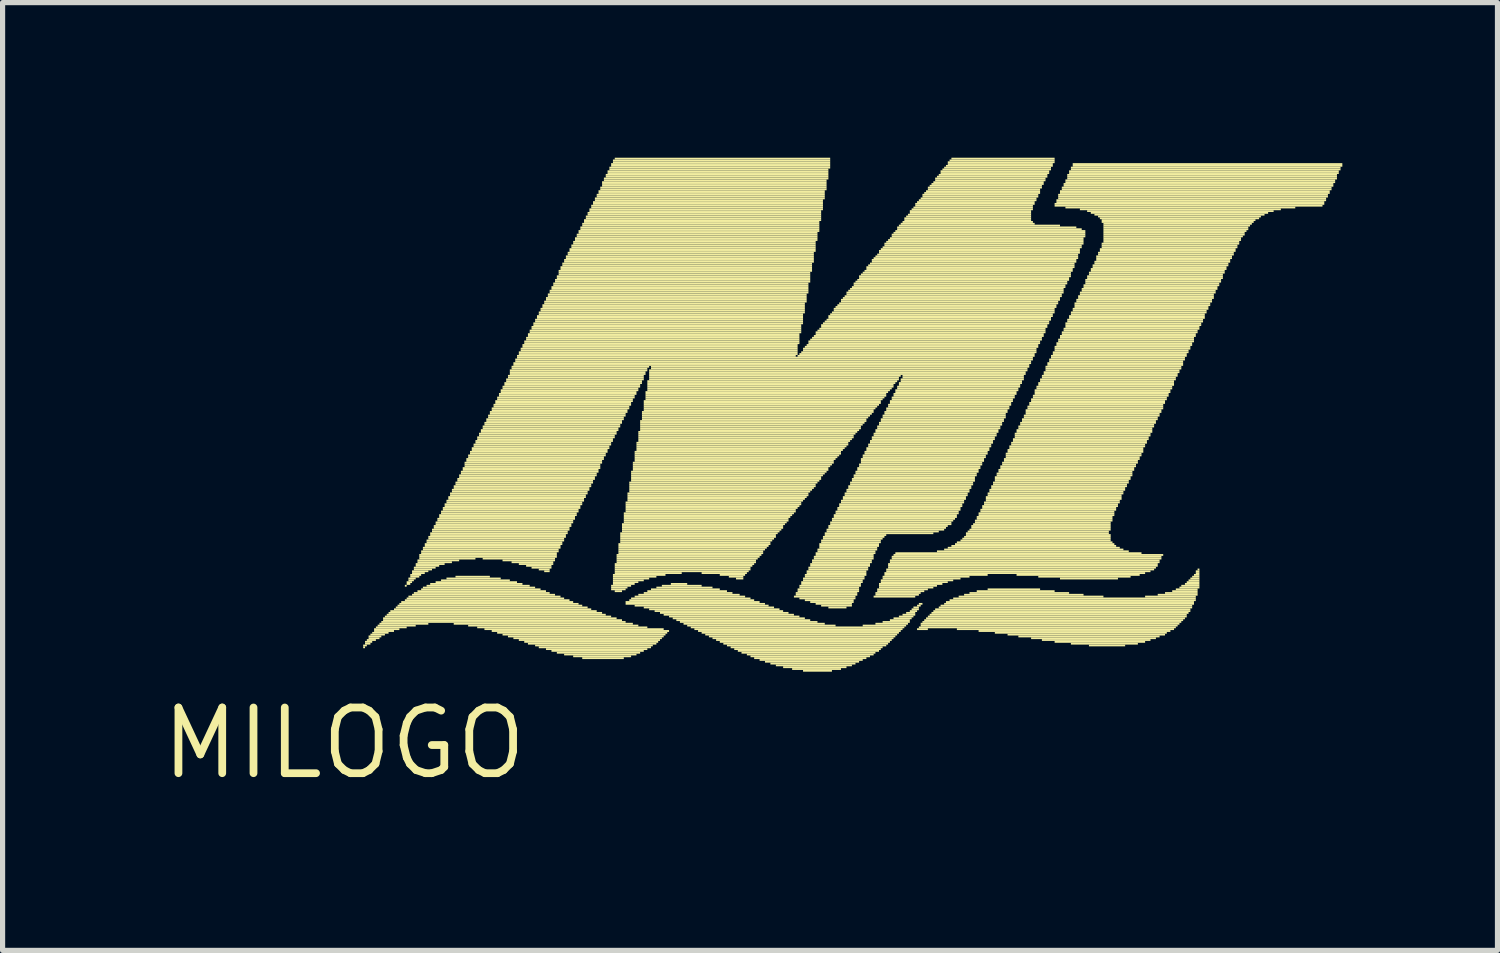
<source format=kicad_pcb>
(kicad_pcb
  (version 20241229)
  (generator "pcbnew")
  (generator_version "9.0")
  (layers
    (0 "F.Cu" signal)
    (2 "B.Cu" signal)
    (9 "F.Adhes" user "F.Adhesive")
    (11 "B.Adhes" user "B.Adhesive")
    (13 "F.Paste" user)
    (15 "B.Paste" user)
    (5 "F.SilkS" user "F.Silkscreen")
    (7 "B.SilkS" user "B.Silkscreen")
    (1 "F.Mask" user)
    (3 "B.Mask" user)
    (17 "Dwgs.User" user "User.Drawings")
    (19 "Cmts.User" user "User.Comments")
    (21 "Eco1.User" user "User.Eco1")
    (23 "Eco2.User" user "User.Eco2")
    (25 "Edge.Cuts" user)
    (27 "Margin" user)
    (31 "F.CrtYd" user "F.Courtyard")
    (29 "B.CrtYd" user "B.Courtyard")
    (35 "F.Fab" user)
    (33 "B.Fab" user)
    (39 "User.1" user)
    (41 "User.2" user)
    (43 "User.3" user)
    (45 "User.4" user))
  (footprint "MILOGO"
    (layer "F.Cu")
    (at 3.606 11.322)
    (property "Reference" "MILOGO" (at 0 0 0) (layer "F.SilkS") (effects (font (size 1.27 1.27) (thickness 0.15))))
    (attr through_hole)
    (fp_poly (pts (xy 0.367 -1.873) (xy 0.438 -1.873) (xy 0.438 -1.907) (xy 0.367 -1.907)) (stroke (width 0) (type solid)) (fill yes) (layer "F.SilkS"))
    (fp_poly (pts (xy 0.367 -1.837) (xy 0.403 -1.837) (xy 0.403 -1.873) (xy 0.367 -1.873)) (stroke (width 0) (type solid)) (fill yes) (layer "F.SilkS"))
    (fp_poly (pts (xy 0.403 -1.942) (xy 0.542 -1.942) (xy 0.542 -1.978) (xy 0.403 -1.978)) (stroke (width 0) (type solid)) (fill yes) (layer "F.SilkS"))
    (fp_poly (pts (xy 0.403 -1.907) (xy 0.507 -1.907) (xy 0.507 -1.942) (xy 0.403 -1.942)) (stroke (width 0) (type solid)) (fill yes) (layer "F.SilkS"))
    (fp_poly (pts (xy 0.438 -1.978) (xy 0.613 -1.978) (xy 0.613 -2.013) (xy 0.438 -2.013)) (stroke (width 0) (type solid)) (fill yes) (layer "F.SilkS"))
    (fp_poly (pts (xy 0.472 -2.047) (xy 0.718 -2.047) (xy 0.718 -2.083) (xy 0.472 -2.083)) (stroke (width 0) (type solid)) (fill yes) (layer "F.SilkS"))
    (fp_poly (pts (xy 0.472 -2.013) (xy 0.682 -2.013) (xy 0.682 -2.047) (xy 0.472 -2.047)) (stroke (width 0) (type solid)) (fill yes) (layer "F.SilkS"))
    (fp_poly (pts (xy 0.507 -2.083) (xy 0.787 -2.083) (xy 0.787 -2.118) (xy 0.507 -2.118)) (stroke (width 0) (type solid)) (fill yes) (layer "F.SilkS"))
    (fp_poly (pts (xy 0.542 -2.118) (xy 0.858 -2.118) (xy 0.858 -2.152) (xy 0.542 -2.152)) (stroke (width 0) (type solid)) (fill yes) (layer "F.SilkS"))
    (fp_poly (pts (xy 0.578 -2.188) (xy 1.067 -2.188) (xy 1.067 -2.223) (xy 0.578 -2.223)) (stroke (width 0) (type solid)) (fill yes) (layer "F.SilkS"))
    (fp_poly (pts (xy 0.578 -2.152) (xy 0.963 -2.152) (xy 0.963 -2.188) (xy 0.578 -2.188)) (stroke (width 0) (type solid)) (fill yes) (layer "F.SilkS"))
    (fp_poly (pts (xy 0.613 -2.223) (xy 1.208 -2.223) (xy 1.208 -2.257) (xy 0.613 -2.257)) (stroke (width 0) (type solid)) (fill yes) (layer "F.SilkS"))
    (fp_poly (pts (xy 0.647 -2.257) (xy 1.383 -2.257) (xy 1.383 -2.292) (xy 0.647 -2.292)) (stroke (width 0) (type solid)) (fill yes) (layer "F.SilkS"))
    (fp_poly (pts (xy 0.682 -2.292) (xy 1.627 -2.292) (xy 1.627 -2.328) (xy 0.682 -2.328)) (stroke (width 0) (type solid)) (fill yes) (layer "F.SilkS"))
    (fp_poly (pts (xy 0.718 -2.328) (xy 5.442 -2.328) (xy 5.442 -2.362) (xy 0.718 -2.362)) (stroke (width 0) (type solid)) (fill yes) (layer "F.SilkS"))
    (fp_poly (pts (xy 0.752 -2.397) (xy 5.268 -2.397) (xy 5.268 -2.433) (xy 0.752 -2.433)) (stroke (width 0) (type solid)) (fill yes) (layer "F.SilkS"))
    (fp_poly (pts (xy 0.752 -2.362) (xy 5.372 -2.362) (xy 5.372 -2.397) (xy 0.752 -2.397)) (stroke (width 0) (type solid)) (fill yes) (layer "F.SilkS"))
    (fp_poly (pts (xy 0.787 -2.433) (xy 5.162 -2.433) (xy 5.162 -2.467) (xy 0.787 -2.467)) (stroke (width 0) (type solid)) (fill yes) (layer "F.SilkS"))
    (fp_poly (pts (xy 0.823 -2.467) (xy 5.058 -2.467) (xy 5.058 -2.502) (xy 0.823 -2.502)) (stroke (width 0) (type solid)) (fill yes) (layer "F.SilkS"))
    (fp_poly (pts (xy 0.858 -2.502) (xy 4.987 -2.502) (xy 4.987 -2.538) (xy 0.858 -2.538)) (stroke (width 0) (type solid)) (fill yes) (layer "F.SilkS"))
    (fp_poly (pts (xy 0.892 -2.538) (xy 4.883 -2.538) (xy 4.883 -2.572) (xy 0.892 -2.572)) (stroke (width 0) (type solid)) (fill yes) (layer "F.SilkS"))
    (fp_poly (pts (xy 0.963 -2.572) (xy 4.777 -2.572) (xy 4.777 -2.607) (xy 0.963 -2.607)) (stroke (width 0) (type solid)) (fill yes) (layer "F.SilkS"))
    (fp_poly (pts (xy 0.998 -2.607) (xy 4.707 -2.607) (xy 4.707 -2.643) (xy 0.998 -2.643)) (stroke (width 0) (type solid)) (fill yes) (layer "F.SilkS"))
    (fp_poly (pts (xy 1.032 -2.643) (xy 4.603 -2.643) (xy 4.603 -2.678) (xy 1.032 -2.678)) (stroke (width 0) (type solid)) (fill yes) (layer "F.SilkS"))
    (fp_poly (pts (xy 1.067 -2.678) (xy 4.532 -2.678) (xy 4.532 -2.712) (xy 1.067 -2.712)) (stroke (width 0) (type solid)) (fill yes) (layer "F.SilkS"))
    (fp_poly (pts (xy 1.103 -2.712) (xy 4.428 -2.712) (xy 4.428 -2.748) (xy 1.103 -2.748)) (stroke (width 0) (type solid)) (fill yes) (layer "F.SilkS"))
    (fp_poly (pts (xy 1.173 -3.027) (xy 1.208 -3.027) (xy 1.208 -3.062) (xy 1.173 -3.062)) (stroke (width 0) (type solid)) (fill yes) (layer "F.SilkS"))
    (fp_poly (pts (xy 1.173 -2.748) (xy 4.357 -2.748) (xy 4.357 -2.783) (xy 1.173 -2.783)) (stroke (width 0) (type solid)) (fill yes) (layer "F.SilkS"))
    (fp_poly (pts (xy 1.208 -3.098) (xy 1.312 -3.098) (xy 1.312 -3.132) (xy 1.208 -3.132)) (stroke (width 0) (type solid)) (fill yes) (layer "F.SilkS"))
    (fp_poly (pts (xy 1.208 -3.062) (xy 1.278 -3.062) (xy 1.278 -3.098) (xy 1.208 -3.098)) (stroke (width 0) (type solid)) (fill yes) (layer "F.SilkS"))
    (fp_poly (pts (xy 1.208 -2.783) (xy 4.253 -2.783) (xy 4.253 -2.817) (xy 1.208 -2.817)) (stroke (width 0) (type solid)) (fill yes) (layer "F.SilkS"))
    (fp_poly (pts (xy 1.242 -3.167) (xy 1.383 -3.167) (xy 1.383 -3.203) (xy 1.242 -3.203)) (stroke (width 0) (type solid)) (fill yes) (layer "F.SilkS"))
    (fp_poly (pts (xy 1.242 -3.132) (xy 1.347 -3.132) (xy 1.347 -3.167) (xy 1.242 -3.167)) (stroke (width 0) (type solid)) (fill yes) (layer "F.SilkS"))
    (fp_poly (pts (xy 1.242 -2.817) (xy 4.183 -2.817) (xy 4.183 -2.853) (xy 1.242 -2.853)) (stroke (width 0) (type solid)) (fill yes) (layer "F.SilkS"))
    (fp_poly (pts (xy 1.278 -3.237) (xy 1.488 -3.237) (xy 1.488 -3.272) (xy 1.278 -3.272)) (stroke (width 0) (type solid)) (fill yes) (layer "F.SilkS"))
    (fp_poly (pts (xy 1.278 -3.203) (xy 1.452 -3.203) (xy 1.452 -3.237) (xy 1.278 -3.237)) (stroke (width 0) (type solid)) (fill yes) (layer "F.SilkS"))
    (fp_poly (pts (xy 1.312 -3.308) (xy 1.627 -3.308) (xy 1.627 -3.342) (xy 1.312 -3.342)) (stroke (width 0) (type solid)) (fill yes) (layer "F.SilkS"))
    (fp_poly (pts (xy 1.312 -3.272) (xy 1.558 -3.272) (xy 1.558 -3.308) (xy 1.312 -3.308)) (stroke (width 0) (type solid)) (fill yes) (layer "F.SilkS"))
    (fp_poly (pts (xy 1.312 -2.853) (xy 4.077 -2.853) (xy 4.077 -2.888) (xy 1.312 -2.888)) (stroke (width 0) (type solid)) (fill yes) (layer "F.SilkS"))
    (fp_poly (pts (xy 1.347 -3.377) (xy 1.768 -3.377) (xy 1.768 -3.413) (xy 1.347 -3.413)) (stroke (width 0) (type solid)) (fill yes) (layer "F.SilkS"))
    (fp_poly (pts (xy 1.347 -3.342) (xy 1.698 -3.342) (xy 1.698 -3.377) (xy 1.347 -3.377)) (stroke (width 0) (type solid)) (fill yes) (layer "F.SilkS"))
    (fp_poly (pts (xy 1.347 -2.888) (xy 3.973 -2.888) (xy 3.973 -2.922) (xy 1.347 -2.922)) (stroke (width 0) (type solid)) (fill yes) (layer "F.SilkS"))
    (fp_poly (pts (xy 1.383 -3.447) (xy 1.942 -3.447) (xy 1.942 -3.482) (xy 1.383 -3.482)) (stroke (width 0) (type solid)) (fill yes) (layer "F.SilkS"))
    (fp_poly (pts (xy 1.383 -3.413) (xy 1.837 -3.413) (xy 1.837 -3.447) (xy 1.383 -3.447)) (stroke (width 0) (type solid)) (fill yes) (layer "F.SilkS"))
    (fp_poly (pts (xy 1.417 -3.518) (xy 2.223 -3.518) (xy 2.223 -3.553) (xy 1.417 -3.553)) (stroke (width 0) (type solid)) (fill yes) (layer "F.SilkS"))
    (fp_poly (pts (xy 1.417 -3.482) (xy 2.083 -3.482) (xy 2.083 -3.518) (xy 1.417 -3.518)) (stroke (width 0) (type solid)) (fill yes) (layer "F.SilkS"))
    (fp_poly (pts (xy 1.417 -2.922) (xy 3.902 -2.922) (xy 3.902 -2.958) (xy 1.417 -2.958)) (stroke (width 0) (type solid)) (fill yes) (layer "F.SilkS"))
    (fp_poly (pts (xy 1.452 -3.623) (xy 4.112 -3.623) (xy 4.112 -3.658) (xy 1.452 -3.658)) (stroke (width 0) (type solid)) (fill yes) (layer "F.SilkS"))
    (fp_poly (pts (xy 1.452 -3.587) (xy 4.112 -3.587) (xy 4.112 -3.623) (xy 1.452 -3.623)) (stroke (width 0) (type solid)) (fill yes) (layer "F.SilkS"))
    (fp_poly (pts (xy 1.452 -3.553) (xy 2.538 -3.553) (xy 2.538 -3.587) (xy 1.452 -3.587)) (stroke (width 0) (type solid)) (fill yes) (layer "F.SilkS"))
    (fp_poly (pts (xy 1.488 -3.692) (xy 4.147 -3.692) (xy 4.147 -3.728) (xy 1.488 -3.728)) (stroke (width 0) (type solid)) (fill yes) (layer "F.SilkS"))
    (fp_poly (pts (xy 1.488 -3.658) (xy 4.112 -3.658) (xy 4.112 -3.692) (xy 1.488 -3.692)) (stroke (width 0) (type solid)) (fill yes) (layer "F.SilkS"))
    (fp_poly (pts (xy 1.488 -2.958) (xy 3.797 -2.958) (xy 3.797 -2.993) (xy 1.488 -2.993)) (stroke (width 0) (type solid)) (fill yes) (layer "F.SilkS"))
    (fp_poly (pts (xy 1.522 -3.763) (xy 4.183 -3.763) (xy 4.183 -3.797) (xy 1.522 -3.797)) (stroke (width 0) (type solid)) (fill yes) (layer "F.SilkS"))
    (fp_poly (pts (xy 1.522 -3.728) (xy 4.147 -3.728) (xy 4.147 -3.763) (xy 1.522 -3.763)) (stroke (width 0) (type solid)) (fill yes) (layer "F.SilkS"))
    (fp_poly (pts (xy 1.522 -2.993) (xy 3.692 -2.993) (xy 3.692 -3.027) (xy 1.522 -3.027)) (stroke (width 0) (type solid)) (fill yes) (layer "F.SilkS"))
    (fp_poly (pts (xy 1.558 -3.833) (xy 4.218 -3.833) (xy 4.218 -3.868) (xy 1.558 -3.868)) (stroke (width 0) (type solid)) (fill yes) (layer "F.SilkS"))
    (fp_poly (pts (xy 1.558 -3.797) (xy 4.183 -3.797) (xy 4.183 -3.833) (xy 1.558 -3.833)) (stroke (width 0) (type solid)) (fill yes) (layer "F.SilkS"))
    (fp_poly (pts (xy 1.593 -3.902) (xy 4.253 -3.902) (xy 4.253 -3.938) (xy 1.593 -3.938)) (stroke (width 0) (type solid)) (fill yes) (layer "F.SilkS"))
    (fp_poly (pts (xy 1.593 -3.868) (xy 4.218 -3.868) (xy 4.218 -3.902) (xy 1.593 -3.902)) (stroke (width 0) (type solid)) (fill yes) (layer "F.SilkS"))
    (fp_poly (pts (xy 1.593 -3.027) (xy 3.587 -3.027) (xy 3.587 -3.062) (xy 1.593 -3.062)) (stroke (width 0) (type solid)) (fill yes) (layer "F.SilkS"))
    (fp_poly (pts (xy 1.627 -3.973) (xy 4.287 -3.973) (xy 4.287 -4.008) (xy 1.627 -4.008)) (stroke (width 0) (type solid)) (fill yes) (layer "F.SilkS"))
    (fp_poly (pts (xy 1.627 -3.938) (xy 4.253 -3.938) (xy 4.253 -3.973) (xy 1.627 -3.973)) (stroke (width 0) (type solid)) (fill yes) (layer "F.SilkS"))
    (fp_poly (pts (xy 1.663 -4.043) (xy 4.322 -4.043) (xy 4.322 -4.077) (xy 1.663 -4.077)) (stroke (width 0) (type solid)) (fill yes) (layer "F.SilkS"))
    (fp_poly (pts (xy 1.663 -4.008) (xy 4.287 -4.008) (xy 4.287 -4.043) (xy 1.663 -4.043)) (stroke (width 0) (type solid)) (fill yes) (layer "F.SilkS"))
    (fp_poly (pts (xy 1.663 -3.062) (xy 3.447 -3.062) (xy 3.447 -3.098) (xy 1.663 -3.098)) (stroke (width 0) (type solid)) (fill yes) (layer "F.SilkS"))
    (fp_poly (pts (xy 1.698 -4.112) (xy 4.357 -4.112) (xy 4.357 -4.147) (xy 1.698 -4.147)) (stroke (width 0) (type solid)) (fill yes) (layer "F.SilkS"))
    (fp_poly (pts (xy 1.698 -4.077) (xy 4.322 -4.077) (xy 4.322 -4.112) (xy 1.698 -4.112)) (stroke (width 0) (type solid)) (fill yes) (layer "F.SilkS"))
    (fp_poly (pts (xy 1.732 -4.183) (xy 4.393 -4.183) (xy 4.393 -4.218) (xy 1.732 -4.218)) (stroke (width 0) (type solid)) (fill yes) (layer "F.SilkS"))
    (fp_poly (pts (xy 1.732 -4.147) (xy 4.357 -4.147) (xy 4.357 -4.183) (xy 1.732 -4.183)) (stroke (width 0) (type solid)) (fill yes) (layer "F.SilkS"))
    (fp_poly (pts (xy 1.768 -4.253) (xy 4.428 -4.253) (xy 4.428 -4.287) (xy 1.768 -4.287)) (stroke (width 0) (type solid)) (fill yes) (layer "F.SilkS"))
    (fp_poly (pts (xy 1.768 -4.218) (xy 4.393 -4.218) (xy 4.393 -4.253) (xy 1.768 -4.253)) (stroke (width 0) (type solid)) (fill yes) (layer "F.SilkS"))
    (fp_poly (pts (xy 1.768 -3.098) (xy 3.342 -3.098) (xy 3.342 -3.132) (xy 1.768 -3.132)) (stroke (width 0) (type solid)) (fill yes) (layer "F.SilkS"))
    (fp_poly (pts (xy 1.802 -4.322) (xy 4.463 -4.322) (xy 4.463 -4.357) (xy 1.802 -4.357)) (stroke (width 0) (type solid)) (fill yes) (layer "F.SilkS"))
    (fp_poly (pts (xy 1.802 -4.287) (xy 4.428 -4.287) (xy 4.428 -4.322) (xy 1.802 -4.322)) (stroke (width 0) (type solid)) (fill yes) (layer "F.SilkS"))
    (fp_poly (pts (xy 1.837 -4.393) (xy 4.497 -4.393) (xy 4.497 -4.428) (xy 1.837 -4.428)) (stroke (width 0) (type solid)) (fill yes) (layer "F.SilkS"))
    (fp_poly (pts (xy 1.837 -4.357) (xy 4.463 -4.357) (xy 4.463 -4.393) (xy 1.837 -4.393)) (stroke (width 0) (type solid)) (fill yes) (layer "F.SilkS"))
    (fp_poly (pts (xy 1.873 -4.463) (xy 4.532 -4.463) (xy 4.532 -4.497) (xy 1.873 -4.497)) (stroke (width 0) (type solid)) (fill yes) (layer "F.SilkS"))
    (fp_poly (pts (xy 1.873 -4.428) (xy 4.497 -4.428) (xy 4.497 -4.463) (xy 1.873 -4.463)) (stroke (width 0) (type solid)) (fill yes) (layer "F.SilkS"))
    (fp_poly (pts (xy 1.873 -3.132) (xy 3.203 -3.132) (xy 3.203 -3.167) (xy 1.873 -3.167)) (stroke (width 0) (type solid)) (fill yes) (layer "F.SilkS"))
    (fp_poly (pts (xy 1.907 -4.532) (xy 4.567 -4.532) (xy 4.567 -4.567) (xy 1.907 -4.567)) (stroke (width 0) (type solid)) (fill yes) (layer "F.SilkS"))
    (fp_poly (pts (xy 1.907 -4.497) (xy 4.532 -4.497) (xy 4.532 -4.532) (xy 1.907 -4.532)) (stroke (width 0) (type solid)) (fill yes) (layer "F.SilkS"))
    (fp_poly (pts (xy 1.942 -4.603) (xy 4.603 -4.603) (xy 4.603 -4.638) (xy 1.942 -4.638)) (stroke (width 0) (type solid)) (fill yes) (layer "F.SilkS"))
    (fp_poly (pts (xy 1.942 -4.567) (xy 4.567 -4.567) (xy 4.567 -4.603) (xy 1.942 -4.603)) (stroke (width 0) (type solid)) (fill yes) (layer "F.SilkS"))
    (fp_poly (pts (xy 1.978 -4.673) (xy 4.638 -4.673) (xy 4.638 -4.707) (xy 1.978 -4.707)) (stroke (width 0) (type solid)) (fill yes) (layer "F.SilkS"))
    (fp_poly (pts (xy 1.978 -4.638) (xy 4.603 -4.638) (xy 4.603 -4.673) (xy 1.978 -4.673)) (stroke (width 0) (type solid)) (fill yes) (layer "F.SilkS"))
    (fp_poly (pts (xy 1.978 -3.167) (xy 3.027 -3.167) (xy 3.027 -3.203) (xy 1.978 -3.203)) (stroke (width 0) (type solid)) (fill yes) (layer "F.SilkS"))
    (fp_poly (pts (xy 2.013 -4.742) (xy 4.673 -4.742) (xy 4.673 -4.777) (xy 2.013 -4.777)) (stroke (width 0) (type solid)) (fill yes) (layer "F.SilkS"))
    (fp_poly (pts (xy 2.013 -4.707) (xy 4.638 -4.707) (xy 4.638 -4.742) (xy 2.013 -4.742)) (stroke (width 0) (type solid)) (fill yes) (layer "F.SilkS"))
    (fp_poly (pts (xy 2.047 -4.812) (xy 4.707 -4.812) (xy 4.707 -4.848) (xy 2.047 -4.848)) (stroke (width 0) (type solid)) (fill yes) (layer "F.SilkS"))
    (fp_poly (pts (xy 2.047 -4.777) (xy 4.673 -4.777) (xy 4.673 -4.812) (xy 2.047 -4.812)) (stroke (width 0) (type solid)) (fill yes) (layer "F.SilkS"))
    (fp_poly (pts (xy 2.083 -4.883) (xy 4.742 -4.883) (xy 4.742 -4.918) (xy 2.083 -4.918)) (stroke (width 0) (type solid)) (fill yes) (layer "F.SilkS"))
    (fp_poly (pts (xy 2.083 -4.848) (xy 4.707 -4.848) (xy 4.707 -4.883) (xy 2.083 -4.883)) (stroke (width 0) (type solid)) (fill yes) (layer "F.SilkS"))
    (fp_poly (pts (xy 2.118 -4.952) (xy 4.777 -4.952) (xy 4.777 -4.987) (xy 2.118 -4.987)) (stroke (width 0) (type solid)) (fill yes) (layer "F.SilkS"))
    (fp_poly (pts (xy 2.118 -4.918) (xy 4.742 -4.918) (xy 4.742 -4.952) (xy 2.118 -4.952)) (stroke (width 0) (type solid)) (fill yes) (layer "F.SilkS"))
    (fp_poly (pts (xy 2.118 -2.292) (xy 5.582 -2.292) (xy 5.582 -2.328) (xy 2.118 -2.328)) (stroke (width 0) (type solid)) (fill yes) (layer "F.SilkS"))
    (fp_poly (pts (xy 2.152 -5.022) (xy 4.812 -5.022) (xy 4.812 -5.058) (xy 2.152 -5.058)) (stroke (width 0) (type solid)) (fill yes) (layer "F.SilkS"))
    (fp_poly (pts (xy 2.152 -4.987) (xy 4.777 -4.987) (xy 4.777 -5.022) (xy 2.152 -5.022)) (stroke (width 0) (type solid)) (fill yes) (layer "F.SilkS"))
    (fp_poly (pts (xy 2.152 -3.203) (xy 2.817 -3.203) (xy 2.817 -3.237) (xy 2.152 -3.237)) (stroke (width 0) (type solid)) (fill yes) (layer "F.SilkS"))
    (fp_poly (pts (xy 2.188 -5.093) (xy 4.848 -5.093) (xy 4.848 -5.128) (xy 2.188 -5.128)) (stroke (width 0) (type solid)) (fill yes) (layer "F.SilkS"))
    (fp_poly (pts (xy 2.188 -5.058) (xy 4.812 -5.058) (xy 4.812 -5.093) (xy 2.188 -5.093)) (stroke (width 0) (type solid)) (fill yes) (layer "F.SilkS"))
    (fp_poly (pts (xy 2.223 -5.162) (xy 4.883 -5.162) (xy 4.883 -5.197) (xy 2.223 -5.197)) (stroke (width 0) (type solid)) (fill yes) (layer "F.SilkS"))
    (fp_poly (pts (xy 2.223 -5.128) (xy 4.848 -5.128) (xy 4.848 -5.162) (xy 2.223 -5.162)) (stroke (width 0) (type solid)) (fill yes) (layer "F.SilkS"))
    (fp_poly (pts (xy 2.257 -5.232) (xy 4.918 -5.232) (xy 4.918 -5.268) (xy 2.257 -5.268)) (stroke (width 0) (type solid)) (fill yes) (layer "F.SilkS"))
    (fp_poly (pts (xy 2.257 -5.197) (xy 4.883 -5.197) (xy 4.883 -5.232) (xy 2.257 -5.232)) (stroke (width 0) (type solid)) (fill yes) (layer "F.SilkS"))
    (fp_poly (pts (xy 2.292 -5.303) (xy 4.952 -5.303) (xy 4.952 -5.338) (xy 2.292 -5.338)) (stroke (width 0) (type solid)) (fill yes) (layer "F.SilkS"))
    (fp_poly (pts (xy 2.292 -5.268) (xy 4.918 -5.268) (xy 4.918 -5.303) (xy 2.292 -5.303)) (stroke (width 0) (type solid)) (fill yes) (layer "F.SilkS"))
    (fp_poly (pts (xy 2.328 -5.407) (xy 4.987 -5.407) (xy 4.987 -5.442) (xy 2.328 -5.442)) (stroke (width 0) (type solid)) (fill yes) (layer "F.SilkS"))
    (fp_poly (pts (xy 2.328 -5.372) (xy 4.952 -5.372) (xy 4.952 -5.407) (xy 2.328 -5.407)) (stroke (width 0) (type solid)) (fill yes) (layer "F.SilkS"))
    (fp_poly (pts (xy 2.328 -5.338) (xy 4.952 -5.338) (xy 4.952 -5.372) (xy 2.328 -5.372)) (stroke (width 0) (type solid)) (fill yes) (layer "F.SilkS"))
    (fp_poly (pts (xy 2.362 -5.478) (xy 5.022 -5.478) (xy 5.022 -5.513) (xy 2.362 -5.513)) (stroke (width 0) (type solid)) (fill yes) (layer "F.SilkS"))
    (fp_poly (pts (xy 2.362 -5.442) (xy 4.987 -5.442) (xy 4.987 -5.478) (xy 2.362 -5.478)) (stroke (width 0) (type solid)) (fill yes) (layer "F.SilkS"))
    (fp_poly (pts (xy 2.397 -5.548) (xy 5.058 -5.548) (xy 5.058 -5.582) (xy 2.397 -5.582)) (stroke (width 0) (type solid)) (fill yes) (layer "F.SilkS"))
    (fp_poly (pts (xy 2.397 -5.513) (xy 5.022 -5.513) (xy 5.022 -5.548) (xy 2.397 -5.548)) (stroke (width 0) (type solid)) (fill yes) (layer "F.SilkS"))
    (fp_poly (pts (xy 2.397 -2.257) (xy 5.688 -2.257) (xy 5.688 -2.292) (xy 2.397 -2.292)) (stroke (width 0) (type solid)) (fill yes) (layer "F.SilkS"))
    (fp_poly (pts (xy 2.433 -5.617) (xy 5.093 -5.617) (xy 5.093 -5.652) (xy 2.433 -5.652)) (stroke (width 0) (type solid)) (fill yes) (layer "F.SilkS"))
    (fp_poly (pts (xy 2.433 -5.582) (xy 5.058 -5.582) (xy 5.058 -5.617) (xy 2.433 -5.617)) (stroke (width 0) (type solid)) (fill yes) (layer "F.SilkS"))
    (fp_poly (pts (xy 2.467 -5.688) (xy 5.128 -5.688) (xy 5.128 -5.723) (xy 2.467 -5.723)) (stroke (width 0) (type solid)) (fill yes) (layer "F.SilkS"))
    (fp_poly (pts (xy 2.467 -5.652) (xy 5.093 -5.652) (xy 5.093 -5.688) (xy 2.467 -5.688)) (stroke (width 0) (type solid)) (fill yes) (layer "F.SilkS"))
    (fp_poly (pts (xy 2.502 -5.758) (xy 5.162 -5.758) (xy 5.162 -5.793) (xy 2.502 -5.793)) (stroke (width 0) (type solid)) (fill yes) (layer "F.SilkS"))
    (fp_poly (pts (xy 2.502 -5.723) (xy 5.128 -5.723) (xy 5.128 -5.758) (xy 2.502 -5.758)) (stroke (width 0) (type solid)) (fill yes) (layer "F.SilkS"))
    (fp_poly (pts (xy 2.538 -5.827) (xy 5.197 -5.827) (xy 5.197 -5.862) (xy 2.538 -5.862)) (stroke (width 0) (type solid)) (fill yes) (layer "F.SilkS"))
    (fp_poly (pts (xy 2.538 -5.793) (xy 5.162 -5.793) (xy 5.162 -5.827) (xy 2.538 -5.827)) (stroke (width 0) (type solid)) (fill yes) (layer "F.SilkS"))
    (fp_poly (pts (xy 2.572 -5.897) (xy 5.232 -5.897) (xy 5.232 -5.933) (xy 2.572 -5.933)) (stroke (width 0) (type solid)) (fill yes) (layer "F.SilkS"))
    (fp_poly (pts (xy 2.572 -5.862) (xy 5.197 -5.862) (xy 5.197 -5.897) (xy 2.572 -5.897)) (stroke (width 0) (type solid)) (fill yes) (layer "F.SilkS"))
    (fp_poly (pts (xy 2.572 -2.223) (xy 5.862 -2.223) (xy 5.862 -2.257) (xy 2.572 -2.257)) (stroke (width 0) (type solid)) (fill yes) (layer "F.SilkS"))
    (fp_poly (pts (xy 2.607 -5.968) (xy 5.268 -5.968) (xy 5.268 -6.003) (xy 2.607 -6.003)) (stroke (width 0) (type solid)) (fill yes) (layer "F.SilkS"))
    (fp_poly (pts (xy 2.607 -5.933) (xy 5.232 -5.933) (xy 5.232 -5.968) (xy 2.607 -5.968)) (stroke (width 0) (type solid)) (fill yes) (layer "F.SilkS"))
    (fp_poly (pts (xy 2.643 -6.037) (xy 5.303 -6.037) (xy 5.303 -6.072) (xy 2.643 -6.072)) (stroke (width 0) (type solid)) (fill yes) (layer "F.SilkS"))
    (fp_poly (pts (xy 2.643 -6.003) (xy 5.268 -6.003) (xy 5.268 -6.037) (xy 2.643 -6.037)) (stroke (width 0) (type solid)) (fill yes) (layer "F.SilkS"))
    (fp_poly (pts (xy 2.678 -6.107) (xy 5.338 -6.107) (xy 5.338 -6.143) (xy 2.678 -6.143)) (stroke (width 0) (type solid)) (fill yes) (layer "F.SilkS"))
    (fp_poly (pts (xy 2.678 -6.072) (xy 5.303 -6.072) (xy 5.303 -6.107) (xy 2.678 -6.107)) (stroke (width 0) (type solid)) (fill yes) (layer "F.SilkS"))
    (fp_poly (pts (xy 2.678 -3.553) (xy 4.077 -3.553) (xy 4.077 -3.587) (xy 2.678 -3.587)) (stroke (width 0) (type solid)) (fill yes) (layer "F.SilkS"))
    (fp_poly (pts (xy 2.712 -6.178) (xy 5.372 -6.178) (xy 5.372 -6.213) (xy 2.712 -6.213)) (stroke (width 0) (type solid)) (fill yes) (layer "F.SilkS"))
    (fp_poly (pts (xy 2.712 -6.143) (xy 5.338 -6.143) (xy 5.338 -6.178) (xy 2.712 -6.178)) (stroke (width 0) (type solid)) (fill yes) (layer "F.SilkS"))
    (fp_poly (pts (xy 2.712 -2.188) (xy 6.178 -2.188) (xy 6.178 -2.223) (xy 2.712 -2.223)) (stroke (width 0) (type solid)) (fill yes) (layer "F.SilkS"))
    (fp_poly (pts (xy 2.748 -6.247) (xy 5.407 -6.247) (xy 5.407 -6.282) (xy 2.748 -6.282)) (stroke (width 0) (type solid)) (fill yes) (layer "F.SilkS"))
    (fp_poly (pts (xy 2.748 -6.213) (xy 5.372 -6.213) (xy 5.372 -6.247) (xy 2.748 -6.247)) (stroke (width 0) (type solid)) (fill yes) (layer "F.SilkS"))
    (fp_poly (pts (xy 2.783 -6.317) (xy 5.442 -6.317) (xy 5.442 -6.353) (xy 2.783 -6.353)) (stroke (width 0) (type solid)) (fill yes) (layer "F.SilkS"))
    (fp_poly (pts (xy 2.783 -6.282) (xy 5.407 -6.282) (xy 5.407 -6.317) (xy 2.783 -6.317)) (stroke (width 0) (type solid)) (fill yes) (layer "F.SilkS"))
    (fp_poly (pts (xy 2.817 -6.388) (xy 5.478 -6.388) (xy 5.478 -6.423) (xy 2.817 -6.423)) (stroke (width 0) (type solid)) (fill yes) (layer "F.SilkS"))
    (fp_poly (pts (xy 2.817 -6.353) (xy 5.442 -6.353) (xy 5.442 -6.388) (xy 2.817 -6.388)) (stroke (width 0) (type solid)) (fill yes) (layer "F.SilkS"))
    (fp_poly (pts (xy 2.853 -6.457) (xy 5.513 -6.457) (xy 5.513 -6.492) (xy 2.853 -6.492)) (stroke (width 0) (type solid)) (fill yes) (layer "F.SilkS"))
    (fp_poly (pts (xy 2.853 -6.423) (xy 5.478 -6.423) (xy 5.478 -6.457) (xy 2.853 -6.457)) (stroke (width 0) (type solid)) (fill yes) (layer "F.SilkS"))
    (fp_poly (pts (xy 2.853 -2.152) (xy 6.282 -2.152) (xy 6.282 -2.188) (xy 2.853 -2.188)) (stroke (width 0) (type solid)) (fill yes) (layer "F.SilkS"))
    (fp_poly (pts (xy 2.888 -6.527) (xy 5.548 -6.527) (xy 5.548 -6.562) (xy 2.888 -6.562)) (stroke (width 0) (type solid)) (fill yes) (layer "F.SilkS"))
    (fp_poly (pts (xy 2.888 -6.492) (xy 5.513 -6.492) (xy 5.513 -6.527) (xy 2.888 -6.527)) (stroke (width 0) (type solid)) (fill yes) (layer "F.SilkS"))
    (fp_poly (pts (xy 2.922 -6.598) (xy 5.582 -6.598) (xy 5.582 -6.633) (xy 2.922 -6.633)) (stroke (width 0) (type solid)) (fill yes) (layer "F.SilkS"))
    (fp_poly (pts (xy 2.922 -6.562) (xy 5.548 -6.562) (xy 5.548 -6.598) (xy 2.922 -6.598)) (stroke (width 0) (type solid)) (fill yes) (layer "F.SilkS"))
    (fp_poly (pts (xy 2.958 -6.668) (xy 5.617 -6.668) (xy 5.617 -6.702) (xy 2.958 -6.702)) (stroke (width 0) (type solid)) (fill yes) (layer "F.SilkS"))
    (fp_poly (pts (xy 2.958 -6.633) (xy 5.582 -6.633) (xy 5.582 -6.668) (xy 2.958 -6.668)) (stroke (width 0) (type solid)) (fill yes) (layer "F.SilkS"))
    (fp_poly (pts (xy 2.958 -2.118) (xy 6.247 -2.118) (xy 6.247 -2.152) (xy 2.958 -2.152)) (stroke (width 0) (type solid)) (fill yes) (layer "F.SilkS"))
    (fp_poly (pts (xy 2.993 -6.737) (xy 5.652 -6.737) (xy 5.652 -6.772) (xy 2.993 -6.772)) (stroke (width 0) (type solid)) (fill yes) (layer "F.SilkS"))
    (fp_poly (pts (xy 2.993 -6.702) (xy 5.617 -6.702) (xy 5.617 -6.737) (xy 2.993 -6.737)) (stroke (width 0) (type solid)) (fill yes) (layer "F.SilkS"))
    (fp_poly (pts (xy 3.027 -6.808) (xy 5.688 -6.808) (xy 5.688 -6.843) (xy 3.027 -6.843)) (stroke (width 0) (type solid)) (fill yes) (layer "F.SilkS"))
    (fp_poly (pts (xy 3.027 -6.772) (xy 5.652 -6.772) (xy 5.652 -6.808) (xy 3.027 -6.808)) (stroke (width 0) (type solid)) (fill yes) (layer "F.SilkS"))
    (fp_poly (pts (xy 3.062 -6.878) (xy 5.723 -6.878) (xy 5.723 -6.912) (xy 3.062 -6.912)) (stroke (width 0) (type solid)) (fill yes) (layer "F.SilkS"))
    (fp_poly (pts (xy 3.062 -6.843) (xy 5.688 -6.843) (xy 5.688 -6.878) (xy 3.062 -6.878)) (stroke (width 0) (type solid)) (fill yes) (layer "F.SilkS"))
    (fp_poly (pts (xy 3.062 -3.518) (xy 4.077 -3.518) (xy 4.077 -3.553) (xy 3.062 -3.553)) (stroke (width 0) (type solid)) (fill yes) (layer "F.SilkS"))
    (fp_poly (pts (xy 3.062 -2.083) (xy 6.213 -2.083) (xy 6.213 -2.118) (xy 3.062 -2.118)) (stroke (width 0) (type solid)) (fill yes) (layer "F.SilkS"))
    (fp_poly (pts (xy 3.098 -6.947) (xy 5.758 -6.947) (xy 5.758 -6.982) (xy 3.098 -6.982)) (stroke (width 0) (type solid)) (fill yes) (layer "F.SilkS"))
    (fp_poly (pts (xy 3.098 -6.912) (xy 5.723 -6.912) (xy 5.723 -6.947) (xy 3.098 -6.947)) (stroke (width 0) (type solid)) (fill yes) (layer "F.SilkS"))
    (fp_poly (pts (xy 3.132 -7.018) (xy 5.793 -7.018) (xy 5.793 -7.053) (xy 3.132 -7.053)) (stroke (width 0) (type solid)) (fill yes) (layer "F.SilkS"))
    (fp_poly (pts (xy 3.132 -6.982) (xy 5.758 -6.982) (xy 5.758 -7.018) (xy 3.132 -7.018)) (stroke (width 0) (type solid)) (fill yes) (layer "F.SilkS"))
    (fp_poly (pts (xy 3.167 -7.088) (xy 5.793 -7.088) (xy 5.793 -7.122) (xy 3.167 -7.122)) (stroke (width 0) (type solid)) (fill yes) (layer "F.SilkS"))
    (fp_poly (pts (xy 3.167 -7.053) (xy 5.793 -7.053) (xy 5.793 -7.088) (xy 3.167 -7.088)) (stroke (width 0) (type solid)) (fill yes) (layer "F.SilkS"))
    (fp_poly (pts (xy 3.167 -2.047) (xy 6.178 -2.047) (xy 6.178 -2.083) (xy 3.167 -2.083)) (stroke (width 0) (type solid)) (fill yes) (layer "F.SilkS"))
    (fp_poly (pts (xy 3.203 -7.192) (xy 5.862 -7.192) (xy 5.862 -7.228) (xy 3.203 -7.228)) (stroke (width 0) (type solid)) (fill yes) (layer "F.SilkS"))
    (fp_poly (pts (xy 3.203 -7.157) (xy 5.827 -7.157) (xy 5.827 -7.192) (xy 3.203 -7.192)) (stroke (width 0) (type solid)) (fill yes) (layer "F.SilkS"))
    (fp_poly (pts (xy 3.203 -7.122) (xy 5.827 -7.122) (xy 5.827 -7.157) (xy 3.203 -7.157)) (stroke (width 0) (type solid)) (fill yes) (layer "F.SilkS"))
    (fp_poly (pts (xy 3.237 -7.263) (xy 5.897 -7.263) (xy 5.897 -7.298) (xy 3.237 -7.298)) (stroke (width 0) (type solid)) (fill yes) (layer "F.SilkS"))
    (fp_poly (pts (xy 3.237 -7.228) (xy 5.862 -7.228) (xy 5.862 -7.263) (xy 3.237 -7.263)) (stroke (width 0) (type solid)) (fill yes) (layer "F.SilkS"))
    (fp_poly (pts (xy 3.237 -3.482) (xy 4.043 -3.482) (xy 4.043 -3.518) (xy 3.237 -3.518)) (stroke (width 0) (type solid)) (fill yes) (layer "F.SilkS"))
    (fp_poly (pts (xy 3.272 -7.332) (xy 13.283 -7.332) (xy 13.283 -7.367) (xy 3.272 -7.367)) (stroke (width 0) (type solid)) (fill yes) (layer "F.SilkS"))
    (fp_poly (pts (xy 3.272 -7.298) (xy 13.248 -7.298) (xy 13.248 -7.332) (xy 3.272 -7.332)) (stroke (width 0) (type solid)) (fill yes) (layer "F.SilkS"))
    (fp_poly (pts (xy 3.272 -2.013) (xy 6.143 -2.013) (xy 6.143 -2.047) (xy 3.272 -2.047)) (stroke (width 0) (type solid)) (fill yes) (layer "F.SilkS"))
    (fp_poly (pts (xy 3.308 -7.402) (xy 13.318 -7.402) (xy 13.318 -7.438) (xy 3.308 -7.438)) (stroke (width 0) (type solid)) (fill yes) (layer "F.SilkS"))
    (fp_poly (pts (xy 3.308 -7.367) (xy 13.283 -7.367) (xy 13.283 -7.402) (xy 3.308 -7.402)) (stroke (width 0) (type solid)) (fill yes) (layer "F.SilkS"))
    (fp_poly (pts (xy 3.342 -7.473) (xy 8.732 -7.473) (xy 8.732 -7.508) (xy 3.342 -7.508)) (stroke (width 0) (type solid)) (fill yes) (layer "F.SilkS"))
    (fp_poly (pts (xy 3.342 -7.438) (xy 13.318 -7.438) (xy 13.318 -7.473) (xy 3.342 -7.473)) (stroke (width 0) (type solid)) (fill yes) (layer "F.SilkS"))
    (fp_poly (pts (xy 3.377 -7.543) (xy 8.768 -7.543) (xy 8.768 -7.577) (xy 3.377 -7.577)) (stroke (width 0) (type solid)) (fill yes) (layer "F.SilkS"))
    (fp_poly (pts (xy 3.377 -7.508) (xy 8.768 -7.508) (xy 8.768 -7.543) (xy 3.377 -7.543)) (stroke (width 0) (type solid)) (fill yes) (layer "F.SilkS"))
    (fp_poly (pts (xy 3.377 -3.447) (xy 4.043 -3.447) (xy 4.043 -3.482) (xy 3.377 -3.482)) (stroke (width 0) (type solid)) (fill yes) (layer "F.SilkS"))
    (fp_poly (pts (xy 3.377 -1.978) (xy 6.107 -1.978) (xy 6.107 -2.013) (xy 3.377 -2.013)) (stroke (width 0) (type solid)) (fill yes) (layer "F.SilkS"))
    (fp_poly (pts (xy 3.413 -7.612) (xy 8.768 -7.612) (xy 8.768 -7.647) (xy 3.413 -7.647)) (stroke (width 0) (type solid)) (fill yes) (layer "F.SilkS"))
    (fp_poly (pts (xy 3.413 -7.577) (xy 8.768 -7.577) (xy 8.768 -7.612) (xy 3.413 -7.612)) (stroke (width 0) (type solid)) (fill yes) (layer "F.SilkS"))
    (fp_poly (pts (xy 3.447 -7.683) (xy 8.768 -7.683) (xy 8.768 -7.718) (xy 3.447 -7.718)) (stroke (width 0) (type solid)) (fill yes) (layer "F.SilkS"))
    (fp_poly (pts (xy 3.447 -7.647) (xy 8.768 -7.647) (xy 8.768 -7.683) (xy 3.447 -7.683)) (stroke (width 0) (type solid)) (fill yes) (layer "F.SilkS"))
    (fp_poly (pts (xy 3.482 -7.753) (xy 8.803 -7.753) (xy 8.803 -7.787) (xy 3.482 -7.787)) (stroke (width 0) (type solid)) (fill yes) (layer "F.SilkS"))
    (fp_poly (pts (xy 3.482 -7.718) (xy 8.803 -7.718) (xy 8.803 -7.753) (xy 3.482 -7.753)) (stroke (width 0) (type solid)) (fill yes) (layer "F.SilkS"))
    (fp_poly (pts (xy 3.482 -1.942) (xy 6.072 -1.942) (xy 6.072 -1.978) (xy 3.482 -1.978)) (stroke (width 0) (type solid)) (fill yes) (layer "F.SilkS"))
    (fp_poly (pts (xy 3.518 -7.822) (xy 8.803 -7.822) (xy 8.803 -7.857) (xy 3.518 -7.857)) (stroke (width 0) (type solid)) (fill yes) (layer "F.SilkS"))
    (fp_poly (pts (xy 3.518 -7.787) (xy 8.803 -7.787) (xy 8.803 -7.822) (xy 3.518 -7.822)) (stroke (width 0) (type solid)) (fill yes) (layer "F.SilkS"))
    (fp_poly (pts (xy 3.518 -3.413) (xy 4.008 -3.413) (xy 4.008 -3.447) (xy 3.518 -3.447)) (stroke (width 0) (type solid)) (fill yes) (layer "F.SilkS"))
    (fp_poly (pts (xy 3.553 -7.893) (xy 8.803 -7.893) (xy 8.803 -7.928) (xy 3.553 -7.928)) (stroke (width 0) (type solid)) (fill yes) (layer "F.SilkS"))
    (fp_poly (pts (xy 3.553 -7.857) (xy 8.803 -7.857) (xy 8.803 -7.893) (xy 3.553 -7.893)) (stroke (width 0) (type solid)) (fill yes) (layer "F.SilkS"))
    (fp_poly (pts (xy 3.553 -1.907) (xy 6.037 -1.907) (xy 6.037 -1.942) (xy 3.553 -1.942)) (stroke (width 0) (type solid)) (fill yes) (layer "F.SilkS"))
    (fp_poly (pts (xy 3.587 -7.963) (xy 8.838 -7.963) (xy 8.838 -7.997) (xy 3.587 -7.997)) (stroke (width 0) (type solid)) (fill yes) (layer "F.SilkS"))
    (fp_poly (pts (xy 3.587 -7.928) (xy 8.838 -7.928) (xy 8.838 -7.963) (xy 3.587 -7.963)) (stroke (width 0) (type solid)) (fill yes) (layer "F.SilkS"))
    (fp_poly (pts (xy 3.623 -8.033) (xy 8.838 -8.033) (xy 8.838 -8.068) (xy 3.623 -8.068)) (stroke (width 0) (type solid)) (fill yes) (layer "F.SilkS"))
    (fp_poly (pts (xy 3.623 -7.997) (xy 8.838 -7.997) (xy 8.838 -8.033) (xy 3.623 -8.033)) (stroke (width 0) (type solid)) (fill yes) (layer "F.SilkS"))
    (fp_poly (pts (xy 3.623 -3.377) (xy 4.008 -3.377) (xy 4.008 -3.413) (xy 3.623 -3.413)) (stroke (width 0) (type solid)) (fill yes) (layer "F.SilkS"))
    (fp_poly (pts (xy 3.658 -8.102) (xy 8.873 -8.102) (xy 8.873 -8.137) (xy 3.658 -8.137)) (stroke (width 0) (type solid)) (fill yes) (layer "F.SilkS"))
    (fp_poly (pts (xy 3.658 -8.068) (xy 8.838 -8.068) (xy 8.838 -8.102) (xy 3.658 -8.102)) (stroke (width 0) (type solid)) (fill yes) (layer "F.SilkS"))
    (fp_poly (pts (xy 3.692 -8.172) (xy 8.873 -8.172) (xy 8.873 -8.207) (xy 3.692 -8.207)) (stroke (width 0) (type solid)) (fill yes) (layer "F.SilkS"))
    (fp_poly (pts (xy 3.692 -8.137) (xy 8.873 -8.137) (xy 8.873 -8.172) (xy 3.692 -8.172)) (stroke (width 0) (type solid)) (fill yes) (layer "F.SilkS"))
    (fp_poly (pts (xy 3.692 -1.873) (xy 5.968 -1.873) (xy 5.968 -1.907) (xy 3.692 -1.907)) (stroke (width 0) (type solid)) (fill yes) (layer "F.SilkS"))
    (fp_poly (pts (xy 3.728 -8.242) (xy 8.873 -8.242) (xy 8.873 -8.277) (xy 3.728 -8.277)) (stroke (width 0) (type solid)) (fill yes) (layer "F.SilkS"))
    (fp_poly (pts (xy 3.728 -8.207) (xy 8.873 -8.207) (xy 8.873 -8.242) (xy 3.728 -8.242)) (stroke (width 0) (type solid)) (fill yes) (layer "F.SilkS"))
    (fp_poly (pts (xy 3.763 -8.312) (xy 8.908 -8.312) (xy 8.908 -8.348) (xy 3.763 -8.348)) (stroke (width 0) (type solid)) (fill yes) (layer "F.SilkS"))
    (fp_poly (pts (xy 3.763 -8.277) (xy 8.873 -8.277) (xy 8.873 -8.312) (xy 3.763 -8.312)) (stroke (width 0) (type solid)) (fill yes) (layer "F.SilkS"))
    (fp_poly (pts (xy 3.763 -3.342) (xy 3.973 -3.342) (xy 3.973 -3.377) (xy 3.763 -3.377)) (stroke (width 0) (type solid)) (fill yes) (layer "F.SilkS"))
    (fp_poly (pts (xy 3.763 -1.837) (xy 5.933 -1.837) (xy 5.933 -1.873) (xy 3.763 -1.873)) (stroke (width 0) (type solid)) (fill yes) (layer "F.SilkS"))
    (fp_poly (pts (xy 3.797 -8.383) (xy 8.908 -8.383) (xy 8.908 -8.418) (xy 3.797 -8.418)) (stroke (width 0) (type solid)) (fill yes) (layer "F.SilkS"))
    (fp_poly (pts (xy 3.797 -8.348) (xy 8.908 -8.348) (xy 8.908 -8.383) (xy 3.797 -8.383)) (stroke (width 0) (type solid)) (fill yes) (layer "F.SilkS"))
    (fp_poly (pts (xy 3.833 -8.453) (xy 8.908 -8.453) (xy 8.908 -8.488) (xy 3.833 -8.488)) (stroke (width 0) (type solid)) (fill yes) (layer "F.SilkS"))
    (fp_poly (pts (xy 3.833 -8.418) (xy 8.908 -8.418) (xy 8.908 -8.453) (xy 3.833 -8.453)) (stroke (width 0) (type solid)) (fill yes) (layer "F.SilkS"))
    (fp_poly (pts (xy 3.868 -8.523) (xy 8.943 -8.523) (xy 8.943 -8.557) (xy 3.868 -8.557)) (stroke (width 0) (type solid)) (fill yes) (layer "F.SilkS"))
    (fp_poly (pts (xy 3.868 -8.488) (xy 8.908 -8.488) (xy 8.908 -8.523) (xy 3.868 -8.523)) (stroke (width 0) (type solid)) (fill yes) (layer "F.SilkS"))
    (fp_poly (pts (xy 3.868 -3.308) (xy 3.973 -3.308) (xy 3.973 -3.342) (xy 3.868 -3.342)) (stroke (width 0) (type solid)) (fill yes) (layer "F.SilkS"))
    (fp_poly (pts (xy 3.902 -8.592) (xy 8.943 -8.592) (xy 8.943 -8.627) (xy 3.902 -8.627)) (stroke (width 0) (type solid)) (fill yes) (layer "F.SilkS"))
    (fp_poly (pts (xy 3.902 -8.557) (xy 8.943 -8.557) (xy 8.943 -8.592) (xy 3.902 -8.592)) (stroke (width 0) (type solid)) (fill yes) (layer "F.SilkS"))
    (fp_poly (pts (xy 3.902 -1.802) (xy 5.862 -1.802) (xy 5.862 -1.837) (xy 3.902 -1.837)) (stroke (width 0) (type solid)) (fill yes) (layer "F.SilkS"))
    (fp_poly (pts (xy 3.938 -8.662) (xy 8.943 -8.662) (xy 8.943 -8.697) (xy 3.938 -8.697)) (stroke (width 0) (type solid)) (fill yes) (layer "F.SilkS"))
    (fp_poly (pts (xy 3.938 -8.627) (xy 8.943 -8.627) (xy 8.943 -8.662) (xy 3.938 -8.662)) (stroke (width 0) (type solid)) (fill yes) (layer "F.SilkS"))
    (fp_poly (pts (xy 3.973 -8.732) (xy 8.977 -8.732) (xy 8.977 -8.768) (xy 3.973 -8.768)) (stroke (width 0) (type solid)) (fill yes) (layer "F.SilkS"))
    (fp_poly (pts (xy 3.973 -8.697) (xy 8.977 -8.697) (xy 8.977 -8.732) (xy 3.973 -8.732)) (stroke (width 0) (type solid)) (fill yes) (layer "F.SilkS"))
    (fp_poly (pts (xy 4.008 -8.803) (xy 8.977 -8.803) (xy 8.977 -8.838) (xy 4.008 -8.838)) (stroke (width 0) (type solid)) (fill yes) (layer "F.SilkS"))
    (fp_poly (pts (xy 4.008 -8.768) (xy 8.977 -8.768) (xy 8.977 -8.803) (xy 4.008 -8.803)) (stroke (width 0) (type solid)) (fill yes) (layer "F.SilkS"))
    (fp_poly (pts (xy 4.008 -1.768) (xy 5.793 -1.768) (xy 5.793 -1.802) (xy 4.008 -1.802)) (stroke (width 0) (type solid)) (fill yes) (layer "F.SilkS"))
    (fp_poly (pts (xy 4.043 -8.873) (xy 8.977 -8.873) (xy 8.977 -8.908) (xy 4.043 -8.908)) (stroke (width 0) (type solid)) (fill yes) (layer "F.SilkS"))
    (fp_poly (pts (xy 4.043 -8.838) (xy 8.977 -8.838) (xy 8.977 -8.873) (xy 4.043 -8.873)) (stroke (width 0) (type solid)) (fill yes) (layer "F.SilkS"))
    (fp_poly (pts (xy 4.077 -8.943) (xy 9.012 -8.943) (xy 9.012 -8.977) (xy 4.077 -8.977)) (stroke (width 0) (type solid)) (fill yes) (layer "F.SilkS"))
    (fp_poly (pts (xy 4.077 -8.908) (xy 9.012 -8.908) (xy 9.012 -8.943) (xy 4.077 -8.943)) (stroke (width 0) (type solid)) (fill yes) (layer "F.SilkS"))
    (fp_poly (pts (xy 4.112 -9.012) (xy 9.012 -9.012) (xy 9.012 -9.047) (xy 4.112 -9.047)) (stroke (width 0) (type solid)) (fill yes) (layer "F.SilkS"))
    (fp_poly (pts (xy 4.112 -8.977) (xy 9.012 -8.977) (xy 9.012 -9.012) (xy 4.112 -9.012)) (stroke (width 0) (type solid)) (fill yes) (layer "F.SilkS"))
    (fp_poly (pts (xy 4.112 -1.732) (xy 5.723 -1.732) (xy 5.723 -1.768) (xy 4.112 -1.768)) (stroke (width 0) (type solid)) (fill yes) (layer "F.SilkS"))
    (fp_poly (pts (xy 4.147 -9.117) (xy 9.047 -9.117) (xy 9.047 -9.152) (xy 4.147 -9.152)) (stroke (width 0) (type solid)) (fill yes) (layer "F.SilkS"))
    (fp_poly (pts (xy 4.147 -9.082) (xy 9.012 -9.082) (xy 9.012 -9.117) (xy 4.147 -9.117)) (stroke (width 0) (type solid)) (fill yes) (layer "F.SilkS"))
    (fp_poly (pts (xy 4.147 -9.047) (xy 9.012 -9.047) (xy 9.012 -9.082) (xy 4.147 -9.082)) (stroke (width 0) (type solid)) (fill yes) (layer "F.SilkS"))
    (fp_poly (pts (xy 4.183 -9.188) (xy 9.047 -9.188) (xy 9.047 -9.223) (xy 4.183 -9.223)) (stroke (width 0) (type solid)) (fill yes) (layer "F.SilkS"))
    (fp_poly (pts (xy 4.183 -9.152) (xy 9.047 -9.152) (xy 9.047 -9.188) (xy 4.183 -9.188)) (stroke (width 0) (type solid)) (fill yes) (layer "F.SilkS"))
    (fp_poly (pts (xy 4.218 -9.258) (xy 9.047 -9.258) (xy 9.047 -9.293) (xy 4.218 -9.293)) (stroke (width 0) (type solid)) (fill yes) (layer "F.SilkS"))
    (fp_poly (pts (xy 4.218 -9.223) (xy 9.047 -9.223) (xy 9.047 -9.258) (xy 4.218 -9.258)) (stroke (width 0) (type solid)) (fill yes) (layer "F.SilkS"))
    (fp_poly (pts (xy 4.253 -9.328) (xy 9.082 -9.328) (xy 9.082 -9.363) (xy 4.253 -9.363)) (stroke (width 0) (type solid)) (fill yes) (layer "F.SilkS"))
    (fp_poly (pts (xy 4.253 -9.293) (xy 9.082 -9.293) (xy 9.082 -9.328) (xy 4.253 -9.328)) (stroke (width 0) (type solid)) (fill yes) (layer "F.SilkS"))
    (fp_poly (pts (xy 4.253 -1.698) (xy 5.652 -1.698) (xy 5.652 -1.732) (xy 4.253 -1.732)) (stroke (width 0) (type solid)) (fill yes) (layer "F.SilkS"))
    (fp_poly (pts (xy 4.287 -9.398) (xy 9.082 -9.398) (xy 9.082 -9.432) (xy 4.287 -9.432)) (stroke (width 0) (type solid)) (fill yes) (layer "F.SilkS"))
    (fp_poly (pts (xy 4.287 -9.363) (xy 9.082 -9.363) (xy 9.082 -9.398) (xy 4.287 -9.398)) (stroke (width 0) (type solid)) (fill yes) (layer "F.SilkS"))
    (fp_poly (pts (xy 4.322 -9.467) (xy 9.082 -9.467) (xy 9.082 -9.502) (xy 4.322 -9.502)) (stroke (width 0) (type solid)) (fill yes) (layer "F.SilkS"))
    (fp_poly (pts (xy 4.322 -9.432) (xy 9.082 -9.432) (xy 9.082 -9.467) (xy 4.322 -9.467)) (stroke (width 0) (type solid)) (fill yes) (layer "F.SilkS"))
    (fp_poly (pts (xy 4.357 -9.537) (xy 9.117 -9.537) (xy 9.117 -9.572) (xy 4.357 -9.572)) (stroke (width 0) (type solid)) (fill yes) (layer "F.SilkS"))
    (fp_poly (pts (xy 4.357 -9.502) (xy 9.117 -9.502) (xy 9.117 -9.537) (xy 4.357 -9.537)) (stroke (width 0) (type solid)) (fill yes) (layer "F.SilkS"))
    (fp_poly (pts (xy 4.393 -9.607) (xy 9.117 -9.607) (xy 9.117 -9.643) (xy 4.393 -9.643)) (stroke (width 0) (type solid)) (fill yes) (layer "F.SilkS"))
    (fp_poly (pts (xy 4.393 -9.572) (xy 9.117 -9.572) (xy 9.117 -9.607) (xy 4.393 -9.607)) (stroke (width 0) (type solid)) (fill yes) (layer "F.SilkS"))
    (fp_poly (pts (xy 4.428 -9.678) (xy 9.117 -9.678) (xy 9.117 -9.713) (xy 4.428 -9.713)) (stroke (width 0) (type solid)) (fill yes) (layer "F.SilkS"))
    (fp_poly (pts (xy 4.428 -9.643) (xy 9.117 -9.643) (xy 9.117 -9.678) (xy 4.428 -9.678)) (stroke (width 0) (type solid)) (fill yes) (layer "F.SilkS"))
    (fp_poly (pts (xy 4.428 -1.663) (xy 5.548 -1.663) (xy 5.548 -1.698) (xy 4.428 -1.698)) (stroke (width 0) (type solid)) (fill yes) (layer "F.SilkS"))
    (fp_poly (pts (xy 4.463 -9.748) (xy 9.152 -9.748) (xy 9.152 -9.783) (xy 4.463 -9.783)) (stroke (width 0) (type solid)) (fill yes) (layer "F.SilkS"))
    (fp_poly (pts (xy 4.463 -9.713) (xy 9.152 -9.713) (xy 9.152 -9.748) (xy 4.463 -9.748)) (stroke (width 0) (type solid)) (fill yes) (layer "F.SilkS"))
    (fp_poly (pts (xy 4.497 -9.818) (xy 9.152 -9.818) (xy 9.152 -9.852) (xy 4.497 -9.852)) (stroke (width 0) (type solid)) (fill yes) (layer "F.SilkS"))
    (fp_poly (pts (xy 4.497 -9.783) (xy 9.152 -9.783) (xy 9.152 -9.818) (xy 4.497 -9.818)) (stroke (width 0) (type solid)) (fill yes) (layer "F.SilkS"))
    (fp_poly (pts (xy 4.532 -9.887) (xy 9.188 -9.887) (xy 9.188 -9.922) (xy 4.532 -9.922)) (stroke (width 0) (type solid)) (fill yes) (layer "F.SilkS"))
    (fp_poly (pts (xy 4.532 -9.852) (xy 9.152 -9.852) (xy 9.152 -9.887) (xy 4.532 -9.887)) (stroke (width 0) (type solid)) (fill yes) (layer "F.SilkS"))
    (fp_poly (pts (xy 4.567 -9.957) (xy 9.188 -9.957) (xy 9.188 -9.992) (xy 4.567 -9.992)) (stroke (width 0) (type solid)) (fill yes) (layer "F.SilkS"))
    (fp_poly (pts (xy 4.567 -9.922) (xy 9.188 -9.922) (xy 9.188 -9.957) (xy 4.567 -9.957)) (stroke (width 0) (type solid)) (fill yes) (layer "F.SilkS"))
    (fp_poly (pts (xy 4.603 -10.027) (xy 9.188 -10.027) (xy 9.188 -10.062) (xy 4.603 -10.062)) (stroke (width 0) (type solid)) (fill yes) (layer "F.SilkS"))
    (fp_poly (pts (xy 4.603 -9.992) (xy 9.188 -9.992) (xy 9.188 -10.027) (xy 4.603 -10.027)) (stroke (width 0) (type solid)) (fill yes) (layer "F.SilkS"))
    (fp_poly (pts (xy 4.603 -1.627) (xy 5.407 -1.627) (xy 5.407 -1.663) (xy 4.603 -1.663)) (stroke (width 0) (type solid)) (fill yes) (layer "F.SilkS"))
    (fp_poly (pts (xy 4.638 -10.098) (xy 9.223 -10.098) (xy 9.223 -10.133) (xy 4.638 -10.133)) (stroke (width 0) (type solid)) (fill yes) (layer "F.SilkS"))
    (fp_poly (pts (xy 4.638 -10.062) (xy 9.188 -10.062) (xy 9.188 -10.098) (xy 4.638 -10.098)) (stroke (width 0) (type solid)) (fill yes) (layer "F.SilkS"))
    (fp_poly (pts (xy 4.673 -10.168) (xy 9.223 -10.168) (xy 9.223 -10.203) (xy 4.673 -10.203)) (stroke (width 0) (type solid)) (fill yes) (layer "F.SilkS"))
    (fp_poly (pts (xy 4.673 -10.133) (xy 9.223 -10.133) (xy 9.223 -10.168) (xy 4.673 -10.168)) (stroke (width 0) (type solid)) (fill yes) (layer "F.SilkS"))
    (fp_poly (pts (xy 4.707 -10.238) (xy 9.223 -10.238) (xy 9.223 -10.273) (xy 4.707 -10.273)) (stroke (width 0) (type solid)) (fill yes) (layer "F.SilkS"))
    (fp_poly (pts (xy 4.707 -10.203) (xy 9.223 -10.203) (xy 9.223 -10.238) (xy 4.707 -10.238)) (stroke (width 0) (type solid)) (fill yes) (layer "F.SilkS"))
    (fp_poly (pts (xy 4.742 -10.307) (xy 9.258 -10.307) (xy 9.258 -10.342) (xy 4.742 -10.342)) (stroke (width 0) (type solid)) (fill yes) (layer "F.SilkS"))
    (fp_poly (pts (xy 4.742 -10.273) (xy 9.223 -10.273) (xy 9.223 -10.307) (xy 4.742 -10.307)) (stroke (width 0) (type solid)) (fill yes) (layer "F.SilkS"))
    (fp_poly (pts (xy 4.777 -10.377) (xy 9.258 -10.377) (xy 9.258 -10.412) (xy 4.777 -10.412)) (stroke (width 0) (type solid)) (fill yes) (layer "F.SilkS"))
    (fp_poly (pts (xy 4.777 -10.342) (xy 9.258 -10.342) (xy 9.258 -10.377) (xy 4.777 -10.377)) (stroke (width 0) (type solid)) (fill yes) (layer "F.SilkS"))
    (fp_poly (pts (xy 4.812 -10.447) (xy 9.258 -10.447) (xy 9.258 -10.482) (xy 4.812 -10.482)) (stroke (width 0) (type solid)) (fill yes) (layer "F.SilkS"))
    (fp_poly (pts (xy 4.812 -10.412) (xy 9.258 -10.412) (xy 9.258 -10.447) (xy 4.812 -10.447)) (stroke (width 0) (type solid)) (fill yes) (layer "F.SilkS"))
    (fp_poly (pts (xy 4.848 -10.518) (xy 9.293 -10.518) (xy 9.293 -10.553) (xy 4.848 -10.553)) (stroke (width 0) (type solid)) (fill yes) (layer "F.SilkS"))
    (fp_poly (pts (xy 4.848 -10.482) (xy 9.258 -10.482) (xy 9.258 -10.518) (xy 4.848 -10.518)) (stroke (width 0) (type solid)) (fill yes) (layer "F.SilkS"))
    (fp_poly (pts (xy 4.883 -10.588) (xy 9.293 -10.588) (xy 9.293 -10.623) (xy 4.883 -10.623)) (stroke (width 0) (type solid)) (fill yes) (layer "F.SilkS"))
    (fp_poly (pts (xy 4.883 -10.553) (xy 9.293 -10.553) (xy 9.293 -10.588) (xy 4.883 -10.588)) (stroke (width 0) (type solid)) (fill yes) (layer "F.SilkS"))
    (fp_poly (pts (xy 4.918 -10.658) (xy 9.293 -10.658) (xy 9.293 -10.693) (xy 4.918 -10.693)) (stroke (width 0) (type solid)) (fill yes) (layer "F.SilkS"))
    (fp_poly (pts (xy 4.918 -10.623) (xy 9.293 -10.623) (xy 9.293 -10.658) (xy 4.918 -10.658)) (stroke (width 0) (type solid)) (fill yes) (layer "F.SilkS"))
    (fp_poly (pts (xy 4.952 -10.727) (xy 9.328 -10.727) (xy 9.328 -10.762) (xy 4.952 -10.762)) (stroke (width 0) (type solid)) (fill yes) (layer "F.SilkS"))
    (fp_poly (pts (xy 4.952 -10.693) (xy 9.328 -10.693) (xy 9.328 -10.727) (xy 4.952 -10.727)) (stroke (width 0) (type solid)) (fill yes) (layer "F.SilkS"))
    (fp_poly (pts (xy 4.987 -10.832) (xy 9.328 -10.832) (xy 9.328 -10.867) (xy 4.987 -10.867)) (stroke (width 0) (type solid)) (fill yes) (layer "F.SilkS"))
    (fp_poly (pts (xy 4.987 -10.797) (xy 9.328 -10.797) (xy 9.328 -10.832) (xy 4.987 -10.832)) (stroke (width 0) (type solid)) (fill yes) (layer "F.SilkS"))
    (fp_poly (pts (xy 4.987 -10.762) (xy 9.328 -10.762) (xy 9.328 -10.797) (xy 4.987 -10.797)) (stroke (width 0) (type solid)) (fill yes) (layer "F.SilkS"))
    (fp_poly (pts (xy 5.022 -10.902) (xy 9.363 -10.902) (xy 9.363 -10.938) (xy 5.022 -10.938)) (stroke (width 0) (type solid)) (fill yes) (layer "F.SilkS"))
    (fp_poly (pts (xy 5.022 -10.867) (xy 9.328 -10.867) (xy 9.328 -10.902) (xy 5.022 -10.902)) (stroke (width 0) (type solid)) (fill yes) (layer "F.SilkS"))
    (fp_poly (pts (xy 5.058 -10.973) (xy 9.363 -10.973) (xy 9.363 -11.008) (xy 5.058 -11.008)) (stroke (width 0) (type solid)) (fill yes) (layer "F.SilkS"))
    (fp_poly (pts (xy 5.058 -10.938) (xy 9.363 -10.938) (xy 9.363 -10.973) (xy 5.058 -10.973)) (stroke (width 0) (type solid)) (fill yes) (layer "F.SilkS"))
    (fp_poly (pts (xy 5.093 -11.043) (xy 9.363 -11.043) (xy 9.363 -11.078) (xy 5.093 -11.078)) (stroke (width 0) (type solid)) (fill yes) (layer "F.SilkS"))
    (fp_poly (pts (xy 5.093 -11.008) (xy 9.363 -11.008) (xy 9.363 -11.043) (xy 5.093 -11.043)) (stroke (width 0) (type solid)) (fill yes) (layer "F.SilkS"))
    (fp_poly (pts (xy 5.128 -11.113) (xy 9.398 -11.113) (xy 9.398 -11.148) (xy 5.128 -11.148)) (stroke (width 0) (type solid)) (fill yes) (layer "F.SilkS"))
    (fp_poly (pts (xy 5.128 -11.078) (xy 9.363 -11.078) (xy 9.363 -11.113) (xy 5.128 -11.113)) (stroke (width 0) (type solid)) (fill yes) (layer "F.SilkS"))
    (fp_poly (pts (xy 5.162 -11.182) (xy 9.398 -11.182) (xy 9.398 -11.217) (xy 5.162 -11.217)) (stroke (width 0) (type solid)) (fill yes) (layer "F.SilkS"))
    (fp_poly (pts (xy 5.162 -11.148) (xy 9.398 -11.148) (xy 9.398 -11.182) (xy 5.162 -11.182)) (stroke (width 0) (type solid)) (fill yes) (layer "F.SilkS"))
    (fp_poly (pts (xy 5.162 -3.027) (xy 5.548 -3.027) (xy 5.548 -3.062) (xy 5.162 -3.062)) (stroke (width 0) (type solid)) (fill yes) (layer "F.SilkS"))
    (fp_poly (pts (xy 5.162 -2.993) (xy 5.478 -2.993) (xy 5.478 -3.027) (xy 5.162 -3.027)) (stroke (width 0) (type solid)) (fill yes) (layer "F.SilkS"))
    (fp_poly (pts (xy 5.162 -2.958) (xy 5.442 -2.958) (xy 5.442 -2.993) (xy 5.162 -2.993)) (stroke (width 0) (type solid)) (fill yes) (layer "F.SilkS"))
    (fp_poly (pts (xy 5.197 -11.252) (xy 9.398 -11.252) (xy 9.398 -11.287) (xy 5.197 -11.287)) (stroke (width 0) (type solid)) (fill yes) (layer "F.SilkS"))
    (fp_poly (pts (xy 5.197 -11.217) (xy 9.398 -11.217) (xy 9.398 -11.252) (xy 5.197 -11.252)) (stroke (width 0) (type solid)) (fill yes) (layer "F.SilkS"))
    (fp_poly (pts (xy 5.197 -3.237) (xy 6.213 -3.237) (xy 6.213 -3.272) (xy 5.197 -3.272)) (stroke (width 0) (type solid)) (fill yes) (layer "F.SilkS"))
    (fp_poly (pts (xy 5.197 -3.203) (xy 6.037 -3.203) (xy 6.037 -3.237) (xy 5.197 -3.237)) (stroke (width 0) (type solid)) (fill yes) (layer "F.SilkS"))
    (fp_poly (pts (xy 5.197 -3.167) (xy 5.897 -3.167) (xy 5.897 -3.203) (xy 5.197 -3.203)) (stroke (width 0) (type solid)) (fill yes) (layer "F.SilkS"))
    (fp_poly (pts (xy 5.197 -3.132) (xy 5.793 -3.132) (xy 5.793 -3.167) (xy 5.197 -3.167)) (stroke (width 0) (type solid)) (fill yes) (layer "F.SilkS"))
    (fp_poly (pts (xy 5.197 -3.098) (xy 5.688 -3.098) (xy 5.688 -3.132) (xy 5.197 -3.132)) (stroke (width 0) (type solid)) (fill yes) (layer "F.SilkS"))
    (fp_poly (pts (xy 5.197 -3.062) (xy 5.617 -3.062) (xy 5.617 -3.098) (xy 5.197 -3.098)) (stroke (width 0) (type solid)) (fill yes) (layer "F.SilkS"))
    (fp_poly (pts (xy 5.232 -11.287) (xy 9.398 -11.287) (xy 9.398 -11.322) (xy 5.232 -11.322)) (stroke (width 0) (type solid)) (fill yes) (layer "F.SilkS"))
    (fp_poly (pts (xy 5.232 -3.447) (xy 7.928 -3.447) (xy 7.928 -3.482) (xy 5.232 -3.482)) (stroke (width 0) (type solid)) (fill yes) (layer "F.SilkS"))
    (fp_poly (pts (xy 5.232 -3.413) (xy 7.893 -3.413) (xy 7.893 -3.447) (xy 5.232 -3.447)) (stroke (width 0) (type solid)) (fill yes) (layer "F.SilkS"))
    (fp_poly (pts (xy 5.232 -3.377) (xy 7.857 -3.377) (xy 7.857 -3.413) (xy 5.232 -3.413)) (stroke (width 0) (type solid)) (fill yes) (layer "F.SilkS"))
    (fp_poly (pts (xy 5.232 -3.342) (xy 7.857 -3.342) (xy 7.857 -3.377) (xy 5.232 -3.377)) (stroke (width 0) (type solid)) (fill yes) (layer "F.SilkS"))
    (fp_poly (pts (xy 5.232 -3.308) (xy 7.822 -3.308) (xy 7.822 -3.342) (xy 5.232 -3.342)) (stroke (width 0) (type solid)) (fill yes) (layer "F.SilkS"))
    (fp_poly (pts (xy 5.232 -3.272) (xy 6.527 -3.272) (xy 6.527 -3.308) (xy 5.232 -3.308)) (stroke (width 0) (type solid)) (fill yes) (layer "F.SilkS"))
    (fp_poly (pts (xy 5.232 -2.922) (xy 5.372 -2.922) (xy 5.372 -2.958) (xy 5.232 -2.958)) (stroke (width 0) (type solid)) (fill yes) (layer "F.SilkS"))
    (fp_poly (pts (xy 5.268 -3.623) (xy 8.068 -3.623) (xy 8.068 -3.658) (xy 5.268 -3.658)) (stroke (width 0) (type solid)) (fill yes) (layer "F.SilkS"))
    (fp_poly (pts (xy 5.268 -3.587) (xy 8.033 -3.587) (xy 8.033 -3.623) (xy 5.268 -3.623)) (stroke (width 0) (type solid)) (fill yes) (layer "F.SilkS"))
    (fp_poly (pts (xy 5.268 -3.553) (xy 7.997 -3.553) (xy 7.997 -3.587) (xy 5.268 -3.587)) (stroke (width 0) (type solid)) (fill yes) (layer "F.SilkS"))
    (fp_poly (pts (xy 5.268 -3.518) (xy 7.963 -3.518) (xy 7.963 -3.553) (xy 5.268 -3.553)) (stroke (width 0) (type solid)) (fill yes) (layer "F.SilkS"))
    (fp_poly (pts (xy 5.268 -3.482) (xy 7.963 -3.482) (xy 7.963 -3.518) (xy 5.268 -3.518)) (stroke (width 0) (type solid)) (fill yes) (layer "F.SilkS"))
    (fp_poly (pts (xy 5.303 -3.833) (xy 8.242 -3.833) (xy 8.242 -3.868) (xy 5.303 -3.868)) (stroke (width 0) (type solid)) (fill yes) (layer "F.SilkS"))
    (fp_poly (pts (xy 5.303 -3.797) (xy 8.207 -3.797) (xy 8.207 -3.833) (xy 5.303 -3.833)) (stroke (width 0) (type solid)) (fill yes) (layer "F.SilkS"))
    (fp_poly (pts (xy 5.303 -3.763) (xy 8.172 -3.763) (xy 8.172 -3.797) (xy 5.303 -3.797)) (stroke (width 0) (type solid)) (fill yes) (layer "F.SilkS"))
    (fp_poly (pts (xy 5.303 -3.728) (xy 8.137 -3.728) (xy 8.137 -3.763) (xy 5.303 -3.763)) (stroke (width 0) (type solid)) (fill yes) (layer "F.SilkS"))
    (fp_poly (pts (xy 5.303 -3.692) (xy 8.102 -3.692) (xy 8.102 -3.728) (xy 5.303 -3.728)) (stroke (width 0) (type solid)) (fill yes) (layer "F.SilkS"))
    (fp_poly (pts (xy 5.303 -3.658) (xy 8.102 -3.658) (xy 8.102 -3.692) (xy 5.303 -3.692)) (stroke (width 0) (type solid)) (fill yes) (layer "F.SilkS"))
    (fp_poly (pts (xy 5.338 -4.043) (xy 8.383 -4.043) (xy 8.383 -4.077) (xy 5.338 -4.077)) (stroke (width 0) (type solid)) (fill yes) (layer "F.SilkS"))
    (fp_poly (pts (xy 5.338 -4.008) (xy 8.348 -4.008) (xy 8.348 -4.043) (xy 5.338 -4.043)) (stroke (width 0) (type solid)) (fill yes) (layer "F.SilkS"))
    (fp_poly (pts (xy 5.338 -3.973) (xy 8.348 -3.973) (xy 8.348 -4.008) (xy 5.338 -4.008)) (stroke (width 0) (type solid)) (fill yes) (layer "F.SilkS"))
    (fp_poly (pts (xy 5.338 -3.938) (xy 8.312 -3.938) (xy 8.312 -3.973) (xy 5.338 -3.973)) (stroke (width 0) (type solid)) (fill yes) (layer "F.SilkS"))
    (fp_poly (pts (xy 5.338 -3.902) (xy 8.277 -3.902) (xy 8.277 -3.938) (xy 5.338 -3.938)) (stroke (width 0) (type solid)) (fill yes) (layer "F.SilkS"))
    (fp_poly (pts (xy 5.338 -3.868) (xy 8.242 -3.868) (xy 8.242 -3.902) (xy 5.338 -3.902)) (stroke (width 0) (type solid)) (fill yes) (layer "F.SilkS"))
    (fp_poly (pts (xy 5.372 -4.218) (xy 8.523 -4.218) (xy 8.523 -4.253) (xy 5.372 -4.253)) (stroke (width 0) (type solid)) (fill yes) (layer "F.SilkS"))
    (fp_poly (pts (xy 5.372 -4.183) (xy 8.488 -4.183) (xy 8.488 -4.218) (xy 5.372 -4.218)) (stroke (width 0) (type solid)) (fill yes) (layer "F.SilkS"))
    (fp_poly (pts (xy 5.372 -4.147) (xy 8.488 -4.147) (xy 8.488 -4.183) (xy 5.372 -4.183)) (stroke (width 0) (type solid)) (fill yes) (layer "F.SilkS"))
    (fp_poly (pts (xy 5.372 -4.112) (xy 8.453 -4.112) (xy 8.453 -4.147) (xy 5.372 -4.147)) (stroke (width 0) (type solid)) (fill yes) (layer "F.SilkS"))
    (fp_poly (pts (xy 5.372 -4.077) (xy 8.418 -4.077) (xy 8.418 -4.112) (xy 5.372 -4.112)) (stroke (width 0) (type solid)) (fill yes) (layer "F.SilkS"))
    (fp_poly (pts (xy 5.407 -4.428) (xy 8.697 -4.428) (xy 8.697 -4.463) (xy 5.407 -4.463)) (stroke (width 0) (type solid)) (fill yes) (layer "F.SilkS"))
    (fp_poly (pts (xy 5.407 -4.393) (xy 8.662 -4.393) (xy 8.662 -4.428) (xy 5.407 -4.428)) (stroke (width 0) (type solid)) (fill yes) (layer "F.SilkS"))
    (fp_poly (pts (xy 5.407 -4.357) (xy 8.627 -4.357) (xy 8.627 -4.393) (xy 5.407 -4.393)) (stroke (width 0) (type solid)) (fill yes) (layer "F.SilkS"))
    (fp_poly (pts (xy 5.407 -4.322) (xy 8.592 -4.322) (xy 8.592 -4.357) (xy 5.407 -4.357)) (stroke (width 0) (type solid)) (fill yes) (layer "F.SilkS"))
    (fp_poly (pts (xy 5.407 -4.287) (xy 8.592 -4.287) (xy 8.592 -4.322) (xy 5.407 -4.322)) (stroke (width 0) (type solid)) (fill yes) (layer "F.SilkS"))
    (fp_poly (pts (xy 5.407 -4.253) (xy 8.557 -4.253) (xy 8.557 -4.287) (xy 5.407 -4.287)) (stroke (width 0) (type solid)) (fill yes) (layer "F.SilkS"))
    (fp_poly (pts (xy 5.442 -4.638) (xy 8.838 -4.638) (xy 8.838 -4.673) (xy 5.442 -4.673)) (stroke (width 0) (type solid)) (fill yes) (layer "F.SilkS"))
    (fp_poly (pts (xy 5.442 -4.603) (xy 8.838 -4.603) (xy 8.838 -4.638) (xy 5.442 -4.638)) (stroke (width 0) (type solid)) (fill yes) (layer "F.SilkS"))
    (fp_poly (pts (xy 5.442 -4.567) (xy 8.803 -4.567) (xy 8.803 -4.603) (xy 5.442 -4.603)) (stroke (width 0) (type solid)) (fill yes) (layer "F.SilkS"))
    (fp_poly (pts (xy 5.442 -4.532) (xy 8.768 -4.532) (xy 8.768 -4.567) (xy 5.442 -4.567)) (stroke (width 0) (type solid)) (fill yes) (layer "F.SilkS"))
    (fp_poly (pts (xy 5.442 -4.497) (xy 8.732 -4.497) (xy 8.732 -4.532) (xy 5.442 -4.532)) (stroke (width 0) (type solid)) (fill yes) (layer "F.SilkS"))
    (fp_poly (pts (xy 5.442 -4.463) (xy 8.732 -4.463) (xy 8.732 -4.497) (xy 5.442 -4.497)) (stroke (width 0) (type solid)) (fill yes) (layer "F.SilkS"))
    (fp_poly (pts (xy 5.442 -2.712) (xy 8.033 -2.712) (xy 8.033 -2.748) (xy 5.442 -2.748)) (stroke (width 0) (type solid)) (fill yes) (layer "F.SilkS"))
    (fp_poly (pts (xy 5.442 -2.678) (xy 8.137 -2.678) (xy 8.137 -2.712) (xy 5.442 -2.712)) (stroke (width 0) (type solid)) (fill yes) (layer "F.SilkS"))
    (fp_poly (pts (xy 5.478 -4.812) (xy 8.977 -4.812) (xy 8.977 -4.848) (xy 5.478 -4.848)) (stroke (width 0) (type solid)) (fill yes) (layer "F.SilkS"))
    (fp_poly (pts (xy 5.478 -4.777) (xy 8.977 -4.777) (xy 8.977 -4.812) (xy 5.478 -4.812)) (stroke (width 0) (type solid)) (fill yes) (layer "F.SilkS"))
    (fp_poly (pts (xy 5.478 -4.742) (xy 8.943 -4.742) (xy 8.943 -4.777) (xy 5.478 -4.777)) (stroke (width 0) (type solid)) (fill yes) (layer "F.SilkS"))
    (fp_poly (pts (xy 5.478 -4.707) (xy 8.908 -4.707) (xy 8.908 -4.742) (xy 5.478 -4.742)) (stroke (width 0) (type solid)) (fill yes) (layer "F.SilkS"))
    (fp_poly (pts (xy 5.478 -4.673) (xy 8.873 -4.673) (xy 8.873 -4.707) (xy 5.478 -4.707)) (stroke (width 0) (type solid)) (fill yes) (layer "F.SilkS"))
    (fp_poly (pts (xy 5.513 -5.022) (xy 9.152 -5.022) (xy 9.152 -5.058) (xy 5.513 -5.058)) (stroke (width 0) (type solid)) (fill yes) (layer "F.SilkS"))
    (fp_poly (pts (xy 5.513 -4.987) (xy 9.117 -4.987) (xy 9.117 -5.022) (xy 5.513 -5.022)) (stroke (width 0) (type solid)) (fill yes) (layer "F.SilkS"))
    (fp_poly (pts (xy 5.513 -4.952) (xy 9.117 -4.952) (xy 9.117 -4.987) (xy 5.513 -4.987)) (stroke (width 0) (type solid)) (fill yes) (layer "F.SilkS"))
    (fp_poly (pts (xy 5.513 -4.918) (xy 9.082 -4.918) (xy 9.082 -4.952) (xy 5.513 -4.952)) (stroke (width 0) (type solid)) (fill yes) (layer "F.SilkS"))
    (fp_poly (pts (xy 5.513 -4.883) (xy 9.047 -4.883) (xy 9.047 -4.918) (xy 5.513 -4.918)) (stroke (width 0) (type solid)) (fill yes) (layer "F.SilkS"))
    (fp_poly (pts (xy 5.513 -4.848) (xy 9.012 -4.848) (xy 9.012 -4.883) (xy 5.513 -4.883)) (stroke (width 0) (type solid)) (fill yes) (layer "F.SilkS"))
    (fp_poly (pts (xy 5.513 -2.748) (xy 7.928 -2.748) (xy 7.928 -2.783) (xy 5.513 -2.783)) (stroke (width 0) (type solid)) (fill yes) (layer "F.SilkS"))
    (fp_poly (pts (xy 5.548 -5.232) (xy 9.328 -5.232) (xy 9.328 -5.268) (xy 5.548 -5.268)) (stroke (width 0) (type solid)) (fill yes) (layer "F.SilkS"))
    (fp_poly (pts (xy 5.548 -5.197) (xy 9.293 -5.197) (xy 9.293 -5.232) (xy 5.548 -5.232)) (stroke (width 0) (type solid)) (fill yes) (layer "F.SilkS"))
    (fp_poly (pts (xy 5.548 -5.162) (xy 9.258 -5.162) (xy 9.258 -5.197) (xy 5.548 -5.197)) (stroke (width 0) (type solid)) (fill yes) (layer "F.SilkS"))
    (fp_poly (pts (xy 5.548 -5.128) (xy 9.223 -5.128) (xy 9.223 -5.162) (xy 5.548 -5.162)) (stroke (width 0) (type solid)) (fill yes) (layer "F.SilkS"))
    (fp_poly (pts (xy 5.548 -5.093) (xy 9.223 -5.093) (xy 9.223 -5.128) (xy 5.548 -5.128)) (stroke (width 0) (type solid)) (fill yes) (layer "F.SilkS"))
    (fp_poly (pts (xy 5.548 -5.058) (xy 9.188 -5.058) (xy 9.188 -5.093) (xy 5.548 -5.093)) (stroke (width 0) (type solid)) (fill yes) (layer "F.SilkS"))
    (fp_poly (pts (xy 5.548 -2.783) (xy 7.857 -2.783) (xy 7.857 -2.817) (xy 5.548 -2.817)) (stroke (width 0) (type solid)) (fill yes) (layer "F.SilkS"))
    (fp_poly (pts (xy 5.582 -5.407) (xy 9.467 -5.407) (xy 9.467 -5.442) (xy 5.582 -5.442)) (stroke (width 0) (type solid)) (fill yes) (layer "F.SilkS"))
    (fp_poly (pts (xy 5.582 -5.372) (xy 9.432 -5.372) (xy 9.432 -5.407) (xy 5.582 -5.407)) (stroke (width 0) (type solid)) (fill yes) (layer "F.SilkS"))
    (fp_poly (pts (xy 5.582 -5.338) (xy 9.398 -5.338) (xy 9.398 -5.372) (xy 5.582 -5.372)) (stroke (width 0) (type solid)) (fill yes) (layer "F.SilkS"))
    (fp_poly (pts (xy 5.582 -5.303) (xy 9.363 -5.303) (xy 9.363 -5.338) (xy 5.582 -5.338)) (stroke (width 0) (type solid)) (fill yes) (layer "F.SilkS"))
    (fp_poly (pts (xy 5.582 -5.268) (xy 9.363 -5.268) (xy 9.363 -5.303) (xy 5.582 -5.303)) (stroke (width 0) (type solid)) (fill yes) (layer "F.SilkS"))
    (fp_poly (pts (xy 5.617 -5.617) (xy 9.607 -5.617) (xy 9.607 -5.652) (xy 5.617 -5.652)) (stroke (width 0) (type solid)) (fill yes) (layer "F.SilkS"))
    (fp_poly (pts (xy 5.617 -5.582) (xy 9.607 -5.582) (xy 9.607 -5.617) (xy 5.617 -5.617)) (stroke (width 0) (type solid)) (fill yes) (layer "F.SilkS"))
    (fp_poly (pts (xy 5.617 -5.548) (xy 9.572 -5.548) (xy 9.572 -5.582) (xy 5.617 -5.582)) (stroke (width 0) (type solid)) (fill yes) (layer "F.SilkS"))
    (fp_poly (pts (xy 5.617 -5.513) (xy 9.537 -5.513) (xy 9.537 -5.548) (xy 5.617 -5.548)) (stroke (width 0) (type solid)) (fill yes) (layer "F.SilkS"))
    (fp_poly (pts (xy 5.617 -5.478) (xy 9.502 -5.478) (xy 9.502 -5.513) (xy 5.617 -5.513)) (stroke (width 0) (type solid)) (fill yes) (layer "F.SilkS"))
    (fp_poly (pts (xy 5.617 -5.442) (xy 9.467 -5.442) (xy 9.467 -5.478) (xy 5.617 -5.478)) (stroke (width 0) (type solid)) (fill yes) (layer "F.SilkS"))
    (fp_poly (pts (xy 5.617 -2.817) (xy 7.753 -2.817) (xy 7.753 -2.853) (xy 5.617 -2.853)) (stroke (width 0) (type solid)) (fill yes) (layer "F.SilkS"))
    (fp_poly (pts (xy 5.617 -2.643) (xy 8.207 -2.643) (xy 8.207 -2.678) (xy 5.617 -2.678)) (stroke (width 0) (type solid)) (fill yes) (layer "F.SilkS"))
    (fp_poly (pts (xy 5.652 -5.793) (xy 9.748 -5.793) (xy 9.748 -5.827) (xy 5.652 -5.827)) (stroke (width 0) (type solid)) (fill yes) (layer "F.SilkS"))
    (fp_poly (pts (xy 5.652 -5.758) (xy 9.748 -5.758) (xy 9.748 -5.793) (xy 5.652 -5.793)) (stroke (width 0) (type solid)) (fill yes) (layer "F.SilkS"))
    (fp_poly (pts (xy 5.652 -5.723) (xy 9.713 -5.723) (xy 9.713 -5.758) (xy 5.652 -5.758)) (stroke (width 0) (type solid)) (fill yes) (layer "F.SilkS"))
    (fp_poly (pts (xy 5.652 -5.688) (xy 9.678 -5.688) (xy 9.678 -5.723) (xy 5.652 -5.723)) (stroke (width 0) (type solid)) (fill yes) (layer "F.SilkS"))
    (fp_poly (pts (xy 5.652 -5.652) (xy 9.643 -5.652) (xy 9.643 -5.688) (xy 5.652 -5.688)) (stroke (width 0) (type solid)) (fill yes) (layer "F.SilkS"))
    (fp_poly (pts (xy 5.688 -6.003) (xy 9.922 -6.003) (xy 9.922 -6.037) (xy 5.688 -6.037)) (stroke (width 0) (type solid)) (fill yes) (layer "F.SilkS"))
    (fp_poly (pts (xy 5.688 -5.968) (xy 9.887 -5.968) (xy 9.887 -6.003) (xy 5.688 -6.003)) (stroke (width 0) (type solid)) (fill yes) (layer "F.SilkS"))
    (fp_poly (pts (xy 5.688 -5.933) (xy 9.852 -5.933) (xy 9.852 -5.968) (xy 5.688 -5.968)) (stroke (width 0) (type solid)) (fill yes) (layer "F.SilkS"))
    (fp_poly (pts (xy 5.688 -5.897) (xy 9.852 -5.897) (xy 9.852 -5.933) (xy 5.688 -5.933)) (stroke (width 0) (type solid)) (fill yes) (layer "F.SilkS"))
    (fp_poly (pts (xy 5.688 -5.862) (xy 9.818 -5.862) (xy 9.818 -5.897) (xy 5.688 -5.897)) (stroke (width 0) (type solid)) (fill yes) (layer "F.SilkS"))
    (fp_poly (pts (xy 5.688 -5.827) (xy 9.783 -5.827) (xy 9.783 -5.862) (xy 5.688 -5.862)) (stroke (width 0) (type solid)) (fill yes) (layer "F.SilkS"))
    (fp_poly (pts (xy 5.688 -2.853) (xy 7.647 -2.853) (xy 7.647 -2.888) (xy 5.688 -2.888)) (stroke (width 0) (type solid)) (fill yes) (layer "F.SilkS"))
    (fp_poly (pts (xy 5.723 -6.213) (xy 10.098 -6.213) (xy 10.098 -6.247) (xy 5.723 -6.247)) (stroke (width 0) (type solid)) (fill yes) (layer "F.SilkS"))
    (fp_poly (pts (xy 5.723 -6.178) (xy 10.062 -6.178) (xy 10.062 -6.213) (xy 5.723 -6.213)) (stroke (width 0) (type solid)) (fill yes) (layer "F.SilkS"))
    (fp_poly (pts (xy 5.723 -6.143) (xy 10.027 -6.143) (xy 10.027 -6.178) (xy 5.723 -6.178)) (stroke (width 0) (type solid)) (fill yes) (layer "F.SilkS"))
    (fp_poly (pts (xy 5.723 -6.107) (xy 9.992 -6.107) (xy 9.992 -6.143) (xy 5.723 -6.143)) (stroke (width 0) (type solid)) (fill yes) (layer "F.SilkS"))
    (fp_poly (pts (xy 5.723 -6.072) (xy 9.992 -6.072) (xy 9.992 -6.107) (xy 5.723 -6.107)) (stroke (width 0) (type solid)) (fill yes) (layer "F.SilkS"))
    (fp_poly (pts (xy 5.723 -6.037) (xy 9.957 -6.037) (xy 9.957 -6.072) (xy 5.723 -6.072)) (stroke (width 0) (type solid)) (fill yes) (layer "F.SilkS"))
    (fp_poly (pts (xy 5.758 -6.388) (xy 10.238 -6.388) (xy 10.238 -6.423) (xy 5.758 -6.423)) (stroke (width 0) (type solid)) (fill yes) (layer "F.SilkS"))
    (fp_poly (pts (xy 5.758 -6.353) (xy 10.203 -6.353) (xy 10.203 -6.388) (xy 5.758 -6.388)) (stroke (width 0) (type solid)) (fill yes) (layer "F.SilkS"))
    (fp_poly (pts (xy 5.758 -6.317) (xy 10.168 -6.317) (xy 10.168 -6.353) (xy 5.758 -6.353)) (stroke (width 0) (type solid)) (fill yes) (layer "F.SilkS"))
    (fp_poly (pts (xy 5.758 -6.282) (xy 10.133 -6.282) (xy 10.133 -6.317) (xy 5.758 -6.317)) (stroke (width 0) (type solid)) (fill yes) (layer "F.SilkS"))
    (fp_poly (pts (xy 5.758 -6.247) (xy 10.098 -6.247) (xy 10.098 -6.282) (xy 5.758 -6.282)) (stroke (width 0) (type solid)) (fill yes) (layer "F.SilkS"))
    (fp_poly (pts (xy 5.793 -6.598) (xy 10.377 -6.598) (xy 10.377 -6.633) (xy 5.793 -6.633)) (stroke (width 0) (type solid)) (fill yes) (layer "F.SilkS"))
    (fp_poly (pts (xy 5.793 -6.562) (xy 10.377 -6.562) (xy 10.377 -6.598) (xy 5.793 -6.598)) (stroke (width 0) (type solid)) (fill yes) (layer "F.SilkS"))
    (fp_poly (pts (xy 5.793 -6.527) (xy 10.342 -6.527) (xy 10.342 -6.562) (xy 5.793 -6.562)) (stroke (width 0) (type solid)) (fill yes) (layer "F.SilkS"))
    (fp_poly (pts (xy 5.793 -6.492) (xy 10.307 -6.492) (xy 10.307 -6.527) (xy 5.793 -6.527)) (stroke (width 0) (type solid)) (fill yes) (layer "F.SilkS"))
    (fp_poly (pts (xy 5.793 -6.457) (xy 10.273 -6.457) (xy 10.273 -6.492) (xy 5.793 -6.492)) (stroke (width 0) (type solid)) (fill yes) (layer "F.SilkS"))
    (fp_poly (pts (xy 5.793 -6.423) (xy 10.238 -6.423) (xy 10.238 -6.457) (xy 5.793 -6.457)) (stroke (width 0) (type solid)) (fill yes) (layer "F.SilkS"))
    (fp_poly (pts (xy 5.793 -2.888) (xy 7.508 -2.888) (xy 7.508 -2.922) (xy 5.793 -2.922)) (stroke (width 0) (type solid)) (fill yes) (layer "F.SilkS"))
    (fp_poly (pts (xy 5.793 -2.607) (xy 8.312 -2.607) (xy 8.312 -2.643) (xy 5.793 -2.643)) (stroke (width 0) (type solid)) (fill yes) (layer "F.SilkS"))
    (fp_poly (pts (xy 5.827 -6.772) (xy 10.518 -6.772) (xy 10.518 -6.808) (xy 5.827 -6.808)) (stroke (width 0) (type solid)) (fill yes) (layer "F.SilkS"))
    (fp_poly (pts (xy 5.827 -6.737) (xy 10.482 -6.737) (xy 10.482 -6.772) (xy 5.827 -6.772)) (stroke (width 0) (type solid)) (fill yes) (layer "F.SilkS"))
    (fp_poly (pts (xy 5.827 -6.702) (xy 10.482 -6.702) (xy 10.482 -6.737) (xy 5.827 -6.737)) (stroke (width 0) (type solid)) (fill yes) (layer "F.SilkS"))
    (fp_poly (pts (xy 5.827 -6.668) (xy 10.447 -6.668) (xy 10.447 -6.702) (xy 5.827 -6.702)) (stroke (width 0) (type solid)) (fill yes) (layer "F.SilkS"))
    (fp_poly (pts (xy 5.827 -6.633) (xy 10.412 -6.633) (xy 10.412 -6.668) (xy 5.827 -6.668)) (stroke (width 0) (type solid)) (fill yes) (layer "F.SilkS"))
    (fp_poly (pts (xy 5.862 -6.982) (xy 10.693 -6.982) (xy 10.693 -7.018) (xy 5.862 -7.018)) (stroke (width 0) (type solid)) (fill yes) (layer "F.SilkS"))
    (fp_poly (pts (xy 5.862 -6.947) (xy 10.658 -6.947) (xy 10.658 -6.982) (xy 5.862 -6.982)) (stroke (width 0) (type solid)) (fill yes) (layer "F.SilkS"))
    (fp_poly (pts (xy 5.862 -6.912) (xy 10.623 -6.912) (xy 10.623 -6.947) (xy 5.862 -6.947)) (stroke (width 0) (type solid)) (fill yes) (layer "F.SilkS"))
    (fp_poly (pts (xy 5.862 -6.878) (xy 10.623 -6.878) (xy 10.623 -6.912) (xy 5.862 -6.912)) (stroke (width 0) (type solid)) (fill yes) (layer "F.SilkS"))
    (fp_poly (pts (xy 5.862 -6.843) (xy 10.588 -6.843) (xy 10.588 -6.878) (xy 5.862 -6.878)) (stroke (width 0) (type solid)) (fill yes) (layer "F.SilkS"))
    (fp_poly (pts (xy 5.862 -6.808) (xy 10.553 -6.808) (xy 10.553 -6.843) (xy 5.862 -6.843)) (stroke (width 0) (type solid)) (fill yes) (layer "F.SilkS"))
    (fp_poly (pts (xy 5.862 -2.922) (xy 7.402 -2.922) (xy 7.402 -2.958) (xy 5.862 -2.958)) (stroke (width 0) (type solid)) (fill yes) (layer "F.SilkS"))
    (fp_poly (pts (xy 5.897 -7.192) (xy 13.213 -7.192) (xy 13.213 -7.228) (xy 5.897 -7.228)) (stroke (width 0) (type solid)) (fill yes) (layer "F.SilkS"))
    (fp_poly (pts (xy 5.897 -7.157) (xy 13.178 -7.157) (xy 13.178 -7.192) (xy 5.897 -7.192)) (stroke (width 0) (type solid)) (fill yes) (layer "F.SilkS"))
    (fp_poly (pts (xy 5.897 -7.122) (xy 13.178 -7.122) (xy 13.178 -7.157) (xy 5.897 -7.157)) (stroke (width 0) (type solid)) (fill yes) (layer "F.SilkS"))
    (fp_poly (pts (xy 5.897 -7.088) (xy 10.762 -7.088) (xy 10.762 -7.122) (xy 5.897 -7.122)) (stroke (width 0) (type solid)) (fill yes) (layer "F.SilkS"))
    (fp_poly (pts (xy 5.897 -7.053) (xy 10.727 -7.053) (xy 10.727 -7.088) (xy 5.897 -7.088)) (stroke (width 0) (type solid)) (fill yes) (layer "F.SilkS"))
    (fp_poly (pts (xy 5.897 -7.018) (xy 10.727 -7.018) (xy 10.727 -7.053) (xy 5.897 -7.053)) (stroke (width 0) (type solid)) (fill yes) (layer "F.SilkS"))
    (fp_poly (pts (xy 5.897 -2.572) (xy 8.418 -2.572) (xy 8.418 -2.607) (xy 5.897 -2.607)) (stroke (width 0) (type solid)) (fill yes) (layer "F.SilkS"))
    (fp_poly (pts (xy 5.933 -7.263) (xy 13.248 -7.263) (xy 13.248 -7.298) (xy 5.933 -7.298)) (stroke (width 0) (type solid)) (fill yes) (layer "F.SilkS"))
    (fp_poly (pts (xy 5.933 -7.228) (xy 13.213 -7.228) (xy 13.213 -7.263) (xy 5.933 -7.263)) (stroke (width 0) (type solid)) (fill yes) (layer "F.SilkS"))
    (fp_poly (pts (xy 5.933 -2.958) (xy 7.263 -2.958) (xy 7.263 -2.993) (xy 5.933 -2.993)) (stroke (width 0) (type solid)) (fill yes) (layer "F.SilkS"))
    (fp_poly (pts (xy 6.003 -2.538) (xy 8.488 -2.538) (xy 8.488 -2.572) (xy 6.003 -2.572)) (stroke (width 0) (type solid)) (fill yes) (layer "F.SilkS"))
    (fp_poly (pts (xy 6.037 -2.993) (xy 7.122 -2.993) (xy 7.122 -3.027) (xy 6.037 -3.027)) (stroke (width 0) (type solid)) (fill yes) (layer "F.SilkS"))
    (fp_poly (pts (xy 6.107 -2.502) (xy 8.592 -2.502) (xy 8.592 -2.538) (xy 6.107 -2.538)) (stroke (width 0) (type solid)) (fill yes) (layer "F.SilkS"))
    (fp_poly (pts (xy 6.143 -3.027) (xy 6.912 -3.027) (xy 6.912 -3.062) (xy 6.143 -3.062)) (stroke (width 0) (type solid)) (fill yes) (layer "F.SilkS"))
    (fp_poly (pts (xy 6.178 -2.467) (xy 8.697 -2.467) (xy 8.697 -2.502) (xy 6.178 -2.502)) (stroke (width 0) (type solid)) (fill yes) (layer "F.SilkS"))
    (fp_poly (pts (xy 6.282 -2.433) (xy 8.803 -2.433) (xy 8.803 -2.467) (xy 6.282 -2.467)) (stroke (width 0) (type solid)) (fill yes) (layer "F.SilkS"))
    (fp_poly (pts (xy 6.317 -3.062) (xy 6.633 -3.062) (xy 6.633 -3.098) (xy 6.317 -3.098)) (stroke (width 0) (type solid)) (fill yes) (layer "F.SilkS"))
    (fp_poly (pts (xy 6.353 -2.397) (xy 8.908 -2.397) (xy 8.908 -2.433) (xy 6.353 -2.433)) (stroke (width 0) (type solid)) (fill yes) (layer "F.SilkS"))
    (fp_poly (pts (xy 6.423 -2.362) (xy 9.012 -2.362) (xy 9.012 -2.397) (xy 6.423 -2.397)) (stroke (width 0) (type solid)) (fill yes) (layer "F.SilkS"))
    (fp_poly (pts (xy 6.492 -2.328) (xy 9.152 -2.328) (xy 9.152 -2.362) (xy 6.492 -2.362)) (stroke (width 0) (type solid)) (fill yes) (layer "F.SilkS"))
    (fp_poly (pts (xy 6.562 -2.292) (xy 9.293 -2.292) (xy 9.293 -2.328) (xy 6.562 -2.328)) (stroke (width 0) (type solid)) (fill yes) (layer "F.SilkS"))
    (fp_poly (pts (xy 6.633 -2.257) (xy 9.502 -2.257) (xy 9.502 -2.292) (xy 6.633 -2.292)) (stroke (width 0) (type solid)) (fill yes) (layer "F.SilkS"))
    (fp_poly (pts (xy 6.702 -2.223) (xy 10.832 -2.223) (xy 10.832 -2.257) (xy 6.702 -2.257)) (stroke (width 0) (type solid)) (fill yes) (layer "F.SilkS"))
    (fp_poly (pts (xy 6.772 -2.188) (xy 10.797 -2.188) (xy 10.797 -2.223) (xy 6.772 -2.223)) (stroke (width 0) (type solid)) (fill yes) (layer "F.SilkS"))
    (fp_poly (pts (xy 6.843 -2.152) (xy 10.762 -2.152) (xy 10.762 -2.188) (xy 6.843 -2.188)) (stroke (width 0) (type solid)) (fill yes) (layer "F.SilkS"))
    (fp_poly (pts (xy 6.912 -3.272) (xy 7.787 -3.272) (xy 7.787 -3.308) (xy 6.912 -3.308)) (stroke (width 0) (type solid)) (fill yes) (layer "F.SilkS"))
    (fp_poly (pts (xy 6.912 -2.118) (xy 10.727 -2.118) (xy 10.727 -2.152) (xy 6.912 -2.152)) (stroke (width 0) (type solid)) (fill yes) (layer "F.SilkS"))
    (fp_poly (pts (xy 6.982 -2.083) (xy 10.693 -2.083) (xy 10.693 -2.118) (xy 6.982 -2.118)) (stroke (width 0) (type solid)) (fill yes) (layer "F.SilkS"))
    (fp_poly (pts (xy 7.053 -2.047) (xy 10.658 -2.047) (xy 10.658 -2.083) (xy 7.053 -2.083)) (stroke (width 0) (type solid)) (fill yes) (layer "F.SilkS"))
    (fp_poly (pts (xy 7.122 -2.013) (xy 10.623 -2.013) (xy 10.623 -2.047) (xy 7.122 -2.047)) (stroke (width 0) (type solid)) (fill yes) (layer "F.SilkS"))
    (fp_poly (pts (xy 7.192 -1.978) (xy 10.588 -1.978) (xy 10.588 -2.013) (xy 7.192 -2.013)) (stroke (width 0) (type solid)) (fill yes) (layer "F.SilkS"))
    (fp_poly (pts (xy 7.263 -3.237) (xy 7.753 -3.237) (xy 7.753 -3.272) (xy 7.263 -3.272)) (stroke (width 0) (type solid)) (fill yes) (layer "F.SilkS"))
    (fp_poly (pts (xy 7.263 -1.942) (xy 10.553 -1.942) (xy 10.553 -1.978) (xy 7.263 -1.978)) (stroke (width 0) (type solid)) (fill yes) (layer "F.SilkS"))
    (fp_poly (pts (xy 7.332 -1.907) (xy 10.518 -1.907) (xy 10.518 -1.942) (xy 7.332 -1.942)) (stroke (width 0) (type solid)) (fill yes) (layer "F.SilkS"))
    (fp_poly (pts (xy 7.402 -1.873) (xy 10.482 -1.873) (xy 10.482 -1.907) (xy 7.402 -1.907)) (stroke (width 0) (type solid)) (fill yes) (layer "F.SilkS"))
    (fp_poly (pts (xy 7.438 -3.203) (xy 7.718 -3.203) (xy 7.718 -3.237) (xy 7.438 -3.237)) (stroke (width 0) (type solid)) (fill yes) (layer "F.SilkS"))
    (fp_poly (pts (xy 7.473 -1.837) (xy 10.412 -1.837) (xy 10.412 -1.873) (xy 7.473 -1.873)) (stroke (width 0) (type solid)) (fill yes) (layer "F.SilkS"))
    (fp_poly (pts (xy 7.543 -1.802) (xy 10.377 -1.802) (xy 10.377 -1.837) (xy 7.543 -1.837)) (stroke (width 0) (type solid)) (fill yes) (layer "F.SilkS"))
    (fp_poly (pts (xy 7.577 -3.167) (xy 7.718 -3.167) (xy 7.718 -3.203) (xy 7.577 -3.203)) (stroke (width 0) (type solid)) (fill yes) (layer "F.SilkS"))
    (fp_poly (pts (xy 7.612 -1.768) (xy 10.342 -1.768) (xy 10.342 -1.802) (xy 7.612 -1.802)) (stroke (width 0) (type solid)) (fill yes) (layer "F.SilkS"))
    (fp_poly (pts (xy 7.683 -1.732) (xy 10.273 -1.732) (xy 10.273 -1.768) (xy 7.683 -1.768)) (stroke (width 0) (type solid)) (fill yes) (layer "F.SilkS"))
    (fp_poly (pts (xy 7.787 -1.698) (xy 10.238 -1.698) (xy 10.238 -1.732) (xy 7.787 -1.732)) (stroke (width 0) (type solid)) (fill yes) (layer "F.SilkS"))
    (fp_poly (pts (xy 7.857 -1.663) (xy 10.168 -1.663) (xy 10.168 -1.698) (xy 7.857 -1.698)) (stroke (width 0) (type solid)) (fill yes) (layer "F.SilkS"))
    (fp_poly (pts (xy 7.928 -1.627) (xy 10.098 -1.627) (xy 10.098 -1.663) (xy 7.928 -1.663)) (stroke (width 0) (type solid)) (fill yes) (layer "F.SilkS"))
    (fp_poly (pts (xy 8.033 -1.593) (xy 10.027 -1.593) (xy 10.027 -1.627) (xy 8.033 -1.627)) (stroke (width 0) (type solid)) (fill yes) (layer "F.SilkS"))
    (fp_poly (pts (xy 8.137 -1.558) (xy 9.957 -1.558) (xy 9.957 -1.593) (xy 8.137 -1.593)) (stroke (width 0) (type solid)) (fill yes) (layer "F.SilkS"))
    (fp_poly (pts (xy 8.242 -1.522) (xy 9.887 -1.522) (xy 9.887 -1.558) (xy 8.242 -1.558)) (stroke (width 0) (type solid)) (fill yes) (layer "F.SilkS"))
    (fp_poly (pts (xy 8.348 -1.488) (xy 9.818 -1.488) (xy 9.818 -1.522) (xy 8.348 -1.522)) (stroke (width 0) (type solid)) (fill yes) (layer "F.SilkS"))
    (fp_poly (pts (xy 8.488 -1.452) (xy 9.713 -1.452) (xy 9.713 -1.488) (xy 8.488 -1.488)) (stroke (width 0) (type solid)) (fill yes) (layer "F.SilkS"))
    (fp_poly (pts (xy 8.662 -1.417) (xy 9.607 -1.417) (xy 9.607 -1.452) (xy 8.662 -1.452)) (stroke (width 0) (type solid)) (fill yes) (layer "F.SilkS"))
    (fp_poly (pts (xy 8.697 -2.817) (xy 9.887 -2.817) (xy 9.887 -2.853) (xy 8.697 -2.853)) (stroke (width 0) (type solid)) (fill yes) (layer "F.SilkS"))
    (fp_poly (pts (xy 8.732 -2.888) (xy 9.922 -2.888) (xy 9.922 -2.922) (xy 8.732 -2.922)) (stroke (width 0) (type solid)) (fill yes) (layer "F.SilkS"))
    (fp_poly (pts (xy 8.732 -2.853) (xy 9.922 -2.853) (xy 9.922 -2.888) (xy 8.732 -2.888)) (stroke (width 0) (type solid)) (fill yes) (layer "F.SilkS"))
    (fp_poly (pts (xy 8.768 -7.473) (xy 13.352 -7.473) (xy 13.352 -7.508) (xy 8.768 -7.508)) (stroke (width 0) (type solid)) (fill yes) (layer "F.SilkS"))
    (fp_poly (pts (xy 8.768 -2.958) (xy 9.957 -2.958) (xy 9.957 -2.993) (xy 8.768 -2.993)) (stroke (width 0) (type solid)) (fill yes) (layer "F.SilkS"))
    (fp_poly (pts (xy 8.768 -2.922) (xy 9.957 -2.922) (xy 9.957 -2.958) (xy 8.768 -2.958)) (stroke (width 0) (type solid)) (fill yes) (layer "F.SilkS"))
    (fp_poly (pts (xy 8.803 -7.508) (xy 13.352 -7.508) (xy 13.352 -7.543) (xy 8.803 -7.543)) (stroke (width 0) (type solid)) (fill yes) (layer "F.SilkS"))
    (fp_poly (pts (xy 8.803 -3.027) (xy 9.992 -3.027) (xy 9.992 -3.062) (xy 8.803 -3.062)) (stroke (width 0) (type solid)) (fill yes) (layer "F.SilkS"))
    (fp_poly (pts (xy 8.803 -2.993) (xy 9.957 -2.993) (xy 9.957 -3.027) (xy 8.803 -3.027)) (stroke (width 0) (type solid)) (fill yes) (layer "F.SilkS"))
    (fp_poly (pts (xy 8.803 -2.783) (xy 9.887 -2.783) (xy 9.887 -2.817) (xy 8.803 -2.817)) (stroke (width 0) (type solid)) (fill yes) (layer "F.SilkS"))
    (fp_poly (pts (xy 8.838 -7.543) (xy 13.387 -7.543) (xy 13.387 -7.577) (xy 8.838 -7.577)) (stroke (width 0) (type solid)) (fill yes) (layer "F.SilkS"))
    (fp_poly (pts (xy 8.838 -3.098) (xy 10.027 -3.098) (xy 10.027 -3.132) (xy 8.838 -3.132)) (stroke (width 0) (type solid)) (fill yes) (layer "F.SilkS"))
    (fp_poly (pts (xy 8.838 -3.062) (xy 9.992 -3.062) (xy 9.992 -3.098) (xy 8.838 -3.098)) (stroke (width 0) (type solid)) (fill yes) (layer "F.SilkS"))
    (fp_poly (pts (xy 8.873 -7.612) (xy 13.387 -7.612) (xy 13.387 -7.647) (xy 8.873 -7.647)) (stroke (width 0) (type solid)) (fill yes) (layer "F.SilkS"))
    (fp_poly (pts (xy 8.873 -7.577) (xy 13.387 -7.577) (xy 13.387 -7.612) (xy 8.873 -7.612)) (stroke (width 0) (type solid)) (fill yes) (layer "F.SilkS"))
    (fp_poly (pts (xy 8.873 -3.167) (xy 10.062 -3.167) (xy 10.062 -3.203) (xy 8.873 -3.203)) (stroke (width 0) (type solid)) (fill yes) (layer "F.SilkS"))
    (fp_poly (pts (xy 8.873 -3.132) (xy 10.027 -3.132) (xy 10.027 -3.167) (xy 8.873 -3.167)) (stroke (width 0) (type solid)) (fill yes) (layer "F.SilkS"))
    (fp_poly (pts (xy 8.873 -1.383) (xy 9.432 -1.383) (xy 9.432 -1.417) (xy 8.873 -1.417)) (stroke (width 0) (type solid)) (fill yes) (layer "F.SilkS"))
    (fp_poly (pts (xy 8.908 -7.647) (xy 13.422 -7.647) (xy 13.422 -7.683) (xy 8.908 -7.683)) (stroke (width 0) (type solid)) (fill yes) (layer "F.SilkS"))
    (fp_poly (pts (xy 8.908 -3.237) (xy 10.098 -3.237) (xy 10.098 -3.272) (xy 8.908 -3.272)) (stroke (width 0) (type solid)) (fill yes) (layer "F.SilkS"))
    (fp_poly (pts (xy 8.908 -3.203) (xy 10.062 -3.203) (xy 10.062 -3.237) (xy 8.908 -3.237)) (stroke (width 0) (type solid)) (fill yes) (layer "F.SilkS"))
    (fp_poly (pts (xy 8.908 -2.748) (xy 9.852 -2.748) (xy 9.852 -2.783) (xy 8.908 -2.783)) (stroke (width 0) (type solid)) (fill yes) (layer "F.SilkS"))
    (fp_poly (pts (xy 8.943 -7.683) (xy 13.422 -7.683) (xy 13.422 -7.718) (xy 8.943 -7.718)) (stroke (width 0) (type solid)) (fill yes) (layer "F.SilkS"))
    (fp_poly (pts (xy 8.943 -3.308) (xy 10.098 -3.308) (xy 10.098 -3.342) (xy 8.943 -3.342)) (stroke (width 0) (type solid)) (fill yes) (layer "F.SilkS"))
    (fp_poly (pts (xy 8.943 -3.272) (xy 10.098 -3.272) (xy 10.098 -3.308) (xy 8.943 -3.308)) (stroke (width 0) (type solid)) (fill yes) (layer "F.SilkS"))
    (fp_poly (pts (xy 8.977 -7.753) (xy 13.457 -7.753) (xy 13.457 -7.787) (xy 8.977 -7.787)) (stroke (width 0) (type solid)) (fill yes) (layer "F.SilkS"))
    (fp_poly (pts (xy 8.977 -7.718) (xy 13.457 -7.718) (xy 13.457 -7.753) (xy 8.977 -7.753)) (stroke (width 0) (type solid)) (fill yes) (layer "F.SilkS"))
    (fp_poly (pts (xy 8.977 -3.377) (xy 10.133 -3.377) (xy 10.133 -3.413) (xy 8.977 -3.413)) (stroke (width 0) (type solid)) (fill yes) (layer "F.SilkS"))
    (fp_poly (pts (xy 8.977 -3.342) (xy 10.133 -3.342) (xy 10.133 -3.377) (xy 8.977 -3.377)) (stroke (width 0) (type solid)) (fill yes) (layer "F.SilkS"))
    (fp_poly (pts (xy 9.012 -7.787) (xy 13.492 -7.787) (xy 13.492 -7.822) (xy 9.012 -7.822)) (stroke (width 0) (type solid)) (fill yes) (layer "F.SilkS"))
    (fp_poly (pts (xy 9.012 -3.447) (xy 10.168 -3.447) (xy 10.168 -3.482) (xy 9.012 -3.482)) (stroke (width 0) (type solid)) (fill yes) (layer "F.SilkS"))
    (fp_poly (pts (xy 9.012 -3.413) (xy 10.168 -3.413) (xy 10.168 -3.447) (xy 9.012 -3.447)) (stroke (width 0) (type solid)) (fill yes) (layer "F.SilkS"))
    (fp_poly (pts (xy 9.012 -2.712) (xy 9.852 -2.712) (xy 9.852 -2.748) (xy 9.012 -2.748)) (stroke (width 0) (type solid)) (fill yes) (layer "F.SilkS"))
    (fp_poly (pts (xy 9.047 -7.822) (xy 13.492 -7.822) (xy 13.492 -7.857) (xy 9.047 -7.857)) (stroke (width 0) (type solid)) (fill yes) (layer "F.SilkS"))
    (fp_poly (pts (xy 9.047 -3.518) (xy 10.203 -3.518) (xy 10.203 -3.553) (xy 9.047 -3.553)) (stroke (width 0) (type solid)) (fill yes) (layer "F.SilkS"))
    (fp_poly (pts (xy 9.047 -3.482) (xy 10.203 -3.482) (xy 10.203 -3.518) (xy 9.047 -3.518)) (stroke (width 0) (type solid)) (fill yes) (layer "F.SilkS"))
    (fp_poly (pts (xy 9.082 -7.857) (xy 13.527 -7.857) (xy 13.527 -7.893) (xy 9.082 -7.893)) (stroke (width 0) (type solid)) (fill yes) (layer "F.SilkS"))
    (fp_poly (pts (xy 9.082 -3.587) (xy 10.238 -3.587) (xy 10.238 -3.623) (xy 9.082 -3.623)) (stroke (width 0) (type solid)) (fill yes) (layer "F.SilkS"))
    (fp_poly (pts (xy 9.082 -3.553) (xy 10.238 -3.553) (xy 10.238 -3.587) (xy 9.082 -3.587)) (stroke (width 0) (type solid)) (fill yes) (layer "F.SilkS"))
    (fp_poly (pts (xy 9.117 -7.928) (xy 13.562 -7.928) (xy 13.562 -7.963) (xy 9.117 -7.963)) (stroke (width 0) (type solid)) (fill yes) (layer "F.SilkS"))
    (fp_poly (pts (xy 9.117 -7.893) (xy 13.527 -7.893) (xy 13.527 -7.928) (xy 9.117 -7.928)) (stroke (width 0) (type solid)) (fill yes) (layer "F.SilkS"))
    (fp_poly (pts (xy 9.117 -3.658) (xy 10.273 -3.658) (xy 10.273 -3.692) (xy 9.117 -3.692)) (stroke (width 0) (type solid)) (fill yes) (layer "F.SilkS"))
    (fp_poly (pts (xy 9.117 -3.623) (xy 10.238 -3.623) (xy 10.238 -3.658) (xy 9.117 -3.658)) (stroke (width 0) (type solid)) (fill yes) (layer "F.SilkS"))
    (fp_poly (pts (xy 9.117 -2.678) (xy 9.818 -2.678) (xy 9.818 -2.712) (xy 9.117 -2.712)) (stroke (width 0) (type solid)) (fill yes) (layer "F.SilkS"))
    (fp_poly (pts (xy 9.152 -7.963) (xy 13.562 -7.963) (xy 13.562 -7.997) (xy 9.152 -7.997)) (stroke (width 0) (type solid)) (fill yes) (layer "F.SilkS"))
    (fp_poly (pts (xy 9.152 -3.728) (xy 10.307 -3.728) (xy 10.307 -3.763) (xy 9.152 -3.763)) (stroke (width 0) (type solid)) (fill yes) (layer "F.SilkS"))
    (fp_poly (pts (xy 9.152 -3.692) (xy 10.273 -3.692) (xy 10.273 -3.728) (xy 9.152 -3.728)) (stroke (width 0) (type solid)) (fill yes) (layer "F.SilkS"))
    (fp_poly (pts (xy 9.188 -7.997) (xy 13.562 -7.997) (xy 13.562 -8.033) (xy 9.188 -8.033)) (stroke (width 0) (type solid)) (fill yes) (layer "F.SilkS"))
    (fp_poly (pts (xy 9.188 -3.833) (xy 10.342 -3.833) (xy 10.342 -3.868) (xy 9.188 -3.868)) (stroke (width 0) (type solid)) (fill yes) (layer "F.SilkS"))
    (fp_poly (pts (xy 9.188 -3.797) (xy 10.342 -3.797) (xy 10.342 -3.833) (xy 9.188 -3.833)) (stroke (width 0) (type solid)) (fill yes) (layer "F.SilkS"))
    (fp_poly (pts (xy 9.188 -3.763) (xy 10.307 -3.763) (xy 10.307 -3.797) (xy 9.188 -3.797)) (stroke (width 0) (type solid)) (fill yes) (layer "F.SilkS"))
    (fp_poly (pts (xy 9.223 -8.068) (xy 13.598 -8.068) (xy 13.598 -8.102) (xy 9.223 -8.102)) (stroke (width 0) (type solid)) (fill yes) (layer "F.SilkS"))
    (fp_poly (pts (xy 9.223 -8.033) (xy 13.598 -8.033) (xy 13.598 -8.068) (xy 9.223 -8.068)) (stroke (width 0) (type solid)) (fill yes) (layer "F.SilkS"))
    (fp_poly (pts (xy 9.223 -3.902) (xy 10.377 -3.902) (xy 10.377 -3.938) (xy 9.223 -3.938)) (stroke (width 0) (type solid)) (fill yes) (layer "F.SilkS"))
    (fp_poly (pts (xy 9.223 -3.868) (xy 10.377 -3.868) (xy 10.377 -3.902) (xy 9.223 -3.902)) (stroke (width 0) (type solid)) (fill yes) (layer "F.SilkS"))
    (fp_poly (pts (xy 9.223 -2.643) (xy 9.818 -2.643) (xy 9.818 -2.678) (xy 9.223 -2.678)) (stroke (width 0) (type solid)) (fill yes) (layer "F.SilkS"))
    (fp_poly (pts (xy 9.258 -8.102) (xy 13.633 -8.102) (xy 13.633 -8.137) (xy 9.258 -8.137)) (stroke (width 0) (type solid)) (fill yes) (layer "F.SilkS"))
    (fp_poly (pts (xy 9.258 -3.973) (xy 10.447 -3.973) (xy 10.447 -4.008) (xy 9.258 -4.008)) (stroke (width 0) (type solid)) (fill yes) (layer "F.SilkS"))
    (fp_poly (pts (xy 9.258 -3.938) (xy 10.412 -3.938) (xy 10.412 -3.973) (xy 9.258 -3.973)) (stroke (width 0) (type solid)) (fill yes) (layer "F.SilkS"))
    (fp_poly (pts (xy 9.293 -8.137) (xy 13.633 -8.137) (xy 13.633 -8.172) (xy 9.293 -8.172)) (stroke (width 0) (type solid)) (fill yes) (layer "F.SilkS"))
    (fp_poly (pts (xy 9.293 -4.043) (xy 11.393 -4.043) (xy 11.393 -4.077) (xy 9.293 -4.077)) (stroke (width 0) (type solid)) (fill yes) (layer "F.SilkS"))
    (fp_poly (pts (xy 9.293 -4.008) (xy 10.482 -4.008) (xy 10.482 -4.043) (xy 9.293 -4.043)) (stroke (width 0) (type solid)) (fill yes) (layer "F.SilkS"))
    (fp_poly (pts (xy 9.328 -8.172) (xy 13.668 -8.172) (xy 13.668 -8.207) (xy 9.328 -8.207)) (stroke (width 0) (type solid)) (fill yes) (layer "F.SilkS"))
    (fp_poly (pts (xy 9.328 -4.112) (xy 11.602 -4.112) (xy 11.602 -4.147) (xy 9.328 -4.147)) (stroke (width 0) (type solid)) (fill yes) (layer "F.SilkS"))
    (fp_poly (pts (xy 9.328 -4.077) (xy 11.498 -4.077) (xy 11.498 -4.112) (xy 9.328 -4.112)) (stroke (width 0) (type solid)) (fill yes) (layer "F.SilkS"))
    (fp_poly (pts (xy 9.363 -8.242) (xy 13.703 -8.242) (xy 13.703 -8.277) (xy 9.363 -8.277)) (stroke (width 0) (type solid)) (fill yes) (layer "F.SilkS"))
    (fp_poly (pts (xy 9.363 -8.207) (xy 13.668 -8.207) (xy 13.668 -8.242) (xy 9.363 -8.242)) (stroke (width 0) (type solid)) (fill yes) (layer "F.SilkS"))
    (fp_poly (pts (xy 9.363 -4.183) (xy 11.672 -4.183) (xy 11.672 -4.218) (xy 9.363 -4.218)) (stroke (width 0) (type solid)) (fill yes) (layer "F.SilkS"))
    (fp_poly (pts (xy 9.363 -4.147) (xy 11.637 -4.147) (xy 11.637 -4.183) (xy 9.363 -4.183)) (stroke (width 0) (type solid)) (fill yes) (layer "F.SilkS"))
    (fp_poly (pts (xy 9.363 -2.607) (xy 9.713 -2.607) (xy 9.713 -2.643) (xy 9.363 -2.643)) (stroke (width 0) (type solid)) (fill yes) (layer "F.SilkS"))
    (fp_poly (pts (xy 9.398 -8.277) (xy 13.703 -8.277) (xy 13.703 -8.312) (xy 9.398 -8.312)) (stroke (width 0) (type solid)) (fill yes) (layer "F.SilkS"))
    (fp_poly (pts (xy 9.398 -4.253) (xy 11.742 -4.253) (xy 11.742 -4.287) (xy 9.398 -4.287)) (stroke (width 0) (type solid)) (fill yes) (layer "F.SilkS"))
    (fp_poly (pts (xy 9.398 -4.218) (xy 11.742 -4.218) (xy 11.742 -4.253) (xy 9.398 -4.253)) (stroke (width 0) (type solid)) (fill yes) (layer "F.SilkS"))
    (fp_poly (pts (xy 9.432 -8.312) (xy 13.738 -8.312) (xy 13.738 -8.348) (xy 9.432 -8.348)) (stroke (width 0) (type solid)) (fill yes) (layer "F.SilkS"))
    (fp_poly (pts (xy 9.432 -4.322) (xy 11.812 -4.322) (xy 11.812 -4.357) (xy 9.432 -4.357)) (stroke (width 0) (type solid)) (fill yes) (layer "F.SilkS"))
    (fp_poly (pts (xy 9.432 -4.287) (xy 11.777 -4.287) (xy 11.777 -4.322) (xy 9.432 -4.322)) (stroke (width 0) (type solid)) (fill yes) (layer "F.SilkS"))
    (fp_poly (pts (xy 9.467 -8.383) (xy 13.738 -8.383) (xy 13.738 -8.418) (xy 9.467 -8.418)) (stroke (width 0) (type solid)) (fill yes) (layer "F.SilkS"))
    (fp_poly (pts (xy 9.467 -8.348) (xy 13.738 -8.348) (xy 13.738 -8.383) (xy 9.467 -8.383)) (stroke (width 0) (type solid)) (fill yes) (layer "F.SilkS"))
    (fp_poly (pts (xy 9.467 -4.393) (xy 11.848 -4.393) (xy 11.848 -4.428) (xy 9.467 -4.428)) (stroke (width 0) (type solid)) (fill yes) (layer "F.SilkS"))
    (fp_poly (pts (xy 9.467 -4.357) (xy 11.848 -4.357) (xy 11.848 -4.393) (xy 9.467 -4.393)) (stroke (width 0) (type solid)) (fill yes) (layer "F.SilkS"))
    (fp_poly (pts (xy 9.502 -8.418) (xy 13.773 -8.418) (xy 13.773 -8.453) (xy 9.502 -8.453)) (stroke (width 0) (type solid)) (fill yes) (layer "F.SilkS"))
    (fp_poly (pts (xy 9.502 -4.463) (xy 11.883 -4.463) (xy 11.883 -4.497) (xy 9.502 -4.497)) (stroke (width 0) (type solid)) (fill yes) (layer "F.SilkS"))
    (fp_poly (pts (xy 9.502 -4.428) (xy 11.883 -4.428) (xy 11.883 -4.463) (xy 9.502 -4.463)) (stroke (width 0) (type solid)) (fill yes) (layer "F.SilkS"))
    (fp_poly (pts (xy 9.537 -8.453) (xy 13.773 -8.453) (xy 13.773 -8.488) (xy 9.537 -8.488)) (stroke (width 0) (type solid)) (fill yes) (layer "F.SilkS"))
    (fp_poly (pts (xy 9.537 -4.532) (xy 11.918 -4.532) (xy 11.918 -4.567) (xy 9.537 -4.567)) (stroke (width 0) (type solid)) (fill yes) (layer "F.SilkS"))
    (fp_poly (pts (xy 9.537 -4.497) (xy 11.918 -4.497) (xy 11.918 -4.532) (xy 9.537 -4.532)) (stroke (width 0) (type solid)) (fill yes) (layer "F.SilkS"))
    (fp_poly (pts (xy 9.572 -8.488) (xy 13.807 -8.488) (xy 13.807 -8.523) (xy 9.572 -8.523)) (stroke (width 0) (type solid)) (fill yes) (layer "F.SilkS"))
    (fp_poly (pts (xy 9.572 -4.603) (xy 11.953 -4.603) (xy 11.953 -4.638) (xy 9.572 -4.638)) (stroke (width 0) (type solid)) (fill yes) (layer "F.SilkS"))
    (fp_poly (pts (xy 9.572 -4.567) (xy 11.953 -4.567) (xy 11.953 -4.603) (xy 9.572 -4.603)) (stroke (width 0) (type solid)) (fill yes) (layer "F.SilkS"))
    (fp_poly (pts (xy 9.607 -8.557) (xy 13.842 -8.557) (xy 13.842 -8.592) (xy 9.607 -8.592)) (stroke (width 0) (type solid)) (fill yes) (layer "F.SilkS"))
    (fp_poly (pts (xy 9.607 -8.523) (xy 13.807 -8.523) (xy 13.807 -8.557) (xy 9.607 -8.557)) (stroke (width 0) (type solid)) (fill yes) (layer "F.SilkS"))
    (fp_poly (pts (xy 9.607 -4.673) (xy 11.988 -4.673) (xy 11.988 -4.707) (xy 9.607 -4.707)) (stroke (width 0) (type solid)) (fill yes) (layer "F.SilkS"))
    (fp_poly (pts (xy 9.607 -4.638) (xy 11.988 -4.638) (xy 11.988 -4.673) (xy 9.607 -4.673)) (stroke (width 0) (type solid)) (fill yes) (layer "F.SilkS"))
    (fp_poly (pts (xy 9.643 -8.592) (xy 13.842 -8.592) (xy 13.842 -8.627) (xy 9.643 -8.627)) (stroke (width 0) (type solid)) (fill yes) (layer "F.SilkS"))
    (fp_poly (pts (xy 9.643 -4.742) (xy 12.023 -4.742) (xy 12.023 -4.777) (xy 9.643 -4.777)) (stroke (width 0) (type solid)) (fill yes) (layer "F.SilkS"))
    (fp_poly (pts (xy 9.643 -4.707) (xy 12.023 -4.707) (xy 12.023 -4.742) (xy 9.643 -4.742)) (stroke (width 0) (type solid)) (fill yes) (layer "F.SilkS"))
    (fp_poly (pts (xy 9.678 -8.627) (xy 13.877 -8.627) (xy 13.877 -8.662) (xy 9.678 -8.662)) (stroke (width 0) (type solid)) (fill yes) (layer "F.SilkS"))
    (fp_poly (pts (xy 9.678 -4.812) (xy 12.057 -4.812) (xy 12.057 -4.848) (xy 9.678 -4.848)) (stroke (width 0) (type solid)) (fill yes) (layer "F.SilkS"))
    (fp_poly (pts (xy 9.678 -4.777) (xy 12.057 -4.777) (xy 12.057 -4.812) (xy 9.678 -4.812)) (stroke (width 0) (type solid)) (fill yes) (layer "F.SilkS"))
    (fp_poly (pts (xy 9.713 -8.697) (xy 13.912 -8.697) (xy 13.912 -8.732) (xy 9.713 -8.732)) (stroke (width 0) (type solid)) (fill yes) (layer "F.SilkS"))
    (fp_poly (pts (xy 9.713 -8.662) (xy 13.877 -8.662) (xy 13.877 -8.697) (xy 9.713 -8.697)) (stroke (width 0) (type solid)) (fill yes) (layer "F.SilkS"))
    (fp_poly (pts (xy 9.713 -4.883) (xy 12.092 -4.883) (xy 12.092 -4.918) (xy 9.713 -4.918)) (stroke (width 0) (type solid)) (fill yes) (layer "F.SilkS"))
    (fp_poly (pts (xy 9.713 -4.848) (xy 12.092 -4.848) (xy 12.092 -4.883) (xy 9.713 -4.883)) (stroke (width 0) (type solid)) (fill yes) (layer "F.SilkS"))
    (fp_poly (pts (xy 9.748 -8.732) (xy 13.912 -8.732) (xy 13.912 -8.768) (xy 9.748 -8.768)) (stroke (width 0) (type solid)) (fill yes) (layer "F.SilkS"))
    (fp_poly (pts (xy 9.748 -4.952) (xy 12.127 -4.952) (xy 12.127 -4.987) (xy 9.748 -4.987)) (stroke (width 0) (type solid)) (fill yes) (layer "F.SilkS"))
    (fp_poly (pts (xy 9.748 -4.918) (xy 12.127 -4.918) (xy 12.127 -4.952) (xy 9.748 -4.952)) (stroke (width 0) (type solid)) (fill yes) (layer "F.SilkS"))
    (fp_poly (pts (xy 9.783 -8.768) (xy 13.912 -8.768) (xy 13.912 -8.803) (xy 9.783 -8.803)) (stroke (width 0) (type solid)) (fill yes) (layer "F.SilkS"))
    (fp_poly (pts (xy 9.783 -5.022) (xy 12.162 -5.022) (xy 12.162 -5.058) (xy 9.783 -5.058)) (stroke (width 0) (type solid)) (fill yes) (layer "F.SilkS"))
    (fp_poly (pts (xy 9.783 -4.987) (xy 12.162 -4.987) (xy 12.162 -5.022) (xy 9.783 -5.022)) (stroke (width 0) (type solid)) (fill yes) (layer "F.SilkS"))
    (fp_poly (pts (xy 9.818 -8.803) (xy 13.947 -8.803) (xy 13.947 -8.838) (xy 9.818 -8.838)) (stroke (width 0) (type solid)) (fill yes) (layer "F.SilkS"))
    (fp_poly (pts (xy 9.818 -5.093) (xy 12.197 -5.093) (xy 12.197 -5.128) (xy 9.818 -5.128)) (stroke (width 0) (type solid)) (fill yes) (layer "F.SilkS"))
    (fp_poly (pts (xy 9.818 -5.058) (xy 12.197 -5.058) (xy 12.197 -5.093) (xy 9.818 -5.093)) (stroke (width 0) (type solid)) (fill yes) (layer "F.SilkS"))
    (fp_poly (pts (xy 9.852 -8.873) (xy 13.982 -8.873) (xy 13.982 -8.908) (xy 9.852 -8.908)) (stroke (width 0) (type solid)) (fill yes) (layer "F.SilkS"))
    (fp_poly (pts (xy 9.852 -8.838) (xy 13.947 -8.838) (xy 13.947 -8.873) (xy 9.852 -8.873)) (stroke (width 0) (type solid)) (fill yes) (layer "F.SilkS"))
    (fp_poly (pts (xy 9.852 -5.162) (xy 12.232 -5.162) (xy 12.232 -5.197) (xy 9.852 -5.197)) (stroke (width 0) (type solid)) (fill yes) (layer "F.SilkS"))
    (fp_poly (pts (xy 9.852 -5.128) (xy 12.197 -5.128) (xy 12.197 -5.162) (xy 9.852 -5.162)) (stroke (width 0) (type solid)) (fill yes) (layer "F.SilkS"))
    (fp_poly (pts (xy 9.887 -8.908) (xy 13.982 -8.908) (xy 13.982 -8.943) (xy 9.887 -8.943)) (stroke (width 0) (type solid)) (fill yes) (layer "F.SilkS"))
    (fp_poly (pts (xy 9.887 -5.232) (xy 12.268 -5.232) (xy 12.268 -5.268) (xy 9.887 -5.268)) (stroke (width 0) (type solid)) (fill yes) (layer "F.SilkS"))
    (fp_poly (pts (xy 9.887 -5.197) (xy 12.232 -5.197) (xy 12.232 -5.232) (xy 9.887 -5.232)) (stroke (width 0) (type solid)) (fill yes) (layer "F.SilkS"))
    (fp_poly (pts (xy 9.922 -8.943) (xy 14.018 -8.943) (xy 14.018 -8.977) (xy 9.922 -8.977)) (stroke (width 0) (type solid)) (fill yes) (layer "F.SilkS"))
    (fp_poly (pts (xy 9.922 -5.303) (xy 12.303 -5.303) (xy 12.303 -5.338) (xy 9.922 -5.338)) (stroke (width 0) (type solid)) (fill yes) (layer "F.SilkS"))
    (fp_poly (pts (xy 9.922 -5.268) (xy 12.268 -5.268) (xy 12.268 -5.303) (xy 9.922 -5.303)) (stroke (width 0) (type solid)) (fill yes) (layer "F.SilkS"))
    (fp_poly (pts (xy 9.957 -9.012) (xy 14.053 -9.012) (xy 14.053 -9.047) (xy 9.957 -9.047)) (stroke (width 0) (type solid)) (fill yes) (layer "F.SilkS"))
    (fp_poly (pts (xy 9.957 -8.977) (xy 14.018 -8.977) (xy 14.018 -9.012) (xy 9.957 -9.012)) (stroke (width 0) (type solid)) (fill yes) (layer "F.SilkS"))
    (fp_poly (pts (xy 9.957 -5.372) (xy 12.338 -5.372) (xy 12.338 -5.407) (xy 9.957 -5.407)) (stroke (width 0) (type solid)) (fill yes) (layer "F.SilkS"))
    (fp_poly (pts (xy 9.957 -5.338) (xy 12.303 -5.338) (xy 12.303 -5.372) (xy 9.957 -5.372)) (stroke (width 0) (type solid)) (fill yes) (layer "F.SilkS"))
    (fp_poly (pts (xy 9.992 -9.047) (xy 14.053 -9.047) (xy 14.053 -9.082) (xy 9.992 -9.082)) (stroke (width 0) (type solid)) (fill yes) (layer "F.SilkS"))
    (fp_poly (pts (xy 9.992 -5.478) (xy 12.373 -5.478) (xy 12.373 -5.513) (xy 9.992 -5.513)) (stroke (width 0) (type solid)) (fill yes) (layer "F.SilkS"))
    (fp_poly (pts (xy 9.992 -5.442) (xy 12.373 -5.442) (xy 12.373 -5.478) (xy 9.992 -5.478)) (stroke (width 0) (type solid)) (fill yes) (layer "F.SilkS"))
    (fp_poly (pts (xy 9.992 -5.407) (xy 12.338 -5.407) (xy 12.338 -5.442) (xy 9.992 -5.442)) (stroke (width 0) (type solid)) (fill yes) (layer "F.SilkS"))
    (fp_poly (pts (xy 10.027 -9.082) (xy 14.053 -9.082) (xy 14.053 -9.117) (xy 10.027 -9.117)) (stroke (width 0) (type solid)) (fill yes) (layer "F.SilkS"))
    (fp_poly (pts (xy 10.027 -5.548) (xy 12.408 -5.548) (xy 12.408 -5.582) (xy 10.027 -5.582)) (stroke (width 0) (type solid)) (fill yes) (layer "F.SilkS"))
    (fp_poly (pts (xy 10.027 -5.513) (xy 12.408 -5.513) (xy 12.408 -5.548) (xy 10.027 -5.548)) (stroke (width 0) (type solid)) (fill yes) (layer "F.SilkS"))
    (fp_poly (pts (xy 10.027 -2.257) (xy 10.867 -2.257) (xy 10.867 -2.292) (xy 10.027 -2.292)) (stroke (width 0) (type solid)) (fill yes) (layer "F.SilkS"))
    (fp_poly (pts (xy 10.062 -9.117) (xy 14.088 -9.117) (xy 14.088 -9.152) (xy 10.062 -9.152)) (stroke (width 0) (type solid)) (fill yes) (layer "F.SilkS"))
    (fp_poly (pts (xy 10.062 -5.617) (xy 12.443 -5.617) (xy 12.443 -5.652) (xy 10.062 -5.652)) (stroke (width 0) (type solid)) (fill yes) (layer "F.SilkS"))
    (fp_poly (pts (xy 10.062 -5.582) (xy 12.443 -5.582) (xy 12.443 -5.617) (xy 10.062 -5.617)) (stroke (width 0) (type solid)) (fill yes) (layer "F.SilkS"))
    (fp_poly (pts (xy 10.098 -9.188) (xy 14.123 -9.188) (xy 14.123 -9.223) (xy 10.098 -9.223)) (stroke (width 0) (type solid)) (fill yes) (layer "F.SilkS"))
    (fp_poly (pts (xy 10.098 -9.152) (xy 14.088 -9.152) (xy 14.088 -9.188) (xy 10.098 -9.188)) (stroke (width 0) (type solid)) (fill yes) (layer "F.SilkS"))
    (fp_poly (pts (xy 10.098 -5.688) (xy 12.477 -5.688) (xy 12.477 -5.723) (xy 10.098 -5.723)) (stroke (width 0) (type solid)) (fill yes) (layer "F.SilkS"))
    (fp_poly (pts (xy 10.098 -5.652) (xy 12.477 -5.652) (xy 12.477 -5.688) (xy 10.098 -5.688)) (stroke (width 0) (type solid)) (fill yes) (layer "F.SilkS"))
    (fp_poly (pts (xy 10.133 -9.223) (xy 14.123 -9.223) (xy 14.123 -9.258) (xy 10.133 -9.258)) (stroke (width 0) (type solid)) (fill yes) (layer "F.SilkS"))
    (fp_poly (pts (xy 10.133 -5.758) (xy 12.512 -5.758) (xy 12.512 -5.793) (xy 10.133 -5.793)) (stroke (width 0) (type solid)) (fill yes) (layer "F.SilkS"))
    (fp_poly (pts (xy 10.133 -5.723) (xy 12.512 -5.723) (xy 12.512 -5.758) (xy 10.133 -5.758)) (stroke (width 0) (type solid)) (fill yes) (layer "F.SilkS"))
    (fp_poly (pts (xy 10.168 -9.258) (xy 14.123 -9.258) (xy 14.123 -9.293) (xy 10.168 -9.293)) (stroke (width 0) (type solid)) (fill yes) (layer "F.SilkS"))
    (fp_poly (pts (xy 10.168 -5.827) (xy 12.547 -5.827) (xy 12.547 -5.862) (xy 10.168 -5.862)) (stroke (width 0) (type solid)) (fill yes) (layer "F.SilkS"))
    (fp_poly (pts (xy 10.168 -5.793) (xy 12.547 -5.793) (xy 12.547 -5.827) (xy 10.168 -5.827)) (stroke (width 0) (type solid)) (fill yes) (layer "F.SilkS"))
    (fp_poly (pts (xy 10.203 -9.328) (xy 14.158 -9.328) (xy 14.158 -9.363) (xy 10.203 -9.363)) (stroke (width 0) (type solid)) (fill yes) (layer "F.SilkS"))
    (fp_poly (pts (xy 10.203 -9.293) (xy 14.158 -9.293) (xy 14.158 -9.328) (xy 10.203 -9.328)) (stroke (width 0) (type solid)) (fill yes) (layer "F.SilkS"))
    (fp_poly (pts (xy 10.203 -5.897) (xy 12.582 -5.897) (xy 12.582 -5.933) (xy 10.203 -5.933)) (stroke (width 0) (type solid)) (fill yes) (layer "F.SilkS"))
    (fp_poly (pts (xy 10.203 -5.862) (xy 12.582 -5.862) (xy 12.582 -5.897) (xy 10.203 -5.897)) (stroke (width 0) (type solid)) (fill yes) (layer "F.SilkS"))
    (fp_poly (pts (xy 10.238 -9.363) (xy 14.193 -9.363) (xy 14.193 -9.398) (xy 10.238 -9.398)) (stroke (width 0) (type solid)) (fill yes) (layer "F.SilkS"))
    (fp_poly (pts (xy 10.238 -5.968) (xy 12.617 -5.968) (xy 12.617 -6.003) (xy 10.238 -6.003)) (stroke (width 0) (type solid)) (fill yes) (layer "F.SilkS"))
    (fp_poly (pts (xy 10.238 -5.933) (xy 12.617 -5.933) (xy 12.617 -5.968) (xy 10.238 -5.968)) (stroke (width 0) (type solid)) (fill yes) (layer "F.SilkS"))
    (fp_poly (pts (xy 10.238 -2.817) (xy 11.043 -2.817) (xy 11.043 -2.853) (xy 10.238 -2.853)) (stroke (width 0) (type solid)) (fill yes) (layer "F.SilkS"))
    (fp_poly (pts (xy 10.273 -9.398) (xy 14.193 -9.398) (xy 14.193 -9.432) (xy 10.273 -9.432)) (stroke (width 0) (type solid)) (fill yes) (layer "F.SilkS"))
    (fp_poly (pts (xy 10.273 -6.037) (xy 12.652 -6.037) (xy 12.652 -6.072) (xy 10.273 -6.072)) (stroke (width 0) (type solid)) (fill yes) (layer "F.SilkS"))
    (fp_poly (pts (xy 10.273 -6.003) (xy 12.652 -6.003) (xy 12.652 -6.037) (xy 10.273 -6.037)) (stroke (width 0) (type solid)) (fill yes) (layer "F.SilkS"))
    (fp_poly (pts (xy 10.273 -2.888) (xy 11.148 -2.888) (xy 11.148 -2.922) (xy 10.273 -2.922)) (stroke (width 0) (type solid)) (fill yes) (layer "F.SilkS"))
    (fp_poly (pts (xy 10.273 -2.853) (xy 11.113 -2.853) (xy 11.113 -2.888) (xy 10.273 -2.888)) (stroke (width 0) (type solid)) (fill yes) (layer "F.SilkS"))
    (fp_poly (pts (xy 10.273 -2.292) (xy 10.902 -2.292) (xy 10.902 -2.328) (xy 10.273 -2.328)) (stroke (width 0) (type solid)) (fill yes) (layer "F.SilkS"))
    (fp_poly (pts (xy 10.307 -9.432) (xy 14.193 -9.432) (xy 14.193 -9.467) (xy 10.307 -9.467)) (stroke (width 0) (type solid)) (fill yes) (layer "F.SilkS"))
    (fp_poly (pts (xy 10.307 -6.107) (xy 12.688 -6.107) (xy 12.688 -6.143) (xy 10.307 -6.143)) (stroke (width 0) (type solid)) (fill yes) (layer "F.SilkS"))
    (fp_poly (pts (xy 10.307 -6.072) (xy 12.688 -6.072) (xy 12.688 -6.107) (xy 10.307 -6.107)) (stroke (width 0) (type solid)) (fill yes) (layer "F.SilkS"))
    (fp_poly (pts (xy 10.307 -2.958) (xy 11.287 -2.958) (xy 11.287 -2.993) (xy 10.307 -2.993)) (stroke (width 0) (type solid)) (fill yes) (layer "F.SilkS"))
    (fp_poly (pts (xy 10.307 -2.922) (xy 11.217 -2.922) (xy 11.217 -2.958) (xy 10.307 -2.958)) (stroke (width 0) (type solid)) (fill yes) (layer "F.SilkS"))
    (fp_poly (pts (xy 10.342 -9.502) (xy 14.227 -9.502) (xy 14.227 -9.537) (xy 10.342 -9.537)) (stroke (width 0) (type solid)) (fill yes) (layer "F.SilkS"))
    (fp_poly (pts (xy 10.342 -9.467) (xy 14.227 -9.467) (xy 14.227 -9.502) (xy 10.342 -9.502)) (stroke (width 0) (type solid)) (fill yes) (layer "F.SilkS"))
    (fp_poly (pts (xy 10.342 -6.178) (xy 12.723 -6.178) (xy 12.723 -6.213) (xy 10.342 -6.213)) (stroke (width 0) (type solid)) (fill yes) (layer "F.SilkS"))
    (fp_poly (pts (xy 10.342 -6.143) (xy 12.723 -6.143) (xy 12.723 -6.178) (xy 10.342 -6.178)) (stroke (width 0) (type solid)) (fill yes) (layer "F.SilkS"))
    (fp_poly (pts (xy 10.342 -3.062) (xy 11.568 -3.062) (xy 11.568 -3.098) (xy 10.342 -3.098)) (stroke (width 0) (type solid)) (fill yes) (layer "F.SilkS"))
    (fp_poly (pts (xy 10.342 -3.027) (xy 11.463 -3.027) (xy 11.463 -3.062) (xy 10.342 -3.062)) (stroke (width 0) (type solid)) (fill yes) (layer "F.SilkS"))
    (fp_poly (pts (xy 10.342 -2.993) (xy 11.393 -2.993) (xy 11.393 -3.027) (xy 10.342 -3.027)) (stroke (width 0) (type solid)) (fill yes) (layer "F.SilkS"))
    (fp_poly (pts (xy 10.377 -9.537) (xy 14.227 -9.537) (xy 14.227 -9.572) (xy 10.377 -9.572)) (stroke (width 0) (type solid)) (fill yes) (layer "F.SilkS"))
    (fp_poly (pts (xy 10.377 -6.247) (xy 12.758 -6.247) (xy 12.758 -6.282) (xy 10.377 -6.282)) (stroke (width 0) (type solid)) (fill yes) (layer "F.SilkS"))
    (fp_poly (pts (xy 10.377 -6.213) (xy 12.758 -6.213) (xy 12.758 -6.247) (xy 10.377 -6.247)) (stroke (width 0) (type solid)) (fill yes) (layer "F.SilkS"))
    (fp_poly (pts (xy 10.377 -3.132) (xy 11.777 -3.132) (xy 11.777 -3.167) (xy 10.377 -3.167)) (stroke (width 0) (type solid)) (fill yes) (layer "F.SilkS"))
    (fp_poly (pts (xy 10.377 -3.098) (xy 11.672 -3.098) (xy 11.672 -3.132) (xy 10.377 -3.132)) (stroke (width 0) (type solid)) (fill yes) (layer "F.SilkS"))
    (fp_poly (pts (xy 10.412 -9.572) (xy 14.262 -9.572) (xy 14.262 -9.607) (xy 10.412 -9.607)) (stroke (width 0) (type solid)) (fill yes) (layer "F.SilkS"))
    (fp_poly (pts (xy 10.412 -6.317) (xy 12.793 -6.317) (xy 12.793 -6.353) (xy 10.412 -6.353)) (stroke (width 0) (type solid)) (fill yes) (layer "F.SilkS"))
    (fp_poly (pts (xy 10.412 -6.282) (xy 12.793 -6.282) (xy 12.793 -6.317) (xy 10.412 -6.317)) (stroke (width 0) (type solid)) (fill yes) (layer "F.SilkS"))
    (fp_poly (pts (xy 10.412 -3.203) (xy 12.092 -3.203) (xy 12.092 -3.237) (xy 10.412 -3.237)) (stroke (width 0) (type solid)) (fill yes) (layer "F.SilkS"))
    (fp_poly (pts (xy 10.412 -3.167) (xy 11.918 -3.167) (xy 11.918 -3.203) (xy 10.412 -3.203)) (stroke (width 0) (type solid)) (fill yes) (layer "F.SilkS"))
    (fp_poly (pts (xy 10.412 -2.328) (xy 10.938 -2.328) (xy 10.938 -2.362) (xy 10.412 -2.362)) (stroke (width 0) (type solid)) (fill yes) (layer "F.SilkS"))
    (fp_poly (pts (xy 10.447 -9.643) (xy 14.297 -9.643) (xy 14.297 -9.678) (xy 10.447 -9.678)) (stroke (width 0) (type solid)) (fill yes) (layer "F.SilkS"))
    (fp_poly (pts (xy 10.447 -9.607) (xy 14.262 -9.607) (xy 14.262 -9.643) (xy 10.447 -9.643)) (stroke (width 0) (type solid)) (fill yes) (layer "F.SilkS"))
    (fp_poly (pts (xy 10.447 -6.388) (xy 12.828 -6.388) (xy 12.828 -6.423) (xy 10.447 -6.423)) (stroke (width 0) (type solid)) (fill yes) (layer "F.SilkS"))
    (fp_poly (pts (xy 10.447 -6.353) (xy 12.793 -6.353) (xy 12.793 -6.388) (xy 10.447 -6.388)) (stroke (width 0) (type solid)) (fill yes) (layer "F.SilkS"))
    (fp_poly (pts (xy 10.447 -3.272) (xy 15.488 -3.272) (xy 15.488 -3.308) (xy 10.447 -3.308)) (stroke (width 0) (type solid)) (fill yes) (layer "F.SilkS"))
    (fp_poly (pts (xy 10.447 -3.237) (xy 12.443 -3.237) (xy 12.443 -3.272) (xy 10.447 -3.272)) (stroke (width 0) (type solid)) (fill yes) (layer "F.SilkS"))
    (fp_poly (pts (xy 10.482 -9.678) (xy 14.297 -9.678) (xy 14.297 -9.713) (xy 10.482 -9.713)) (stroke (width 0) (type solid)) (fill yes) (layer "F.SilkS"))
    (fp_poly (pts (xy 10.482 -6.457) (xy 12.863 -6.457) (xy 12.863 -6.492) (xy 10.482 -6.492)) (stroke (width 0) (type solid)) (fill yes) (layer "F.SilkS"))
    (fp_poly (pts (xy 10.482 -6.423) (xy 12.828 -6.423) (xy 12.828 -6.457) (xy 10.482 -6.457)) (stroke (width 0) (type solid)) (fill yes) (layer "F.SilkS"))
    (fp_poly (pts (xy 10.482 -3.342) (xy 15.662 -3.342) (xy 15.662 -3.377) (xy 10.482 -3.377)) (stroke (width 0) (type solid)) (fill yes) (layer "F.SilkS"))
    (fp_poly (pts (xy 10.482 -3.308) (xy 15.592 -3.308) (xy 15.592 -3.342) (xy 10.482 -3.342)) (stroke (width 0) (type solid)) (fill yes) (layer "F.SilkS"))
    (fp_poly (pts (xy 10.518 -9.713) (xy 14.297 -9.713) (xy 14.297 -9.748) (xy 10.518 -9.748)) (stroke (width 0) (type solid)) (fill yes) (layer "F.SilkS"))
    (fp_poly (pts (xy 10.518 -6.527) (xy 12.898 -6.527) (xy 12.898 -6.562) (xy 10.518 -6.562)) (stroke (width 0) (type solid)) (fill yes) (layer "F.SilkS"))
    (fp_poly (pts (xy 10.518 -6.492) (xy 12.863 -6.492) (xy 12.863 -6.527) (xy 10.518 -6.527)) (stroke (width 0) (type solid)) (fill yes) (layer "F.SilkS"))
    (fp_poly (pts (xy 10.518 -3.447) (xy 15.732 -3.447) (xy 15.732 -3.482) (xy 10.518 -3.482)) (stroke (width 0) (type solid)) (fill yes) (layer "F.SilkS"))
    (fp_poly (pts (xy 10.518 -3.413) (xy 15.732 -3.413) (xy 15.732 -3.447) (xy 10.518 -3.447)) (stroke (width 0) (type solid)) (fill yes) (layer "F.SilkS"))
    (fp_poly (pts (xy 10.518 -3.377) (xy 15.697 -3.377) (xy 15.697 -3.413) (xy 10.518 -3.413)) (stroke (width 0) (type solid)) (fill yes) (layer "F.SilkS"))
    (fp_poly (pts (xy 10.553 -9.748) (xy 14.297 -9.748) (xy 14.297 -9.783) (xy 10.553 -9.783)) (stroke (width 0) (type solid)) (fill yes) (layer "F.SilkS"))
    (fp_poly (pts (xy 10.553 -6.598) (xy 12.932 -6.598) (xy 12.932 -6.633) (xy 10.553 -6.633)) (stroke (width 0) (type solid)) (fill yes) (layer "F.SilkS"))
    (fp_poly (pts (xy 10.553 -6.562) (xy 12.898 -6.562) (xy 12.898 -6.598) (xy 10.553 -6.598)) (stroke (width 0) (type solid)) (fill yes) (layer "F.SilkS"))
    (fp_poly (pts (xy 10.553 -3.518) (xy 15.768 -3.518) (xy 15.768 -3.553) (xy 10.553 -3.553)) (stroke (width 0) (type solid)) (fill yes) (layer "F.SilkS"))
    (fp_poly (pts (xy 10.553 -3.482) (xy 15.768 -3.482) (xy 15.768 -3.518) (xy 10.553 -3.518)) (stroke (width 0) (type solid)) (fill yes) (layer "F.SilkS"))
    (fp_poly (pts (xy 10.553 -2.362) (xy 10.938 -2.362) (xy 10.938 -2.397) (xy 10.553 -2.397)) (stroke (width 0) (type solid)) (fill yes) (layer "F.SilkS"))
    (fp_poly (pts (xy 10.588 -9.818) (xy 14.332 -9.818) (xy 14.332 -9.852) (xy 10.588 -9.852)) (stroke (width 0) (type solid)) (fill yes) (layer "F.SilkS"))
    (fp_poly (pts (xy 10.588 -9.783) (xy 14.332 -9.783) (xy 14.332 -9.818) (xy 10.588 -9.818)) (stroke (width 0) (type solid)) (fill yes) (layer "F.SilkS"))
    (fp_poly (pts (xy 10.588 -6.668) (xy 12.967 -6.668) (xy 12.967 -6.702) (xy 10.588 -6.702)) (stroke (width 0) (type solid)) (fill yes) (layer "F.SilkS"))
    (fp_poly (pts (xy 10.588 -6.633) (xy 12.932 -6.633) (xy 12.932 -6.668) (xy 10.588 -6.668)) (stroke (width 0) (type solid)) (fill yes) (layer "F.SilkS"))
    (fp_poly (pts (xy 10.588 -3.587) (xy 15.803 -3.587) (xy 15.803 -3.623) (xy 10.588 -3.623)) (stroke (width 0) (type solid)) (fill yes) (layer "F.SilkS"))
    (fp_poly (pts (xy 10.588 -3.553) (xy 15.803 -3.553) (xy 15.803 -3.587) (xy 10.588 -3.587)) (stroke (width 0) (type solid)) (fill yes) (layer "F.SilkS"))
    (fp_poly (pts (xy 10.623 -9.852) (xy 14.332 -9.852) (xy 14.332 -9.887) (xy 10.623 -9.887)) (stroke (width 0) (type solid)) (fill yes) (layer "F.SilkS"))
    (fp_poly (pts (xy 10.623 -6.737) (xy 13.002 -6.737) (xy 13.002 -6.772) (xy 10.623 -6.772)) (stroke (width 0) (type solid)) (fill yes) (layer "F.SilkS"))
    (fp_poly (pts (xy 10.623 -6.702) (xy 12.967 -6.702) (xy 12.967 -6.737) (xy 10.623 -6.737)) (stroke (width 0) (type solid)) (fill yes) (layer "F.SilkS"))
    (fp_poly (pts (xy 10.623 -3.623) (xy 15.838 -3.623) (xy 15.838 -3.658) (xy 10.623 -3.658)) (stroke (width 0) (type solid)) (fill yes) (layer "F.SilkS"))
    (fp_poly (pts (xy 10.623 -2.397) (xy 10.973 -2.397) (xy 10.973 -2.433) (xy 10.623 -2.433)) (stroke (width 0) (type solid)) (fill yes) (layer "F.SilkS"))
    (fp_poly (pts (xy 10.658 -9.887) (xy 14.332 -9.887) (xy 14.332 -9.922) (xy 10.658 -9.922)) (stroke (width 0) (type solid)) (fill yes) (layer "F.SilkS"))
    (fp_poly (pts (xy 10.658 -6.808) (xy 13.037 -6.808) (xy 13.037 -6.843) (xy 10.658 -6.843)) (stroke (width 0) (type solid)) (fill yes) (layer "F.SilkS"))
    (fp_poly (pts (xy 10.658 -6.772) (xy 13.002 -6.772) (xy 13.002 -6.808) (xy 10.658 -6.808)) (stroke (width 0) (type solid)) (fill yes) (layer "F.SilkS"))
    (fp_poly (pts (xy 10.658 -3.658) (xy 15.418 -3.658) (xy 15.418 -3.692) (xy 10.658 -3.692)) (stroke (width 0) (type solid)) (fill yes) (layer "F.SilkS"))
    (fp_poly (pts (xy 10.693 -9.957) (xy 14.158 -9.957) (xy 14.158 -9.992) (xy 10.693 -9.992)) (stroke (width 0) (type solid)) (fill yes) (layer "F.SilkS"))
    (fp_poly (pts (xy 10.693 -9.922) (xy 14.262 -9.922) (xy 14.262 -9.957) (xy 10.693 -9.957)) (stroke (width 0) (type solid)) (fill yes) (layer "F.SilkS"))
    (fp_poly (pts (xy 10.693 -6.878) (xy 13.072 -6.878) (xy 13.072 -6.912) (xy 10.693 -6.912)) (stroke (width 0) (type solid)) (fill yes) (layer "F.SilkS"))
    (fp_poly (pts (xy 10.693 -6.843) (xy 13.037 -6.843) (xy 13.037 -6.878) (xy 10.693 -6.878)) (stroke (width 0) (type solid)) (fill yes) (layer "F.SilkS"))
    (fp_poly (pts (xy 10.727 -9.992) (xy 13.842 -9.992) (xy 13.842 -10.027) (xy 10.727 -10.027)) (stroke (width 0) (type solid)) (fill yes) (layer "F.SilkS"))
    (fp_poly (pts (xy 10.727 -6.947) (xy 13.107 -6.947) (xy 13.107 -6.982) (xy 10.727 -6.982)) (stroke (width 0) (type solid)) (fill yes) (layer "F.SilkS"))
    (fp_poly (pts (xy 10.727 -6.912) (xy 13.072 -6.912) (xy 13.072 -6.947) (xy 10.727 -6.947)) (stroke (width 0) (type solid)) (fill yes) (layer "F.SilkS"))
    (fp_poly (pts (xy 10.727 -2.433) (xy 11.008 -2.433) (xy 11.008 -2.467) (xy 10.727 -2.467)) (stroke (width 0) (type solid)) (fill yes) (layer "F.SilkS"))
    (fp_poly (pts (xy 10.762 -10.027) (xy 13.352 -10.027) (xy 13.352 -10.062) (xy 10.762 -10.062)) (stroke (width 0) (type solid)) (fill yes) (layer "F.SilkS"))
    (fp_poly (pts (xy 10.762 -7.018) (xy 13.143 -7.018) (xy 13.143 -7.053) (xy 10.762 -7.053)) (stroke (width 0) (type solid)) (fill yes) (layer "F.SilkS"))
    (fp_poly (pts (xy 10.762 -6.982) (xy 13.107 -6.982) (xy 13.107 -7.018) (xy 10.762 -7.018)) (stroke (width 0) (type solid)) (fill yes) (layer "F.SilkS"))
    (fp_poly (pts (xy 10.797 -10.062) (xy 13.318 -10.062) (xy 13.318 -10.098) (xy 10.797 -10.098)) (stroke (width 0) (type solid)) (fill yes) (layer "F.SilkS"))
    (fp_poly (pts (xy 10.797 -7.088) (xy 13.143 -7.088) (xy 13.143 -7.122) (xy 10.797 -7.122)) (stroke (width 0) (type solid)) (fill yes) (layer "F.SilkS"))
    (fp_poly (pts (xy 10.797 -7.053) (xy 13.143 -7.053) (xy 13.143 -7.088) (xy 10.797 -7.088)) (stroke (width 0) (type solid)) (fill yes) (layer "F.SilkS"))
    (fp_poly (pts (xy 10.797 -2.467) (xy 11.043 -2.467) (xy 11.043 -2.502) (xy 10.797 -2.502)) (stroke (width 0) (type solid)) (fill yes) (layer "F.SilkS"))
    (fp_poly (pts (xy 10.832 -10.133) (xy 13.283 -10.133) (xy 13.283 -10.168) (xy 10.832 -10.168)) (stroke (width 0) (type solid)) (fill yes) (layer "F.SilkS"))
    (fp_poly (pts (xy 10.832 -10.098) (xy 13.283 -10.098) (xy 13.283 -10.133) (xy 10.832 -10.133)) (stroke (width 0) (type solid)) (fill yes) (layer "F.SilkS"))
    (fp_poly (pts (xy 10.867 -10.168) (xy 13.283 -10.168) (xy 13.283 -10.203) (xy 10.867 -10.203)) (stroke (width 0) (type solid)) (fill yes) (layer "F.SilkS"))
    (fp_poly (pts (xy 10.867 -2.502) (xy 11.043 -2.502) (xy 11.043 -2.538) (xy 10.867 -2.538)) (stroke (width 0) (type solid)) (fill yes) (layer "F.SilkS"))
    (fp_poly (pts (xy 10.902 -10.203) (xy 13.283 -10.203) (xy 13.283 -10.238) (xy 10.902 -10.238)) (stroke (width 0) (type solid)) (fill yes) (layer "F.SilkS"))
    (fp_poly (pts (xy 10.938 -10.273) (xy 13.283 -10.273) (xy 13.283 -10.307) (xy 10.938 -10.307)) (stroke (width 0) (type solid)) (fill yes) (layer "F.SilkS"))
    (fp_poly (pts (xy 10.938 -10.238) (xy 13.283 -10.238) (xy 13.283 -10.273) (xy 10.938 -10.273)) (stroke (width 0) (type solid)) (fill yes) (layer "F.SilkS"))
    (fp_poly (pts (xy 10.938 -2.538) (xy 11.078 -2.538) (xy 11.078 -2.572) (xy 10.938 -2.572)) (stroke (width 0) (type solid)) (fill yes) (layer "F.SilkS"))
    (fp_poly (pts (xy 10.973 -10.307) (xy 13.318 -10.307) (xy 13.318 -10.342) (xy 10.973 -10.342)) (stroke (width 0) (type solid)) (fill yes) (layer "F.SilkS"))
    (fp_poly (pts (xy 10.973 -2.572) (xy 11.113 -2.572) (xy 11.113 -2.607) (xy 10.973 -2.607)) (stroke (width 0) (type solid)) (fill yes) (layer "F.SilkS"))
    (fp_poly (pts (xy 11.008 -10.342) (xy 13.318 -10.342) (xy 13.318 -10.377) (xy 11.008 -10.377)) (stroke (width 0) (type solid)) (fill yes) (layer "F.SilkS"))
    (fp_poly (pts (xy 11.008 -2.607) (xy 11.113 -2.607) (xy 11.113 -2.643) (xy 11.008 -2.643)) (stroke (width 0) (type solid)) (fill yes) (layer "F.SilkS"))
    (fp_poly (pts (xy 11.043 -10.412) (xy 13.352 -10.412) (xy 13.352 -10.447) (xy 11.043 -10.447)) (stroke (width 0) (type solid)) (fill yes) (layer "F.SilkS"))
    (fp_poly (pts (xy 11.043 -10.377) (xy 13.318 -10.377) (xy 13.318 -10.412) (xy 11.043 -10.412)) (stroke (width 0) (type solid)) (fill yes) (layer "F.SilkS"))
    (fp_poly (pts (xy 11.078 -10.447) (xy 13.352 -10.447) (xy 13.352 -10.482) (xy 11.078 -10.482)) (stroke (width 0) (type solid)) (fill yes) (layer "F.SilkS"))
    (fp_poly (pts (xy 11.078 -2.643) (xy 11.148 -2.643) (xy 11.148 -2.678) (xy 11.078 -2.678)) (stroke (width 0) (type solid)) (fill yes) (layer "F.SilkS"))
    (fp_poly (pts (xy 11.078 -2.188) (xy 11.287 -2.188) (xy 11.287 -2.223) (xy 11.078 -2.223)) (stroke (width 0) (type solid)) (fill yes) (layer "F.SilkS"))
    (fp_poly (pts (xy 11.113 -10.482) (xy 13.387 -10.482) (xy 13.387 -10.518) (xy 11.113 -10.518)) (stroke (width 0) (type solid)) (fill yes) (layer "F.SilkS"))
    (fp_poly (pts (xy 11.113 -2.678) (xy 11.182 -2.678) (xy 11.182 -2.712) (xy 11.113 -2.712)) (stroke (width 0) (type solid)) (fill yes) (layer "F.SilkS"))
    (fp_poly (pts (xy 11.113 -2.223) (xy 16.082 -2.223) (xy 16.082 -2.257) (xy 11.113 -2.257)) (stroke (width 0) (type solid)) (fill yes) (layer "F.SilkS"))
    (fp_poly (pts (xy 11.148 -10.518) (xy 13.387 -10.518) (xy 13.387 -10.553) (xy 11.148 -10.553)) (stroke (width 0) (type solid)) (fill yes) (layer "F.SilkS"))
    (fp_poly (pts (xy 11.148 -2.292) (xy 16.152 -2.292) (xy 16.152 -2.328) (xy 11.148 -2.328)) (stroke (width 0) (type solid)) (fill yes) (layer "F.SilkS"))
    (fp_poly (pts (xy 11.148 -2.257) (xy 16.117 -2.257) (xy 16.117 -2.292) (xy 11.148 -2.292)) (stroke (width 0) (type solid)) (fill yes) (layer "F.SilkS"))
    (fp_poly (pts (xy 11.182 -10.588) (xy 13.422 -10.588) (xy 13.422 -10.623) (xy 11.182 -10.623)) (stroke (width 0) (type solid)) (fill yes) (layer "F.SilkS"))
    (fp_poly (pts (xy 11.182 -10.553) (xy 13.422 -10.553) (xy 13.422 -10.588) (xy 11.182 -10.588)) (stroke (width 0) (type solid)) (fill yes) (layer "F.SilkS"))
    (fp_poly (pts (xy 11.182 -2.328) (xy 16.188 -2.328) (xy 16.188 -2.362) (xy 11.182 -2.362)) (stroke (width 0) (type solid)) (fill yes) (layer "F.SilkS"))
    (fp_poly (pts (xy 11.217 -10.623) (xy 13.457 -10.623) (xy 13.457 -10.658) (xy 11.217 -10.658)) (stroke (width 0) (type solid)) (fill yes) (layer "F.SilkS"))
    (fp_poly (pts (xy 11.217 -2.362) (xy 16.223 -2.362) (xy 16.223 -2.397) (xy 11.217 -2.397)) (stroke (width 0) (type solid)) (fill yes) (layer "F.SilkS"))
    (fp_poly (pts (xy 11.252 -10.658) (xy 13.457 -10.658) (xy 13.457 -10.693) (xy 11.252 -10.693)) (stroke (width 0) (type solid)) (fill yes) (layer "F.SilkS"))
    (fp_poly (pts (xy 11.252 -2.397) (xy 16.258 -2.397) (xy 16.258 -2.433) (xy 11.252 -2.433)) (stroke (width 0) (type solid)) (fill yes) (layer "F.SilkS"))
    (fp_poly (pts (xy 11.287 -10.727) (xy 13.492 -10.727) (xy 13.492 -10.762) (xy 11.287 -10.762)) (stroke (width 0) (type solid)) (fill yes) (layer "F.SilkS"))
    (fp_poly (pts (xy 11.287 -10.693) (xy 13.457 -10.693) (xy 13.457 -10.727) (xy 11.287 -10.727)) (stroke (width 0) (type solid)) (fill yes) (layer "F.SilkS"))
    (fp_poly (pts (xy 11.287 -2.433) (xy 16.293 -2.433) (xy 16.293 -2.467) (xy 11.287 -2.467)) (stroke (width 0) (type solid)) (fill yes) (layer "F.SilkS"))
    (fp_poly (pts (xy 11.322 -10.762) (xy 13.492 -10.762) (xy 13.492 -10.797) (xy 11.322 -10.797)) (stroke (width 0) (type solid)) (fill yes) (layer "F.SilkS"))
    (fp_poly (pts (xy 11.322 -2.467) (xy 16.293 -2.467) (xy 16.293 -2.502) (xy 11.322 -2.502)) (stroke (width 0) (type solid)) (fill yes) (layer "F.SilkS"))
    (fp_poly (pts (xy 11.357 -10.797) (xy 13.527 -10.797) (xy 13.527 -10.832) (xy 11.357 -10.832)) (stroke (width 0) (type solid)) (fill yes) (layer "F.SilkS"))
    (fp_poly (pts (xy 11.357 -2.502) (xy 16.328 -2.502) (xy 16.328 -2.538) (xy 11.357 -2.538)) (stroke (width 0) (type solid)) (fill yes) (layer "F.SilkS"))
    (fp_poly (pts (xy 11.393 -10.832) (xy 13.527 -10.832) (xy 13.527 -10.867) (xy 11.393 -10.867)) (stroke (width 0) (type solid)) (fill yes) (layer "F.SilkS"))
    (fp_poly (pts (xy 11.393 -2.538) (xy 16.363 -2.538) (xy 16.363 -2.572) (xy 11.393 -2.572)) (stroke (width 0) (type solid)) (fill yes) (layer "F.SilkS"))
    (fp_poly (pts (xy 11.428 -10.902) (xy 13.562 -10.902) (xy 13.562 -10.938) (xy 11.428 -10.938)) (stroke (width 0) (type solid)) (fill yes) (layer "F.SilkS"))
    (fp_poly (pts (xy 11.428 -10.867) (xy 13.562 -10.867) (xy 13.562 -10.902) (xy 11.428 -10.902)) (stroke (width 0) (type solid)) (fill yes) (layer "F.SilkS"))
    (fp_poly (pts (xy 11.428 -2.572) (xy 16.363 -2.572) (xy 16.363 -2.607) (xy 11.428 -2.607)) (stroke (width 0) (type solid)) (fill yes) (layer "F.SilkS"))
    (fp_poly (pts (xy 11.463 -10.938) (xy 13.598 -10.938) (xy 13.598 -10.973) (xy 11.463 -10.973)) (stroke (width 0) (type solid)) (fill yes) (layer "F.SilkS"))
    (fp_poly (pts (xy 11.463 -3.692) (xy 15.172 -3.692) (xy 15.172 -3.728) (xy 11.463 -3.728)) (stroke (width 0) (type solid)) (fill yes) (layer "F.SilkS"))
    (fp_poly (pts (xy 11.498 -10.973) (xy 13.598 -10.973) (xy 13.598 -11.008) (xy 11.498 -11.008)) (stroke (width 0) (type solid)) (fill yes) (layer "F.SilkS"))
    (fp_poly (pts (xy 11.498 -2.607) (xy 16.398 -2.607) (xy 16.398 -2.643) (xy 11.498 -2.643)) (stroke (width 0) (type solid)) (fill yes) (layer "F.SilkS"))
    (fp_poly (pts (xy 11.533 -11.043) (xy 13.633 -11.043) (xy 13.633 -11.078) (xy 11.533 -11.078)) (stroke (width 0) (type solid)) (fill yes) (layer "F.SilkS"))
    (fp_poly (pts (xy 11.533 -11.008) (xy 13.633 -11.008) (xy 13.633 -11.043) (xy 11.533 -11.043)) (stroke (width 0) (type solid)) (fill yes) (layer "F.SilkS"))
    (fp_poly (pts (xy 11.533 -2.643) (xy 16.398 -2.643) (xy 16.398 -2.678) (xy 11.533 -2.678)) (stroke (width 0) (type solid)) (fill yes) (layer "F.SilkS"))
    (fp_poly (pts (xy 11.568 -11.078) (xy 13.668 -11.078) (xy 13.668 -11.113) (xy 11.568 -11.113)) (stroke (width 0) (type solid)) (fill yes) (layer "F.SilkS"))
    (fp_poly (pts (xy 11.602 -11.113) (xy 13.668 -11.113) (xy 13.668 -11.148) (xy 11.602 -11.148)) (stroke (width 0) (type solid)) (fill yes) (layer "F.SilkS"))
    (fp_poly (pts (xy 11.602 -3.728) (xy 15.068 -3.728) (xy 15.068 -3.763) (xy 11.602 -3.763)) (stroke (width 0) (type solid)) (fill yes) (layer "F.SilkS"))
    (fp_poly (pts (xy 11.602 -2.678) (xy 16.433 -2.678) (xy 16.433 -2.712) (xy 11.602 -2.712)) (stroke (width 0) (type solid)) (fill yes) (layer "F.SilkS"))
    (fp_poly (pts (xy 11.637 -11.148) (xy 13.703 -11.148) (xy 13.703 -11.182) (xy 11.637 -11.182)) (stroke (width 0) (type solid)) (fill yes) (layer "F.SilkS"))
    (fp_poly (pts (xy 11.637 -2.712) (xy 16.433 -2.712) (xy 16.433 -2.748) (xy 11.637 -2.748)) (stroke (width 0) (type solid)) (fill yes) (layer "F.SilkS"))
    (fp_poly (pts (xy 11.672 -11.217) (xy 13.738 -11.217) (xy 13.738 -11.252) (xy 11.672 -11.252)) (stroke (width 0) (type solid)) (fill yes) (layer "F.SilkS"))
    (fp_poly (pts (xy 11.672 -11.182) (xy 13.703 -11.182) (xy 13.703 -11.217) (xy 11.672 -11.217)) (stroke (width 0) (type solid)) (fill yes) (layer "F.SilkS"))
    (fp_poly (pts (xy 11.672 -3.763) (xy 14.998 -3.763) (xy 14.998 -3.797) (xy 11.672 -3.797)) (stroke (width 0) (type solid)) (fill yes) (layer "F.SilkS"))
    (fp_poly (pts (xy 11.707 -11.252) (xy 13.738 -11.252) (xy 13.738 -11.287) (xy 11.707 -11.287)) (stroke (width 0) (type solid)) (fill yes) (layer "F.SilkS"))
    (fp_poly (pts (xy 11.707 -2.748) (xy 16.468 -2.748) (xy 16.468 -2.783) (xy 11.707 -2.783)) (stroke (width 0) (type solid)) (fill yes) (layer "F.SilkS"))
    (fp_poly (pts (xy 11.742 -11.287) (xy 13.738 -11.287) (xy 13.738 -11.322) (xy 11.742 -11.322)) (stroke (width 0) (type solid)) (fill yes) (layer "F.SilkS"))
    (fp_poly (pts (xy 11.742 -3.797) (xy 14.928 -3.797) (xy 14.928 -3.833) (xy 11.742 -3.833)) (stroke (width 0) (type solid)) (fill yes) (layer "F.SilkS"))
    (fp_poly (pts (xy 11.777 -2.783) (xy 16.468 -2.783) (xy 16.468 -2.817) (xy 11.777 -2.817)) (stroke (width 0) (type solid)) (fill yes) (layer "F.SilkS"))
    (fp_poly (pts (xy 11.812 -3.833) (xy 14.893 -3.833) (xy 14.893 -3.868) (xy 11.812 -3.868)) (stroke (width 0) (type solid)) (fill yes) (layer "F.SilkS"))
    (fp_poly (pts (xy 11.848 -3.868) (xy 14.857 -3.868) (xy 14.857 -3.902) (xy 11.848 -3.902)) (stroke (width 0) (type solid)) (fill yes) (layer "F.SilkS"))
    (fp_poly (pts (xy 11.848 -2.188) (xy 16.047 -2.188) (xy 16.047 -2.223) (xy 11.848 -2.223)) (stroke (width 0) (type solid)) (fill yes) (layer "F.SilkS"))
    (fp_poly (pts (xy 11.883 -2.817) (xy 14.682 -2.817) (xy 14.682 -2.853) (xy 11.883 -2.853)) (stroke (width 0) (type solid)) (fill yes) (layer "F.SilkS"))
    (fp_poly (pts (xy 11.918 -3.902) (xy 14.822 -3.902) (xy 14.822 -3.938) (xy 11.918 -3.938)) (stroke (width 0) (type solid)) (fill yes) (layer "F.SilkS"))
    (fp_poly (pts (xy 11.953 -3.938) (xy 14.822 -3.938) (xy 14.822 -3.973) (xy 11.953 -3.973)) (stroke (width 0) (type solid)) (fill yes) (layer "F.SilkS"))
    (fp_poly (pts (xy 11.988 -3.973) (xy 14.822 -3.973) (xy 14.822 -4.008) (xy 11.988 -4.008)) (stroke (width 0) (type solid)) (fill yes) (layer "F.SilkS"))
    (fp_poly (pts (xy 11.988 -2.853) (xy 14.297 -2.853) (xy 14.297 -2.888) (xy 11.988 -2.888)) (stroke (width 0) (type solid)) (fill yes) (layer "F.SilkS"))
    (fp_poly (pts (xy 12.023 -4.043) (xy 14.787 -4.043) (xy 14.787 -4.077) (xy 12.023 -4.077)) (stroke (width 0) (type solid)) (fill yes) (layer "F.SilkS"))
    (fp_poly (pts (xy 12.023 -4.008) (xy 14.822 -4.008) (xy 14.822 -4.043) (xy 12.023 -4.043)) (stroke (width 0) (type solid)) (fill yes) (layer "F.SilkS"))
    (fp_poly (pts (xy 12.057 -4.077) (xy 14.787 -4.077) (xy 14.787 -4.112) (xy 12.057 -4.112)) (stroke (width 0) (type solid)) (fill yes) (layer "F.SilkS"))
    (fp_poly (pts (xy 12.092 -4.112) (xy 14.822 -4.112) (xy 14.822 -4.147) (xy 12.092 -4.147)) (stroke (width 0) (type solid)) (fill yes) (layer "F.SilkS"))
    (fp_poly (pts (xy 12.092 -2.888) (xy 14.018 -2.888) (xy 14.018 -2.922) (xy 12.092 -2.922)) (stroke (width 0) (type solid)) (fill yes) (layer "F.SilkS"))
    (fp_poly (pts (xy 12.127 -4.183) (xy 14.822 -4.183) (xy 14.822 -4.218) (xy 12.127 -4.218)) (stroke (width 0) (type solid)) (fill yes) (layer "F.SilkS"))
    (fp_poly (pts (xy 12.127 -4.147) (xy 14.822 -4.147) (xy 14.822 -4.183) (xy 12.127 -4.183)) (stroke (width 0) (type solid)) (fill yes) (layer "F.SilkS"))
    (fp_poly (pts (xy 12.162 -4.218) (xy 14.822 -4.218) (xy 14.822 -4.253) (xy 12.162 -4.253)) (stroke (width 0) (type solid)) (fill yes) (layer "F.SilkS"))
    (fp_poly (pts (xy 12.197 -4.287) (xy 14.857 -4.287) (xy 14.857 -4.322) (xy 12.197 -4.322)) (stroke (width 0) (type solid)) (fill yes) (layer "F.SilkS"))
    (fp_poly (pts (xy 12.197 -4.253) (xy 14.822 -4.253) (xy 14.822 -4.287) (xy 12.197 -4.287)) (stroke (width 0) (type solid)) (fill yes) (layer "F.SilkS"))
    (fp_poly (pts (xy 12.232 -4.357) (xy 14.857 -4.357) (xy 14.857 -4.393) (xy 12.232 -4.393)) (stroke (width 0) (type solid)) (fill yes) (layer "F.SilkS"))
    (fp_poly (pts (xy 12.232 -4.322) (xy 14.857 -4.322) (xy 14.857 -4.357) (xy 12.232 -4.357)) (stroke (width 0) (type solid)) (fill yes) (layer "F.SilkS"))
    (fp_poly (pts (xy 12.232 -2.922) (xy 13.738 -2.922) (xy 13.738 -2.958) (xy 12.232 -2.958)) (stroke (width 0) (type solid)) (fill yes) (layer "F.SilkS"))
    (fp_poly (pts (xy 12.268 -4.428) (xy 14.893 -4.428) (xy 14.893 -4.463) (xy 12.268 -4.463)) (stroke (width 0) (type solid)) (fill yes) (layer "F.SilkS"))
    (fp_poly (pts (xy 12.268 -4.393) (xy 14.893 -4.393) (xy 14.893 -4.428) (xy 12.268 -4.428)) (stroke (width 0) (type solid)) (fill yes) (layer "F.SilkS"))
    (fp_poly (pts (xy 12.268 -2.152) (xy 15.977 -2.152) (xy 15.977 -2.188) (xy 12.268 -2.188)) (stroke (width 0) (type solid)) (fill yes) (layer "F.SilkS"))
    (fp_poly (pts (xy 12.303 -4.497) (xy 14.928 -4.497) (xy 14.928 -4.532) (xy 12.303 -4.532)) (stroke (width 0) (type solid)) (fill yes) (layer "F.SilkS"))
    (fp_poly (pts (xy 12.303 -4.463) (xy 14.893 -4.463) (xy 14.893 -4.497) (xy 12.303 -4.497)) (stroke (width 0) (type solid)) (fill yes) (layer "F.SilkS"))
    (fp_poly (pts (xy 12.338 -4.567) (xy 14.963 -4.567) (xy 14.963 -4.603) (xy 12.338 -4.603)) (stroke (width 0) (type solid)) (fill yes) (layer "F.SilkS"))
    (fp_poly (pts (xy 12.338 -4.532) (xy 14.928 -4.532) (xy 14.928 -4.567) (xy 12.338 -4.567)) (stroke (width 0) (type solid)) (fill yes) (layer "F.SilkS"))
    (fp_poly (pts (xy 12.373 -4.638) (xy 14.998 -4.638) (xy 14.998 -4.673) (xy 12.373 -4.673)) (stroke (width 0) (type solid)) (fill yes) (layer "F.SilkS"))
    (fp_poly (pts (xy 12.373 -4.603) (xy 14.963 -4.603) (xy 14.963 -4.638) (xy 12.373 -4.638)) (stroke (width 0) (type solid)) (fill yes) (layer "F.SilkS"))
    (fp_poly (pts (xy 12.408 -4.742) (xy 15.033 -4.742) (xy 15.033 -4.777) (xy 12.408 -4.777)) (stroke (width 0) (type solid)) (fill yes) (layer "F.SilkS"))
    (fp_poly (pts (xy 12.408 -4.707) (xy 15.033 -4.707) (xy 15.033 -4.742) (xy 12.408 -4.742)) (stroke (width 0) (type solid)) (fill yes) (layer "F.SilkS"))
    (fp_poly (pts (xy 12.408 -4.673) (xy 14.998 -4.673) (xy 14.998 -4.707) (xy 12.408 -4.707)) (stroke (width 0) (type solid)) (fill yes) (layer "F.SilkS"))
    (fp_poly (pts (xy 12.443 -4.812) (xy 15.068 -4.812) (xy 15.068 -4.848) (xy 12.443 -4.848)) (stroke (width 0) (type solid)) (fill yes) (layer "F.SilkS"))
    (fp_poly (pts (xy 12.443 -4.777) (xy 15.033 -4.777) (xy 15.033 -4.812) (xy 12.443 -4.812)) (stroke (width 0) (type solid)) (fill yes) (layer "F.SilkS"))
    (fp_poly (pts (xy 12.443 -2.958) (xy 13.457 -2.958) (xy 13.457 -2.993) (xy 12.443 -2.993)) (stroke (width 0) (type solid)) (fill yes) (layer "F.SilkS"))
    (fp_poly (pts (xy 12.477 -4.883) (xy 15.102 -4.883) (xy 15.102 -4.918) (xy 12.477 -4.918)) (stroke (width 0) (type solid)) (fill yes) (layer "F.SilkS"))
    (fp_poly (pts (xy 12.477 -4.848) (xy 15.068 -4.848) (xy 15.068 -4.883) (xy 12.477 -4.883)) (stroke (width 0) (type solid)) (fill yes) (layer "F.SilkS"))
    (fp_poly (pts (xy 12.512 -4.952) (xy 15.137 -4.952) (xy 15.137 -4.987) (xy 12.512 -4.987)) (stroke (width 0) (type solid)) (fill yes) (layer "F.SilkS"))
    (fp_poly (pts (xy 12.512 -4.918) (xy 15.102 -4.918) (xy 15.102 -4.952) (xy 12.512 -4.952)) (stroke (width 0) (type solid)) (fill yes) (layer "F.SilkS"))
    (fp_poly (pts (xy 12.547 -5.022) (xy 15.172 -5.022) (xy 15.172 -5.058) (xy 12.547 -5.058)) (stroke (width 0) (type solid)) (fill yes) (layer "F.SilkS"))
    (fp_poly (pts (xy 12.547 -4.987) (xy 15.137 -4.987) (xy 15.137 -5.022) (xy 12.547 -5.022)) (stroke (width 0) (type solid)) (fill yes) (layer "F.SilkS"))
    (fp_poly (pts (xy 12.582 -5.128) (xy 15.207 -5.128) (xy 15.207 -5.162) (xy 12.582 -5.162)) (stroke (width 0) (type solid)) (fill yes) (layer "F.SilkS"))
    (fp_poly (pts (xy 12.582 -5.093) (xy 15.207 -5.093) (xy 15.207 -5.128) (xy 12.582 -5.128)) (stroke (width 0) (type solid)) (fill yes) (layer "F.SilkS"))
    (fp_poly (pts (xy 12.582 -5.058) (xy 15.172 -5.058) (xy 15.172 -5.093) (xy 12.582 -5.093)) (stroke (width 0) (type solid)) (fill yes) (layer "F.SilkS"))
    (fp_poly (pts (xy 12.582 -2.118) (xy 15.908 -2.118) (xy 15.908 -2.152) (xy 12.582 -2.152)) (stroke (width 0) (type solid)) (fill yes) (layer "F.SilkS"))
    (fp_poly (pts (xy 12.617 -5.197) (xy 15.242 -5.197) (xy 15.242 -5.232) (xy 12.617 -5.232)) (stroke (width 0) (type solid)) (fill yes) (layer "F.SilkS"))
    (fp_poly (pts (xy 12.617 -5.162) (xy 15.242 -5.162) (xy 15.242 -5.197) (xy 12.617 -5.197)) (stroke (width 0) (type solid)) (fill yes) (layer "F.SilkS"))
    (fp_poly (pts (xy 12.652 -5.268) (xy 15.277 -5.268) (xy 15.277 -5.303) (xy 12.652 -5.303)) (stroke (width 0) (type solid)) (fill yes) (layer "F.SilkS"))
    (fp_poly (pts (xy 12.652 -5.232) (xy 15.242 -5.232) (xy 15.242 -5.268) (xy 12.652 -5.268)) (stroke (width 0) (type solid)) (fill yes) (layer "F.SilkS"))
    (fp_poly (pts (xy 12.688 -5.338) (xy 15.312 -5.338) (xy 15.312 -5.372) (xy 12.688 -5.372)) (stroke (width 0) (type solid)) (fill yes) (layer "F.SilkS"))
    (fp_poly (pts (xy 12.688 -5.303) (xy 15.277 -5.303) (xy 15.277 -5.338) (xy 12.688 -5.338)) (stroke (width 0) (type solid)) (fill yes) (layer "F.SilkS"))
    (fp_poly (pts (xy 12.723 -5.407) (xy 15.348 -5.407) (xy 15.348 -5.442) (xy 12.723 -5.442)) (stroke (width 0) (type solid)) (fill yes) (layer "F.SilkS"))
    (fp_poly (pts (xy 12.723 -5.372) (xy 15.312 -5.372) (xy 15.312 -5.407) (xy 12.723 -5.407)) (stroke (width 0) (type solid)) (fill yes) (layer "F.SilkS"))
    (fp_poly (pts (xy 12.758 -5.478) (xy 15.383 -5.478) (xy 15.383 -5.513) (xy 12.758 -5.513)) (stroke (width 0) (type solid)) (fill yes) (layer "F.SilkS"))
    (fp_poly (pts (xy 12.758 -5.442) (xy 15.348 -5.442) (xy 15.348 -5.478) (xy 12.758 -5.478)) (stroke (width 0) (type solid)) (fill yes) (layer "F.SilkS"))
    (fp_poly (pts (xy 12.793 -5.582) (xy 15.418 -5.582) (xy 15.418 -5.617) (xy 12.793 -5.617)) (stroke (width 0) (type solid)) (fill yes) (layer "F.SilkS"))
    (fp_poly (pts (xy 12.793 -5.548) (xy 15.418 -5.548) (xy 15.418 -5.582) (xy 12.793 -5.582)) (stroke (width 0) (type solid)) (fill yes) (layer "F.SilkS"))
    (fp_poly (pts (xy 12.793 -5.513) (xy 15.383 -5.513) (xy 15.383 -5.548) (xy 12.793 -5.548)) (stroke (width 0) (type solid)) (fill yes) (layer "F.SilkS"))
    (fp_poly (pts (xy 12.828 -5.652) (xy 15.453 -5.652) (xy 15.453 -5.688) (xy 12.828 -5.688)) (stroke (width 0) (type solid)) (fill yes) (layer "F.SilkS"))
    (fp_poly (pts (xy 12.828 -5.617) (xy 15.453 -5.617) (xy 15.453 -5.652) (xy 12.828 -5.652)) (stroke (width 0) (type solid)) (fill yes) (layer "F.SilkS"))
    (fp_poly (pts (xy 12.828 -2.083) (xy 15.873 -2.083) (xy 15.873 -2.118) (xy 12.828 -2.118)) (stroke (width 0) (type solid)) (fill yes) (layer "F.SilkS"))
    (fp_poly (pts (xy 12.863 -5.723) (xy 15.488 -5.723) (xy 15.488 -5.758) (xy 12.863 -5.758)) (stroke (width 0) (type solid)) (fill yes) (layer "F.SilkS"))
    (fp_poly (pts (xy 12.863 -5.688) (xy 15.453 -5.688) (xy 15.453 -5.723) (xy 12.863 -5.723)) (stroke (width 0) (type solid)) (fill yes) (layer "F.SilkS"))
    (fp_poly (pts (xy 12.898 -5.793) (xy 15.523 -5.793) (xy 15.523 -5.827) (xy 12.898 -5.827)) (stroke (width 0) (type solid)) (fill yes) (layer "F.SilkS"))
    (fp_poly (pts (xy 12.898 -5.758) (xy 15.488 -5.758) (xy 15.488 -5.793) (xy 12.898 -5.793)) (stroke (width 0) (type solid)) (fill yes) (layer "F.SilkS"))
    (fp_poly (pts (xy 12.932 -5.862) (xy 15.557 -5.862) (xy 15.557 -5.897) (xy 12.932 -5.897)) (stroke (width 0) (type solid)) (fill yes) (layer "F.SilkS"))
    (fp_poly (pts (xy 12.932 -5.827) (xy 15.523 -5.827) (xy 15.523 -5.862) (xy 12.932 -5.862)) (stroke (width 0) (type solid)) (fill yes) (layer "F.SilkS"))
    (fp_poly (pts (xy 12.967 -5.968) (xy 15.592 -5.968) (xy 15.592 -6.003) (xy 12.967 -6.003)) (stroke (width 0) (type solid)) (fill yes) (layer "F.SilkS"))
    (fp_poly (pts (xy 12.967 -5.933) (xy 15.592 -5.933) (xy 15.592 -5.968) (xy 12.967 -5.968)) (stroke (width 0) (type solid)) (fill yes) (layer "F.SilkS"))
    (fp_poly (pts (xy 12.967 -5.897) (xy 15.557 -5.897) (xy 15.557 -5.933) (xy 12.967 -5.933)) (stroke (width 0) (type solid)) (fill yes) (layer "F.SilkS"))
    (fp_poly (pts (xy 13.002 -6.037) (xy 15.627 -6.037) (xy 15.627 -6.072) (xy 13.002 -6.072)) (stroke (width 0) (type solid)) (fill yes) (layer "F.SilkS"))
    (fp_poly (pts (xy 13.002 -6.003) (xy 15.627 -6.003) (xy 15.627 -6.037) (xy 13.002 -6.037)) (stroke (width 0) (type solid)) (fill yes) (layer "F.SilkS"))
    (fp_poly (pts (xy 13.002 -3.237) (xy 15.383 -3.237) (xy 15.383 -3.272) (xy 13.002 -3.272)) (stroke (width 0) (type solid)) (fill yes) (layer "F.SilkS"))
    (fp_poly (pts (xy 13.037 -6.107) (xy 15.662 -6.107) (xy 15.662 -6.143) (xy 13.037 -6.143)) (stroke (width 0) (type solid)) (fill yes) (layer "F.SilkS"))
    (fp_poly (pts (xy 13.037 -6.072) (xy 15.627 -6.072) (xy 15.627 -6.107) (xy 13.037 -6.107)) (stroke (width 0) (type solid)) (fill yes) (layer "F.SilkS"))
    (fp_poly (pts (xy 13.037 -2.047) (xy 15.768 -2.047) (xy 15.768 -2.083) (xy 13.037 -2.083)) (stroke (width 0) (type solid)) (fill yes) (layer "F.SilkS"))
    (fp_poly (pts (xy 13.072 -6.178) (xy 15.697 -6.178) (xy 15.697 -6.213) (xy 13.072 -6.213)) (stroke (width 0) (type solid)) (fill yes) (layer "F.SilkS"))
    (fp_poly (pts (xy 13.072 -6.143) (xy 15.662 -6.143) (xy 15.662 -6.178) (xy 13.072 -6.178)) (stroke (width 0) (type solid)) (fill yes) (layer "F.SilkS"))
    (fp_poly (pts (xy 13.107 -6.247) (xy 15.732 -6.247) (xy 15.732 -6.282) (xy 13.107 -6.282)) (stroke (width 0) (type solid)) (fill yes) (layer "F.SilkS"))
    (fp_poly (pts (xy 13.107 -6.213) (xy 15.697 -6.213) (xy 15.697 -6.247) (xy 13.107 -6.247)) (stroke (width 0) (type solid)) (fill yes) (layer "F.SilkS"))
    (fp_poly (pts (xy 13.143 -6.317) (xy 15.768 -6.317) (xy 15.768 -6.353) (xy 13.143 -6.353)) (stroke (width 0) (type solid)) (fill yes) (layer "F.SilkS"))
    (fp_poly (pts (xy 13.143 -6.282) (xy 15.732 -6.282) (xy 15.732 -6.317) (xy 13.143 -6.317)) (stroke (width 0) (type solid)) (fill yes) (layer "F.SilkS"))
    (fp_poly (pts (xy 13.178 -6.423) (xy 15.803 -6.423) (xy 15.803 -6.457) (xy 13.178 -6.457)) (stroke (width 0) (type solid)) (fill yes) (layer "F.SilkS"))
    (fp_poly (pts (xy 13.178 -6.388) (xy 15.803 -6.388) (xy 15.803 -6.423) (xy 13.178 -6.423)) (stroke (width 0) (type solid)) (fill yes) (layer "F.SilkS"))
    (fp_poly (pts (xy 13.178 -6.353) (xy 15.768 -6.353) (xy 15.768 -6.388) (xy 13.178 -6.388)) (stroke (width 0) (type solid)) (fill yes) (layer "F.SilkS"))
    (fp_poly (pts (xy 13.213 -6.492) (xy 15.838 -6.492) (xy 15.838 -6.527) (xy 13.213 -6.527)) (stroke (width 0) (type solid)) (fill yes) (layer "F.SilkS"))
    (fp_poly (pts (xy 13.213 -6.457) (xy 15.838 -6.457) (xy 15.838 -6.492) (xy 13.213 -6.492)) (stroke (width 0) (type solid)) (fill yes) (layer "F.SilkS"))
    (fp_poly (pts (xy 13.248 -6.562) (xy 15.873 -6.562) (xy 15.873 -6.598) (xy 13.248 -6.598)) (stroke (width 0) (type solid)) (fill yes) (layer "F.SilkS"))
    (fp_poly (pts (xy 13.248 -6.527) (xy 15.838 -6.527) (xy 15.838 -6.562) (xy 13.248 -6.562)) (stroke (width 0) (type solid)) (fill yes) (layer "F.SilkS"))
    (fp_poly (pts (xy 13.283 -6.633) (xy 15.908 -6.633) (xy 15.908 -6.668) (xy 13.283 -6.668)) (stroke (width 0) (type solid)) (fill yes) (layer "F.SilkS"))
    (fp_poly (pts (xy 13.283 -6.598) (xy 15.873 -6.598) (xy 15.873 -6.633) (xy 13.283 -6.633)) (stroke (width 0) (type solid)) (fill yes) (layer "F.SilkS"))
    (fp_poly (pts (xy 13.283 -2.013) (xy 15.697 -2.013) (xy 15.697 -2.047) (xy 13.283 -2.047)) (stroke (width 0) (type solid)) (fill yes) (layer "F.SilkS"))
    (fp_poly (pts (xy 13.318 -6.702) (xy 15.943 -6.702) (xy 15.943 -6.737) (xy 13.318 -6.737)) (stroke (width 0) (type solid)) (fill yes) (layer "F.SilkS"))
    (fp_poly (pts (xy 13.318 -6.668) (xy 15.908 -6.668) (xy 15.908 -6.702) (xy 13.318 -6.702)) (stroke (width 0) (type solid)) (fill yes) (layer "F.SilkS"))
    (fp_poly (pts (xy 13.352 -6.808) (xy 15.977 -6.808) (xy 15.977 -6.843) (xy 13.352 -6.843)) (stroke (width 0) (type solid)) (fill yes) (layer "F.SilkS"))
    (fp_poly (pts (xy 13.352 -6.772) (xy 15.977 -6.772) (xy 15.977 -6.808) (xy 13.352 -6.808)) (stroke (width 0) (type solid)) (fill yes) (layer "F.SilkS"))
    (fp_poly (pts (xy 13.352 -6.737) (xy 15.943 -6.737) (xy 15.943 -6.772) (xy 13.352 -6.772)) (stroke (width 0) (type solid)) (fill yes) (layer "F.SilkS"))
    (fp_poly (pts (xy 13.387 -6.878) (xy 16.012 -6.878) (xy 16.012 -6.912) (xy 13.387 -6.912)) (stroke (width 0) (type solid)) (fill yes) (layer "F.SilkS"))
    (fp_poly (pts (xy 13.387 -6.843) (xy 16.012 -6.843) (xy 16.012 -6.878) (xy 13.387 -6.878)) (stroke (width 0) (type solid)) (fill yes) (layer "F.SilkS"))
    (fp_poly (pts (xy 13.422 -6.947) (xy 16.047 -6.947) (xy 16.047 -6.982) (xy 13.422 -6.982)) (stroke (width 0) (type solid)) (fill yes) (layer "F.SilkS"))
    (fp_poly (pts (xy 13.422 -6.912) (xy 16.047 -6.912) (xy 16.047 -6.947) (xy 13.422 -6.947)) (stroke (width 0) (type solid)) (fill yes) (layer "F.SilkS"))
    (fp_poly (pts (xy 13.422 -3.203) (xy 15.207 -3.203) (xy 15.207 -3.237) (xy 13.422 -3.237)) (stroke (width 0) (type solid)) (fill yes) (layer "F.SilkS"))
    (fp_poly (pts (xy 13.457 -7.018) (xy 16.082 -7.018) (xy 16.082 -7.053) (xy 13.457 -7.053)) (stroke (width 0) (type solid)) (fill yes) (layer "F.SilkS"))
    (fp_poly (pts (xy 13.457 -6.982) (xy 16.047 -6.982) (xy 16.047 -7.018) (xy 13.457 -7.018)) (stroke (width 0) (type solid)) (fill yes) (layer "F.SilkS"))
    (fp_poly (pts (xy 13.492 -7.088) (xy 16.117 -7.088) (xy 16.117 -7.122) (xy 13.492 -7.122)) (stroke (width 0) (type solid)) (fill yes) (layer "F.SilkS"))
    (fp_poly (pts (xy 13.492 -7.053) (xy 16.082 -7.053) (xy 16.082 -7.088) (xy 13.492 -7.088)) (stroke (width 0) (type solid)) (fill yes) (layer "F.SilkS"))
    (fp_poly (pts (xy 13.492 -1.978) (xy 15.592 -1.978) (xy 15.592 -2.013) (xy 13.492 -2.013)) (stroke (width 0) (type solid)) (fill yes) (layer "F.SilkS"))
    (fp_poly (pts (xy 13.527 -7.157) (xy 16.152 -7.157) (xy 16.152 -7.192) (xy 13.527 -7.192)) (stroke (width 0) (type solid)) (fill yes) (layer "F.SilkS"))
    (fp_poly (pts (xy 13.527 -7.122) (xy 16.117 -7.122) (xy 16.117 -7.157) (xy 13.527 -7.157)) (stroke (width 0) (type solid)) (fill yes) (layer "F.SilkS"))
    (fp_poly (pts (xy 13.562 -7.263) (xy 16.188 -7.263) (xy 16.188 -7.298) (xy 13.562 -7.298)) (stroke (width 0) (type solid)) (fill yes) (layer "F.SilkS"))
    (fp_poly (pts (xy 13.562 -7.228) (xy 16.188 -7.228) (xy 16.188 -7.263) (xy 13.562 -7.263)) (stroke (width 0) (type solid)) (fill yes) (layer "F.SilkS"))
    (fp_poly (pts (xy 13.562 -7.192) (xy 16.152 -7.192) (xy 16.152 -7.228) (xy 13.562 -7.228)) (stroke (width 0) (type solid)) (fill yes) (layer "F.SilkS"))
    (fp_poly (pts (xy 13.598 -7.332) (xy 16.223 -7.332) (xy 16.223 -7.367) (xy 13.598 -7.367)) (stroke (width 0) (type solid)) (fill yes) (layer "F.SilkS"))
    (fp_poly (pts (xy 13.598 -7.298) (xy 16.223 -7.298) (xy 16.223 -7.332) (xy 13.598 -7.332)) (stroke (width 0) (type solid)) (fill yes) (layer "F.SilkS"))
    (fp_poly (pts (xy 13.633 -7.402) (xy 16.258 -7.402) (xy 16.258 -7.438) (xy 13.633 -7.438)) (stroke (width 0) (type solid)) (fill yes) (layer "F.SilkS"))
    (fp_poly (pts (xy 13.633 -7.367) (xy 16.223 -7.367) (xy 16.223 -7.402) (xy 13.633 -7.402)) (stroke (width 0) (type solid)) (fill yes) (layer "F.SilkS"))
    (fp_poly (pts (xy 13.668 -7.473) (xy 16.293 -7.473) (xy 16.293 -7.508) (xy 13.668 -7.508)) (stroke (width 0) (type solid)) (fill yes) (layer "F.SilkS"))
    (fp_poly (pts (xy 13.668 -7.438) (xy 16.258 -7.438) (xy 16.258 -7.473) (xy 13.668 -7.473)) (stroke (width 0) (type solid)) (fill yes) (layer "F.SilkS"))
    (fp_poly (pts (xy 13.703 -7.543) (xy 16.328 -7.543) (xy 16.328 -7.577) (xy 13.703 -7.577)) (stroke (width 0) (type solid)) (fill yes) (layer "F.SilkS"))
    (fp_poly (pts (xy 13.703 -7.508) (xy 16.293 -7.508) (xy 16.293 -7.543) (xy 13.703 -7.543)) (stroke (width 0) (type solid)) (fill yes) (layer "F.SilkS"))
    (fp_poly (pts (xy 13.738 -10.412) (xy 18.953 -10.412) (xy 18.953 -10.447) (xy 13.738 -10.447)) (stroke (width 0) (type solid)) (fill yes) (layer "F.SilkS"))
    (fp_poly (pts (xy 13.738 -10.377) (xy 18.918 -10.377) (xy 18.918 -10.412) (xy 13.738 -10.412)) (stroke (width 0) (type solid)) (fill yes) (layer "F.SilkS"))
    (fp_poly (pts (xy 13.738 -7.647) (xy 16.363 -7.647) (xy 16.363 -7.683) (xy 13.738 -7.683)) (stroke (width 0) (type solid)) (fill yes) (layer "F.SilkS"))
    (fp_poly (pts (xy 13.738 -7.612) (xy 16.363 -7.612) (xy 16.363 -7.647) (xy 13.738 -7.647)) (stroke (width 0) (type solid)) (fill yes) (layer "F.SilkS"))
    (fp_poly (pts (xy 13.738 -7.577) (xy 16.328 -7.577) (xy 16.328 -7.612) (xy 13.738 -7.612)) (stroke (width 0) (type solid)) (fill yes) (layer "F.SilkS"))
    (fp_poly (pts (xy 13.738 -1.942) (xy 15.488 -1.942) (xy 15.488 -1.978) (xy 13.738 -1.978)) (stroke (width 0) (type solid)) (fill yes) (layer "F.SilkS"))
    (fp_poly (pts (xy 13.773 -10.482) (xy 18.988 -10.482) (xy 18.988 -10.518) (xy 13.773 -10.518)) (stroke (width 0) (type solid)) (fill yes) (layer "F.SilkS"))
    (fp_poly (pts (xy 13.773 -10.447) (xy 18.953 -10.447) (xy 18.953 -10.482) (xy 13.773 -10.482)) (stroke (width 0) (type solid)) (fill yes) (layer "F.SilkS"))
    (fp_poly (pts (xy 13.773 -7.718) (xy 16.398 -7.718) (xy 16.398 -7.753) (xy 13.773 -7.753)) (stroke (width 0) (type solid)) (fill yes) (layer "F.SilkS"))
    (fp_poly (pts (xy 13.773 -7.683) (xy 16.398 -7.683) (xy 16.398 -7.718) (xy 13.773 -7.718)) (stroke (width 0) (type solid)) (fill yes) (layer "F.SilkS"))
    (fp_poly (pts (xy 13.807 -10.588) (xy 19.023 -10.588) (xy 19.023 -10.623) (xy 13.807 -10.623)) (stroke (width 0) (type solid)) (fill yes) (layer "F.SilkS"))
    (fp_poly (pts (xy 13.807 -10.553) (xy 19.023 -10.553) (xy 19.023 -10.588) (xy 13.807 -10.588)) (stroke (width 0) (type solid)) (fill yes) (layer "F.SilkS"))
    (fp_poly (pts (xy 13.807 -10.518) (xy 18.988 -10.518) (xy 18.988 -10.553) (xy 13.807 -10.553)) (stroke (width 0) (type solid)) (fill yes) (layer "F.SilkS"))
    (fp_poly (pts (xy 13.807 -7.787) (xy 16.433 -7.787) (xy 16.433 -7.822) (xy 13.807 -7.822)) (stroke (width 0) (type solid)) (fill yes) (layer "F.SilkS"))
    (fp_poly (pts (xy 13.807 -7.753) (xy 16.433 -7.753) (xy 16.433 -7.787) (xy 13.807 -7.787)) (stroke (width 0) (type solid)) (fill yes) (layer "F.SilkS"))
    (fp_poly (pts (xy 13.842 -10.658) (xy 19.058 -10.658) (xy 19.058 -10.693) (xy 13.842 -10.693)) (stroke (width 0) (type solid)) (fill yes) (layer "F.SilkS"))
    (fp_poly (pts (xy 13.842 -10.623) (xy 19.058 -10.623) (xy 19.058 -10.658) (xy 13.842 -10.658)) (stroke (width 0) (type solid)) (fill yes) (layer "F.SilkS"))
    (fp_poly (pts (xy 13.842 -7.857) (xy 16.468 -7.857) (xy 16.468 -7.893) (xy 13.842 -7.893)) (stroke (width 0) (type solid)) (fill yes) (layer "F.SilkS"))
    (fp_poly (pts (xy 13.842 -7.822) (xy 16.433 -7.822) (xy 16.433 -7.857) (xy 13.842 -7.857)) (stroke (width 0) (type solid)) (fill yes) (layer "F.SilkS"))
    (fp_poly (pts (xy 13.842 -3.167) (xy 14.963 -3.167) (xy 14.963 -3.203) (xy 13.842 -3.203)) (stroke (width 0) (type solid)) (fill yes) (layer "F.SilkS"))
    (fp_poly (pts (xy 13.877 -10.727) (xy 19.093 -10.727) (xy 19.093 -10.762) (xy 13.877 -10.762)) (stroke (width 0) (type solid)) (fill yes) (layer "F.SilkS"))
    (fp_poly (pts (xy 13.877 -10.693) (xy 19.093 -10.693) (xy 19.093 -10.727) (xy 13.877 -10.727)) (stroke (width 0) (type solid)) (fill yes) (layer "F.SilkS"))
    (fp_poly (pts (xy 13.877 -7.928) (xy 16.503 -7.928) (xy 16.503 -7.963) (xy 13.877 -7.963)) (stroke (width 0) (type solid)) (fill yes) (layer "F.SilkS"))
    (fp_poly (pts (xy 13.877 -7.893) (xy 16.468 -7.893) (xy 16.468 -7.928) (xy 13.877 -7.928)) (stroke (width 0) (type solid)) (fill yes) (layer "F.SilkS"))
    (fp_poly (pts (xy 13.912 -10.797) (xy 19.128 -10.797) (xy 19.128 -10.832) (xy 13.912 -10.832)) (stroke (width 0) (type solid)) (fill yes) (layer "F.SilkS"))
    (fp_poly (pts (xy 13.912 -10.762) (xy 19.128 -10.762) (xy 19.128 -10.797) (xy 13.912 -10.797)) (stroke (width 0) (type solid)) (fill yes) (layer "F.SilkS"))
    (fp_poly (pts (xy 13.912 -7.997) (xy 16.538 -7.997) (xy 16.538 -8.033) (xy 13.912 -8.033)) (stroke (width 0) (type solid)) (fill yes) (layer "F.SilkS"))
    (fp_poly (pts (xy 13.912 -7.963) (xy 16.503 -7.963) (xy 16.503 -7.997) (xy 13.912 -7.997)) (stroke (width 0) (type solid)) (fill yes) (layer "F.SilkS"))
    (fp_poly (pts (xy 13.947 -10.867) (xy 19.163 -10.867) (xy 19.163 -10.902) (xy 13.947 -10.902)) (stroke (width 0) (type solid)) (fill yes) (layer "F.SilkS"))
    (fp_poly (pts (xy 13.947 -10.832) (xy 19.163 -10.832) (xy 19.163 -10.867) (xy 13.947 -10.867)) (stroke (width 0) (type solid)) (fill yes) (layer "F.SilkS"))
    (fp_poly (pts (xy 13.947 -10.342) (xy 18.392 -10.342) (xy 18.392 -10.377) (xy 13.947 -10.377)) (stroke (width 0) (type solid)) (fill yes) (layer "F.SilkS"))
    (fp_poly (pts (xy 13.947 -8.102) (xy 16.573 -8.102) (xy 16.573 -8.137) (xy 13.947 -8.137)) (stroke (width 0) (type solid)) (fill yes) (layer "F.SilkS"))
    (fp_poly (pts (xy 13.947 -8.068) (xy 16.573 -8.068) (xy 16.573 -8.102) (xy 13.947 -8.102)) (stroke (width 0) (type solid)) (fill yes) (layer "F.SilkS"))
    (fp_poly (pts (xy 13.947 -8.033) (xy 16.538 -8.033) (xy 16.538 -8.068) (xy 13.947 -8.068)) (stroke (width 0) (type solid)) (fill yes) (layer "F.SilkS"))
    (fp_poly (pts (xy 13.982 -10.973) (xy 19.198 -10.973) (xy 19.198 -11.008) (xy 13.982 -11.008)) (stroke (width 0) (type solid)) (fill yes) (layer "F.SilkS"))
    (fp_poly (pts (xy 13.982 -10.938) (xy 19.198 -10.938) (xy 19.198 -10.973) (xy 13.982 -10.973)) (stroke (width 0) (type solid)) (fill yes) (layer "F.SilkS"))
    (fp_poly (pts (xy 13.982 -10.902) (xy 19.198 -10.902) (xy 19.198 -10.938) (xy 13.982 -10.938)) (stroke (width 0) (type solid)) (fill yes) (layer "F.SilkS"))
    (fp_poly (pts (xy 13.982 -8.172) (xy 16.608 -8.172) (xy 16.608 -8.207) (xy 13.982 -8.207)) (stroke (width 0) (type solid)) (fill yes) (layer "F.SilkS"))
    (fp_poly (pts (xy 13.982 -8.137) (xy 16.608 -8.137) (xy 16.608 -8.172) (xy 13.982 -8.172)) (stroke (width 0) (type solid)) (fill yes) (layer "F.SilkS"))
    (fp_poly (pts (xy 14.018 -11.043) (xy 19.233 -11.043) (xy 19.233 -11.078) (xy 14.018 -11.078)) (stroke (width 0) (type solid)) (fill yes) (layer "F.SilkS"))
    (fp_poly (pts (xy 14.018 -11.008) (xy 19.233 -11.008) (xy 19.233 -11.043) (xy 14.018 -11.043)) (stroke (width 0) (type solid)) (fill yes) (layer "F.SilkS"))
    (fp_poly (pts (xy 14.018 -8.242) (xy 16.642 -8.242) (xy 16.642 -8.277) (xy 14.018 -8.277)) (stroke (width 0) (type solid)) (fill yes) (layer "F.SilkS"))
    (fp_poly (pts (xy 14.018 -8.207) (xy 16.642 -8.207) (xy 16.642 -8.242) (xy 14.018 -8.242)) (stroke (width 0) (type solid)) (fill yes) (layer "F.SilkS"))
    (fp_poly (pts (xy 14.053 -11.113) (xy 19.267 -11.113) (xy 19.267 -11.148) (xy 14.053 -11.148)) (stroke (width 0) (type solid)) (fill yes) (layer "F.SilkS"))
    (fp_poly (pts (xy 14.053 -11.078) (xy 19.267 -11.078) (xy 19.267 -11.113) (xy 14.053 -11.113)) (stroke (width 0) (type solid)) (fill yes) (layer "F.SilkS"))
    (fp_poly (pts (xy 14.053 -8.312) (xy 16.677 -8.312) (xy 16.677 -8.348) (xy 14.053 -8.348)) (stroke (width 0) (type solid)) (fill yes) (layer "F.SilkS"))
    (fp_poly (pts (xy 14.053 -8.277) (xy 16.642 -8.277) (xy 16.642 -8.312) (xy 14.053 -8.312)) (stroke (width 0) (type solid)) (fill yes) (layer "F.SilkS"))
    (fp_poly (pts (xy 14.053 -1.907) (xy 15.348 -1.907) (xy 15.348 -1.942) (xy 14.053 -1.942)) (stroke (width 0) (type solid)) (fill yes) (layer "F.SilkS"))
    (fp_poly (pts (xy 14.088 -11.182) (xy 19.302 -11.182) (xy 19.302 -11.217) (xy 14.088 -11.217)) (stroke (width 0) (type solid)) (fill yes) (layer "F.SilkS"))
    (fp_poly (pts (xy 14.088 -11.148) (xy 19.302 -11.148) (xy 19.302 -11.182) (xy 14.088 -11.182)) (stroke (width 0) (type solid)) (fill yes) (layer "F.SilkS"))
    (fp_poly (pts (xy 14.088 -8.383) (xy 16.712 -8.383) (xy 16.712 -8.418) (xy 14.088 -8.418)) (stroke (width 0) (type solid)) (fill yes) (layer "F.SilkS"))
    (fp_poly (pts (xy 14.088 -8.348) (xy 16.677 -8.348) (xy 16.677 -8.383) (xy 14.088 -8.383)) (stroke (width 0) (type solid)) (fill yes) (layer "F.SilkS"))
    (fp_poly (pts (xy 14.123 -8.488) (xy 16.747 -8.488) (xy 16.747 -8.523) (xy 14.123 -8.523)) (stroke (width 0) (type solid)) (fill yes) (layer "F.SilkS"))
    (fp_poly (pts (xy 14.123 -8.453) (xy 16.747 -8.453) (xy 16.747 -8.488) (xy 14.123 -8.488)) (stroke (width 0) (type solid)) (fill yes) (layer "F.SilkS"))
    (fp_poly (pts (xy 14.123 -8.418) (xy 16.712 -8.418) (xy 16.712 -8.453) (xy 14.123 -8.453)) (stroke (width 0) (type solid)) (fill yes) (layer "F.SilkS"))
    (fp_poly (pts (xy 14.158 -8.557) (xy 16.782 -8.557) (xy 16.782 -8.592) (xy 14.158 -8.592)) (stroke (width 0) (type solid)) (fill yes) (layer "F.SilkS"))
    (fp_poly (pts (xy 14.158 -8.523) (xy 16.782 -8.523) (xy 16.782 -8.557) (xy 14.158 -8.557)) (stroke (width 0) (type solid)) (fill yes) (layer "F.SilkS"))
    (fp_poly (pts (xy 14.193 -8.627) (xy 16.817 -8.627) (xy 16.817 -8.662) (xy 14.193 -8.662)) (stroke (width 0) (type solid)) (fill yes) (layer "F.SilkS"))
    (fp_poly (pts (xy 14.193 -8.592) (xy 16.817 -8.592) (xy 16.817 -8.627) (xy 14.193 -8.627)) (stroke (width 0) (type solid)) (fill yes) (layer "F.SilkS"))
    (fp_poly (pts (xy 14.227 -10.307) (xy 18.113 -10.307) (xy 18.113 -10.342) (xy 14.227 -10.342)) (stroke (width 0) (type solid)) (fill yes) (layer "F.SilkS"))
    (fp_poly (pts (xy 14.227 -8.697) (xy 16.852 -8.697) (xy 16.852 -8.732) (xy 14.227 -8.732)) (stroke (width 0) (type solid)) (fill yes) (layer "F.SilkS"))
    (fp_poly (pts (xy 14.227 -8.662) (xy 16.817 -8.662) (xy 16.817 -8.697) (xy 14.227 -8.697)) (stroke (width 0) (type solid)) (fill yes) (layer "F.SilkS"))
    (fp_poly (pts (xy 14.262 -8.768) (xy 16.887 -8.768) (xy 16.887 -8.803) (xy 14.262 -8.803)) (stroke (width 0) (type solid)) (fill yes) (layer "F.SilkS"))
    (fp_poly (pts (xy 14.262 -8.732) (xy 16.852 -8.732) (xy 16.852 -8.768) (xy 14.262 -8.768)) (stroke (width 0) (type solid)) (fill yes) (layer "F.SilkS"))
    (fp_poly (pts (xy 14.297 -8.838) (xy 16.922 -8.838) (xy 16.922 -8.873) (xy 14.297 -8.873)) (stroke (width 0) (type solid)) (fill yes) (layer "F.SilkS"))
    (fp_poly (pts (xy 14.297 -8.803) (xy 16.887 -8.803) (xy 16.887 -8.838) (xy 14.297 -8.838)) (stroke (width 0) (type solid)) (fill yes) (layer "F.SilkS"))
    (fp_poly (pts (xy 14.332 -8.943) (xy 16.957 -8.943) (xy 16.957 -8.977) (xy 14.332 -8.977)) (stroke (width 0) (type solid)) (fill yes) (layer "F.SilkS"))
    (fp_poly (pts (xy 14.332 -8.908) (xy 16.957 -8.908) (xy 16.957 -8.943) (xy 14.332 -8.943)) (stroke (width 0) (type solid)) (fill yes) (layer "F.SilkS"))
    (fp_poly (pts (xy 14.332 -8.873) (xy 16.922 -8.873) (xy 16.922 -8.908) (xy 14.332 -8.908)) (stroke (width 0) (type solid)) (fill yes) (layer "F.SilkS"))
    (fp_poly (pts (xy 14.367 -10.273) (xy 17.973 -10.273) (xy 17.973 -10.307) (xy 14.367 -10.307)) (stroke (width 0) (type solid)) (fill yes) (layer "F.SilkS"))
    (fp_poly (pts (xy 14.367 -9.012) (xy 16.992 -9.012) (xy 16.992 -9.047) (xy 14.367 -9.047)) (stroke (width 0) (type solid)) (fill yes) (layer "F.SilkS"))
    (fp_poly (pts (xy 14.367 -8.977) (xy 16.992 -8.977) (xy 16.992 -9.012) (xy 14.367 -9.012)) (stroke (width 0) (type solid)) (fill yes) (layer "F.SilkS"))
    (fp_poly (pts (xy 14.402 -9.082) (xy 17.027 -9.082) (xy 17.027 -9.117) (xy 14.402 -9.117)) (stroke (width 0) (type solid)) (fill yes) (layer "F.SilkS"))
    (fp_poly (pts (xy 14.402 -9.047) (xy 16.992 -9.047) (xy 16.992 -9.082) (xy 14.402 -9.082)) (stroke (width 0) (type solid)) (fill yes) (layer "F.SilkS"))
    (fp_poly (pts (xy 14.402 -1.873) (xy 15.102 -1.873) (xy 15.102 -1.907) (xy 14.402 -1.907)) (stroke (width 0) (type solid)) (fill yes) (layer "F.SilkS"))
    (fp_poly (pts (xy 14.438 -10.238) (xy 17.867 -10.238) (xy 17.867 -10.273) (xy 14.438 -10.273)) (stroke (width 0) (type solid)) (fill yes) (layer "F.SilkS"))
    (fp_poly (pts (xy 14.438 -9.152) (xy 17.062 -9.152) (xy 17.062 -9.188) (xy 14.438 -9.188)) (stroke (width 0) (type solid)) (fill yes) (layer "F.SilkS"))
    (fp_poly (pts (xy 14.438 -9.117) (xy 17.027 -9.117) (xy 17.027 -9.152) (xy 14.438 -9.152)) (stroke (width 0) (type solid)) (fill yes) (layer "F.SilkS"))
    (fp_poly (pts (xy 14.473 -9.223) (xy 17.098 -9.223) (xy 17.098 -9.258) (xy 14.473 -9.258)) (stroke (width 0) (type solid)) (fill yes) (layer "F.SilkS"))
    (fp_poly (pts (xy 14.473 -9.188) (xy 17.062 -9.188) (xy 17.062 -9.223) (xy 14.473 -9.223)) (stroke (width 0) (type solid)) (fill yes) (layer "F.SilkS"))
    (fp_poly (pts (xy 14.508 -10.203) (xy 17.797 -10.203) (xy 17.797 -10.238) (xy 14.508 -10.238)) (stroke (width 0) (type solid)) (fill yes) (layer "F.SilkS"))
    (fp_poly (pts (xy 14.508 -9.293) (xy 17.133 -9.293) (xy 17.133 -9.328) (xy 14.508 -9.328)) (stroke (width 0) (type solid)) (fill yes) (layer "F.SilkS"))
    (fp_poly (pts (xy 14.508 -9.258) (xy 17.098 -9.258) (xy 17.098 -9.293) (xy 14.508 -9.293)) (stroke (width 0) (type solid)) (fill yes) (layer "F.SilkS"))
    (fp_poly (pts (xy 14.543 -9.398) (xy 17.168 -9.398) (xy 17.168 -9.432) (xy 14.543 -9.432)) (stroke (width 0) (type solid)) (fill yes) (layer "F.SilkS"))
    (fp_poly (pts (xy 14.543 -9.363) (xy 17.168 -9.363) (xy 17.168 -9.398) (xy 14.543 -9.398)) (stroke (width 0) (type solid)) (fill yes) (layer "F.SilkS"))
    (fp_poly (pts (xy 14.543 -9.328) (xy 17.133 -9.328) (xy 17.133 -9.363) (xy 14.543 -9.363)) (stroke (width 0) (type solid)) (fill yes) (layer "F.SilkS"))
    (fp_poly (pts (xy 14.578 -10.168) (xy 17.727 -10.168) (xy 17.727 -10.203) (xy 14.578 -10.203)) (stroke (width 0) (type solid)) (fill yes) (layer "F.SilkS"))
    (fp_poly (pts (xy 14.578 -9.467) (xy 17.203 -9.467) (xy 17.203 -9.502) (xy 14.578 -9.502)) (stroke (width 0) (type solid)) (fill yes) (layer "F.SilkS"))
    (fp_poly (pts (xy 14.578 -9.432) (xy 17.203 -9.432) (xy 17.203 -9.467) (xy 14.578 -9.467)) (stroke (width 0) (type solid)) (fill yes) (layer "F.SilkS"))
    (fp_poly (pts (xy 14.613 -10.133) (xy 17.692 -10.133) (xy 17.692 -10.168) (xy 14.613 -10.168)) (stroke (width 0) (type solid)) (fill yes) (layer "F.SilkS"))
    (fp_poly (pts (xy 14.613 -9.537) (xy 17.238 -9.537) (xy 17.238 -9.572) (xy 14.613 -9.572)) (stroke (width 0) (type solid)) (fill yes) (layer "F.SilkS"))
    (fp_poly (pts (xy 14.613 -9.502) (xy 17.238 -9.502) (xy 17.238 -9.537) (xy 14.613 -9.537)) (stroke (width 0) (type solid)) (fill yes) (layer "F.SilkS"))
    (fp_poly (pts (xy 14.648 -10.098) (xy 17.622 -10.098) (xy 17.622 -10.133) (xy 14.648 -10.133)) (stroke (width 0) (type solid)) (fill yes) (layer "F.SilkS"))
    (fp_poly (pts (xy 14.648 -10.062) (xy 17.587 -10.062) (xy 17.587 -10.098) (xy 14.648 -10.098)) (stroke (width 0) (type solid)) (fill yes) (layer "F.SilkS"))
    (fp_poly (pts (xy 14.648 -9.643) (xy 17.308 -9.643) (xy 17.308 -9.678) (xy 14.648 -9.678)) (stroke (width 0) (type solid)) (fill yes) (layer "F.SilkS"))
    (fp_poly (pts (xy 14.648 -9.607) (xy 17.273 -9.607) (xy 17.273 -9.643) (xy 14.648 -9.643)) (stroke (width 0) (type solid)) (fill yes) (layer "F.SilkS"))
    (fp_poly (pts (xy 14.648 -9.572) (xy 17.273 -9.572) (xy 17.273 -9.607) (xy 14.648 -9.607)) (stroke (width 0) (type solid)) (fill yes) (layer "F.SilkS"))
    (fp_poly (pts (xy 14.682 -10.027) (xy 17.552 -10.027) (xy 17.552 -10.062) (xy 14.682 -10.062)) (stroke (width 0) (type solid)) (fill yes) (layer "F.SilkS"))
    (fp_poly (pts (xy 14.682 -9.992) (xy 17.517 -9.992) (xy 17.517 -10.027) (xy 14.682 -10.027)) (stroke (width 0) (type solid)) (fill yes) (layer "F.SilkS"))
    (fp_poly (pts (xy 14.682 -9.957) (xy 17.483 -9.957) (xy 17.483 -9.992) (xy 14.682 -9.992)) (stroke (width 0) (type solid)) (fill yes) (layer "F.SilkS"))
    (fp_poly (pts (xy 14.682 -9.922) (xy 17.483 -9.922) (xy 17.483 -9.957) (xy 14.682 -9.957)) (stroke (width 0) (type solid)) (fill yes) (layer "F.SilkS"))
    (fp_poly (pts (xy 14.682 -9.887) (xy 17.448 -9.887) (xy 17.448 -9.922) (xy 14.682 -9.922)) (stroke (width 0) (type solid)) (fill yes) (layer "F.SilkS"))
    (fp_poly (pts (xy 14.682 -9.852) (xy 17.413 -9.852) (xy 17.413 -9.887) (xy 14.682 -9.887)) (stroke (width 0) (type solid)) (fill yes) (layer "F.SilkS"))
    (fp_poly (pts (xy 14.682 -9.818) (xy 17.413 -9.818) (xy 17.413 -9.852) (xy 14.682 -9.852)) (stroke (width 0) (type solid)) (fill yes) (layer "F.SilkS"))
    (fp_poly (pts (xy 14.682 -9.783) (xy 17.378 -9.783) (xy 17.378 -9.818) (xy 14.682 -9.818)) (stroke (width 0) (type solid)) (fill yes) (layer "F.SilkS"))
    (fp_poly (pts (xy 14.682 -9.748) (xy 17.343 -9.748) (xy 17.343 -9.783) (xy 14.682 -9.783)) (stroke (width 0) (type solid)) (fill yes) (layer "F.SilkS"))
    (fp_poly (pts (xy 14.682 -9.713) (xy 17.343 -9.713) (xy 17.343 -9.748) (xy 14.682 -9.748)) (stroke (width 0) (type solid)) (fill yes) (layer "F.SilkS"))
    (fp_poly (pts (xy 14.682 -9.678) (xy 17.308 -9.678) (xy 17.308 -9.713) (xy 14.682 -9.713)) (stroke (width 0) (type solid)) (fill yes) (layer "F.SilkS"))
    (fp_poly (pts (xy 15.488 -2.817) (xy 16.468 -2.817) (xy 16.468 -2.853) (xy 15.488 -2.853)) (stroke (width 0) (type solid)) (fill yes) (layer "F.SilkS"))
    (fp_poly (pts (xy 15.732 -2.853) (xy 16.503 -2.853) (xy 16.503 -2.888) (xy 15.732 -2.888)) (stroke (width 0) (type solid)) (fill yes) (layer "F.SilkS"))
    (fp_poly (pts (xy 15.873 -2.888) (xy 16.503 -2.888) (xy 16.503 -2.922) (xy 15.873 -2.922)) (stroke (width 0) (type solid)) (fill yes) (layer "F.SilkS"))
    (fp_poly (pts (xy 16.012 -2.922) (xy 16.503 -2.922) (xy 16.503 -2.958) (xy 16.012 -2.958)) (stroke (width 0) (type solid)) (fill yes) (layer "F.SilkS"))
    (fp_poly (pts (xy 16.082 -2.958) (xy 16.503 -2.958) (xy 16.503 -2.993) (xy 16.082 -2.993)) (stroke (width 0) (type solid)) (fill yes) (layer "F.SilkS"))
    (fp_poly (pts (xy 16.152 -2.993) (xy 16.538 -2.993) (xy 16.538 -3.027) (xy 16.152 -3.027)) (stroke (width 0) (type solid)) (fill yes) (layer "F.SilkS"))
    (fp_poly (pts (xy 16.188 -3.027) (xy 16.538 -3.027) (xy 16.538 -3.062) (xy 16.188 -3.062)) (stroke (width 0) (type solid)) (fill yes) (layer "F.SilkS"))
    (fp_poly (pts (xy 16.258 -3.062) (xy 16.538 -3.062) (xy 16.538 -3.098) (xy 16.258 -3.098)) (stroke (width 0) (type solid)) (fill yes) (layer "F.SilkS"))
    (fp_poly (pts (xy 16.293 -3.098) (xy 16.538 -3.098) (xy 16.538 -3.132) (xy 16.293 -3.132)) (stroke (width 0) (type solid)) (fill yes) (layer "F.SilkS"))
    (fp_poly (pts (xy 16.328 -3.132) (xy 16.538 -3.132) (xy 16.538 -3.167) (xy 16.328 -3.167)) (stroke (width 0) (type solid)) (fill yes) (layer "F.SilkS"))
    (fp_poly (pts (xy 16.363 -3.167) (xy 16.538 -3.167) (xy 16.538 -3.203) (xy 16.363 -3.203)) (stroke (width 0) (type solid)) (fill yes) (layer "F.SilkS"))
    (fp_poly (pts (xy 16.398 -3.203) (xy 16.538 -3.203) (xy 16.538 -3.237) (xy 16.398 -3.237)) (stroke (width 0) (type solid)) (fill yes) (layer "F.SilkS"))
    (fp_poly (pts (xy 16.433 -3.237) (xy 16.538 -3.237) (xy 16.538 -3.272) (xy 16.433 -3.272)) (stroke (width 0) (type solid)) (fill yes) (layer "F.SilkS"))
    (fp_poly (pts (xy 16.468 -3.308) (xy 16.538 -3.308) (xy 16.538 -3.342) (xy 16.468 -3.342)) (stroke (width 0) (type solid)) (fill yes) (layer "F.SilkS"))
    (fp_poly (pts (xy 16.468 -3.272) (xy 16.538 -3.272) (xy 16.538 -3.308) (xy 16.468 -3.308)) (stroke (width 0) (type solid)) (fill yes) (layer "F.SilkS"))
    (fp_poly (pts (xy 16.503 -3.342) (xy 16.538 -3.342) (xy 16.538 -3.377) (xy 16.503 -3.377)) (stroke (width 0) (type solid)) (fill yes) (layer "F.SilkS")))
  (gr_rect
    (start -3 -3)
    (end 25.908 15.329)
    (stroke (width 0.1) (type default))
    (fill no)
    (layer "Edge.Cuts")))
</source>
